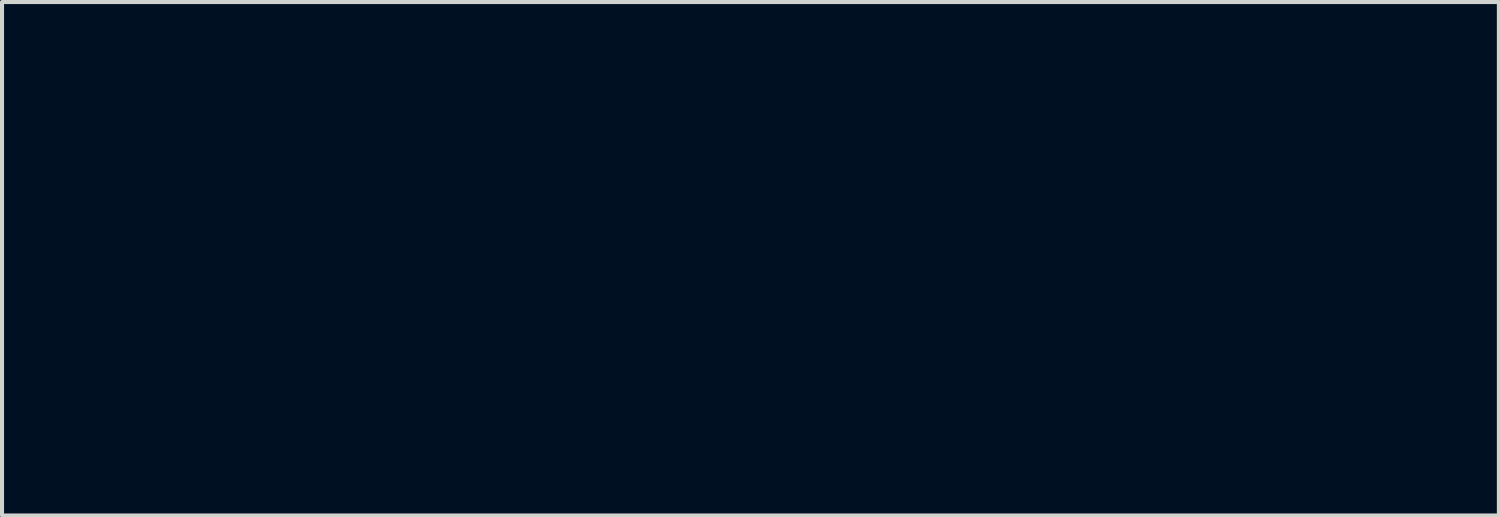
<source format=kicad_pcb>
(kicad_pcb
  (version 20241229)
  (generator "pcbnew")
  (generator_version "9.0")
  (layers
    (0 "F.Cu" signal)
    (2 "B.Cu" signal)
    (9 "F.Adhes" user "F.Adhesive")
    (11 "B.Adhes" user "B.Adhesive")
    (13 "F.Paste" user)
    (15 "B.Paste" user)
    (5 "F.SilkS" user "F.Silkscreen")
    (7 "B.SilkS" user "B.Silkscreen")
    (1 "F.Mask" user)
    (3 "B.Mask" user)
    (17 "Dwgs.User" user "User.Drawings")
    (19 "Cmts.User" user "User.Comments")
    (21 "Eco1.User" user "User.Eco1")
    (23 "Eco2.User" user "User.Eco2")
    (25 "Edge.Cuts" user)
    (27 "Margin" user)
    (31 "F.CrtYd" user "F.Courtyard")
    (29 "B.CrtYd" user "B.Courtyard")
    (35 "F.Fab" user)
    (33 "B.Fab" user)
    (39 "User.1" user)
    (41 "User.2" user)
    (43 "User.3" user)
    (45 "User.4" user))
  (footprint "bunny_3.35x5.45mm_mask"
    (layer "F.Cu")
    (at 15.465 0.25)
    (property "Reference" "bunny_3.35x5.45mm_mask" (at 0 5 0) (layer "F.Mask") (effects (font (size 1.524 1.524) (thickness 0.3))))
    (attr through_hole)
    (fp_poly (pts (xy -1.475 3.35) (xy -1.425 3.35) (xy -1.425 3.4) (xy -1.475 3.4) (xy -1.475 3.35)) (stroke (width 0.01) (type solid)) (fill yes) (layer "F.Mask"))
    (fp_poly (pts (xy -1.425 3.25) (xy -1.375 3.25) (xy -1.375 3.3) (xy -1.425 3.3) (xy -1.425 3.25)) (stroke (width 0.01) (type solid)) (fill yes) (layer "F.Mask"))
    (fp_poly (pts (xy -1.425 3.3) (xy -1.375 3.3) (xy -1.375 3.35) (xy -1.425 3.35) (xy -1.425 3.3)) (stroke (width 0.01) (type solid)) (fill yes) (layer "F.Mask"))
    (fp_poly (pts (xy -1.425 3.35) (xy -1.375 3.35) (xy -1.375 3.4) (xy -1.425 3.4) (xy -1.425 3.35)) (stroke (width 0.01) (type solid)) (fill yes) (layer "F.Mask"))
    (fp_poly (pts (xy -1.425 3.4) (xy -1.375 3.4) (xy -1.375 3.45) (xy -1.425 3.45) (xy -1.425 3.4)) (stroke (width 0.01) (type solid)) (fill yes) (layer "F.Mask"))
    (fp_poly (pts (xy -1.425 3.45) (xy -1.375 3.45) (xy -1.375 3.5) (xy -1.425 3.5) (xy -1.425 3.45)) (stroke (width 0.01) (type solid)) (fill yes) (layer "F.Mask"))
    (fp_poly (pts (xy -1.375 3.25) (xy -1.325 3.25) (xy -1.325 3.3) (xy -1.375 3.3) (xy -1.375 3.25)) (stroke (width 0.01) (type solid)) (fill yes) (layer "F.Mask"))
    (fp_poly (pts (xy -1.375 3.3) (xy -1.325 3.3) (xy -1.325 3.35) (xy -1.375 3.35) (xy -1.375 3.3)) (stroke (width 0.01) (type solid)) (fill yes) (layer "F.Mask"))
    (fp_poly (pts (xy -1.375 3.35) (xy -1.325 3.35) (xy -1.325 3.4) (xy -1.375 3.4) (xy -1.375 3.35)) (stroke (width 0.01) (type solid)) (fill yes) (layer "F.Mask"))
    (fp_poly (pts (xy -1.375 3.4) (xy -1.325 3.4) (xy -1.325 3.45) (xy -1.375 3.45) (xy -1.375 3.4)) (stroke (width 0.01) (type solid)) (fill yes) (layer "F.Mask"))
    (fp_poly (pts (xy -1.375 3.45) (xy -1.325 3.45) (xy -1.325 3.5) (xy -1.375 3.5) (xy -1.375 3.45)) (stroke (width 0.01) (type solid)) (fill yes) (layer "F.Mask"))
    (fp_poly (pts (xy -1.325 2.15) (xy -1.275 2.15) (xy -1.275 2.2) (xy -1.325 2.2) (xy -1.325 2.15)) (stroke (width 0.01) (type solid)) (fill yes) (layer "F.Mask"))
    (fp_poly (pts (xy -1.325 2.2) (xy -1.275 2.2) (xy -1.275 2.25) (xy -1.325 2.25) (xy -1.325 2.2)) (stroke (width 0.01) (type solid)) (fill yes) (layer "F.Mask"))
    (fp_poly (pts (xy -1.325 3.2) (xy -1.275 3.2) (xy -1.275 3.25) (xy -1.325 3.25) (xy -1.325 3.2)) (stroke (width 0.01) (type solid)) (fill yes) (layer "F.Mask"))
    (fp_poly (pts (xy -1.325 3.25) (xy -1.275 3.25) (xy -1.275 3.3) (xy -1.325 3.3) (xy -1.325 3.25)) (stroke (width 0.01) (type solid)) (fill yes) (layer "F.Mask"))
    (fp_poly (pts (xy -1.325 3.3) (xy -1.275 3.3) (xy -1.275 3.35) (xy -1.325 3.35) (xy -1.325 3.3)) (stroke (width 0.01) (type solid)) (fill yes) (layer "F.Mask"))
    (fp_poly (pts (xy -1.325 3.35) (xy -1.275 3.35) (xy -1.275 3.4) (xy -1.325 3.4) (xy -1.325 3.35)) (stroke (width 0.01) (type solid)) (fill yes) (layer "F.Mask"))
    (fp_poly (pts (xy -1.325 3.4) (xy -1.275 3.4) (xy -1.275 3.45) (xy -1.325 3.45) (xy -1.325 3.4)) (stroke (width 0.01) (type solid)) (fill yes) (layer "F.Mask"))
    (fp_poly (pts (xy -1.325 3.45) (xy -1.275 3.45) (xy -1.275 3.5) (xy -1.325 3.5) (xy -1.325 3.45)) (stroke (width 0.01) (type solid)) (fill yes) (layer "F.Mask"))
    (fp_poly (pts (xy -1.325 3.5) (xy -1.275 3.5) (xy -1.275 3.55) (xy -1.325 3.55) (xy -1.325 3.5)) (stroke (width 0.01) (type solid)) (fill yes) (layer "F.Mask"))
    (fp_poly (pts (xy -1.275 1.95) (xy -1.225 1.95) (xy -1.225 2) (xy -1.275 2) (xy -1.275 1.95)) (stroke (width 0.01) (type solid)) (fill yes) (layer "F.Mask"))
    (fp_poly (pts (xy -1.275 2) (xy -1.225 2) (xy -1.225 2.05) (xy -1.275 2.05) (xy -1.275 2)) (stroke (width 0.01) (type solid)) (fill yes) (layer "F.Mask"))
    (fp_poly (pts (xy -1.275 2.05) (xy -1.225 2.05) (xy -1.225 2.1) (xy -1.275 2.1) (xy -1.275 2.05)) (stroke (width 0.01) (type solid)) (fill yes) (layer "F.Mask"))
    (fp_poly (pts (xy -1.275 2.1) (xy -1.225 2.1) (xy -1.225 2.15) (xy -1.275 2.15) (xy -1.275 2.1)) (stroke (width 0.01) (type solid)) (fill yes) (layer "F.Mask"))
    (fp_poly (pts (xy -1.275 2.15) (xy -1.225 2.15) (xy -1.225 2.2) (xy -1.275 2.2) (xy -1.275 2.15)) (stroke (width 0.01) (type solid)) (fill yes) (layer "F.Mask"))
    (fp_poly (pts (xy -1.275 2.2) (xy -1.225 2.2) (xy -1.225 2.25) (xy -1.275 2.25) (xy -1.275 2.2)) (stroke (width 0.01) (type solid)) (fill yes) (layer "F.Mask"))
    (fp_poly (pts (xy -1.275 2.25) (xy -1.225 2.25) (xy -1.225 2.3) (xy -1.275 2.3) (xy -1.275 2.25)) (stroke (width 0.01) (type solid)) (fill yes) (layer "F.Mask"))
    (fp_poly (pts (xy -1.275 2.3) (xy -1.225 2.3) (xy -1.225 2.35) (xy -1.275 2.35) (xy -1.275 2.3)) (stroke (width 0.01) (type solid)) (fill yes) (layer "F.Mask"))
    (fp_poly (pts (xy -1.275 2.35) (xy -1.225 2.35) (xy -1.225 2.4) (xy -1.275 2.4) (xy -1.275 2.35)) (stroke (width 0.01) (type solid)) (fill yes) (layer "F.Mask"))
    (fp_poly (pts (xy -1.275 3.2) (xy -1.225 3.2) (xy -1.225 3.25) (xy -1.275 3.25) (xy -1.275 3.2)) (stroke (width 0.01) (type solid)) (fill yes) (layer "F.Mask"))
    (fp_poly (pts (xy -1.275 3.25) (xy -1.225 3.25) (xy -1.225 3.3) (xy -1.275 3.3) (xy -1.275 3.25)) (stroke (width 0.01) (type solid)) (fill yes) (layer "F.Mask"))
    (fp_poly (pts (xy -1.275 3.35) (xy -1.225 3.35) (xy -1.225 3.4) (xy -1.275 3.4) (xy -1.275 3.35)) (stroke (width 0.01) (type solid)) (fill yes) (layer "F.Mask"))
    (fp_poly (pts (xy -1.275 3.4) (xy -1.225 3.4) (xy -1.225 3.45) (xy -1.275 3.45) (xy -1.275 3.4)) (stroke (width 0.01) (type solid)) (fill yes) (layer "F.Mask"))
    (fp_poly (pts (xy -1.275 3.45) (xy -1.225 3.45) (xy -1.225 3.5) (xy -1.275 3.5) (xy -1.275 3.45)) (stroke (width 0.01) (type solid)) (fill yes) (layer "F.Mask"))
    (fp_poly (pts (xy -1.225 1.9) (xy -1.175 1.9) (xy -1.175 1.95) (xy -1.225 1.95) (xy -1.225 1.9)) (stroke (width 0.01) (type solid)) (fill yes) (layer "F.Mask"))
    (fp_poly (pts (xy -1.225 1.95) (xy -1.175 1.95) (xy -1.175 2) (xy -1.225 2) (xy -1.225 1.95)) (stroke (width 0.01) (type solid)) (fill yes) (layer "F.Mask"))
    (fp_poly (pts (xy -1.225 2.1) (xy -1.175 2.1) (xy -1.175 2.15) (xy -1.225 2.15) (xy -1.225 2.1)) (stroke (width 0.01) (type solid)) (fill yes) (layer "F.Mask"))
    (fp_poly (pts (xy -1.225 2.25) (xy -1.175 2.25) (xy -1.175 2.3) (xy -1.225 2.3) (xy -1.225 2.25)) (stroke (width 0.01) (type solid)) (fill yes) (layer "F.Mask"))
    (fp_poly (pts (xy -1.225 2.3) (xy -1.175 2.3) (xy -1.175 2.35) (xy -1.225 2.35) (xy -1.225 2.3)) (stroke (width 0.01) (type solid)) (fill yes) (layer "F.Mask"))
    (fp_poly (pts (xy -1.225 2.35) (xy -1.175 2.35) (xy -1.175 2.4) (xy -1.225 2.4) (xy -1.225 2.35)) (stroke (width 0.01) (type solid)) (fill yes) (layer "F.Mask"))
    (fp_poly (pts (xy -1.225 2.4) (xy -1.175 2.4) (xy -1.175 2.45) (xy -1.225 2.45) (xy -1.225 2.4)) (stroke (width 0.01) (type solid)) (fill yes) (layer "F.Mask"))
    (fp_poly (pts (xy -1.225 3.2) (xy -1.175 3.2) (xy -1.175 3.25) (xy -1.225 3.25) (xy -1.225 3.2)) (stroke (width 0.01) (type solid)) (fill yes) (layer "F.Mask"))
    (fp_poly (pts (xy -1.225 3.25) (xy -1.175 3.25) (xy -1.175 3.3) (xy -1.225 3.3) (xy -1.225 3.25)) (stroke (width 0.01) (type solid)) (fill yes) (layer "F.Mask"))
    (fp_poly (pts (xy -1.225 3.35) (xy -1.175 3.35) (xy -1.175 3.4) (xy -1.225 3.4) (xy -1.225 3.35)) (stroke (width 0.01) (type solid)) (fill yes) (layer "F.Mask"))
    (fp_poly (pts (xy -1.225 3.4) (xy -1.175 3.4) (xy -1.175 3.45) (xy -1.225 3.45) (xy -1.225 3.4)) (stroke (width 0.01) (type solid)) (fill yes) (layer "F.Mask"))
    (fp_poly (pts (xy -1.225 3.45) (xy -1.175 3.45) (xy -1.175 3.5) (xy -1.225 3.5) (xy -1.225 3.45)) (stroke (width 0.01) (type solid)) (fill yes) (layer "F.Mask"))
    (fp_poly (pts (xy -1.175 1.85) (xy -1.125 1.85) (xy -1.125 1.9) (xy -1.175 1.9) (xy -1.175 1.85)) (stroke (width 0.01) (type solid)) (fill yes) (layer "F.Mask"))
    (fp_poly (pts (xy -1.175 2.1) (xy -1.125 2.1) (xy -1.125 2.15) (xy -1.175 2.15) (xy -1.175 2.1)) (stroke (width 0.01) (type solid)) (fill yes) (layer "F.Mask"))
    (fp_poly (pts (xy -1.175 2.3) (xy -1.125 2.3) (xy -1.125 2.35) (xy -1.175 2.35) (xy -1.175 2.3)) (stroke (width 0.01) (type solid)) (fill yes) (layer "F.Mask"))
    (fp_poly (pts (xy -1.175 2.4) (xy -1.125 2.4) (xy -1.125 2.45) (xy -1.175 2.45) (xy -1.175 2.4)) (stroke (width 0.01) (type solid)) (fill yes) (layer "F.Mask"))
    (fp_poly (pts (xy -1.175 2.45) (xy -1.125 2.45) (xy -1.125 2.5) (xy -1.175 2.5) (xy -1.175 2.45)) (stroke (width 0.01) (type solid)) (fill yes) (layer "F.Mask"))
    (fp_poly (pts (xy -1.175 3.2) (xy -1.125 3.2) (xy -1.125 3.25) (xy -1.175 3.25) (xy -1.175 3.2)) (stroke (width 0.01) (type solid)) (fill yes) (layer "F.Mask"))
    (fp_poly (pts (xy -1.175 3.25) (xy -1.125 3.25) (xy -1.125 3.3) (xy -1.175 3.3) (xy -1.175 3.25)) (stroke (width 0.01) (type solid)) (fill yes) (layer "F.Mask"))
    (fp_poly (pts (xy -1.175 3.4) (xy -1.125 3.4) (xy -1.125 3.45) (xy -1.175 3.45) (xy -1.175 3.4)) (stroke (width 0.01) (type solid)) (fill yes) (layer "F.Mask"))
    (fp_poly (pts (xy -1.175 3.6) (xy -1.125 3.6) (xy -1.125 3.65) (xy -1.175 3.65) (xy -1.175 3.6)) (stroke (width 0.01) (type solid)) (fill yes) (layer "F.Mask"))
    (fp_poly (pts (xy -1.175 3.65) (xy -1.125 3.65) (xy -1.125 3.7) (xy -1.175 3.7) (xy -1.175 3.65)) (stroke (width 0.01) (type solid)) (fill yes) (layer "F.Mask"))
    (fp_poly (pts (xy -1.175 3.7) (xy -1.125 3.7) (xy -1.125 3.75) (xy -1.175 3.75) (xy -1.175 3.7)) (stroke (width 0.01) (type solid)) (fill yes) (layer "F.Mask"))
    (fp_poly (pts (xy -1.175 3.75) (xy -1.125 3.75) (xy -1.125 3.8) (xy -1.175 3.8) (xy -1.175 3.75)) (stroke (width 0.01) (type solid)) (fill yes) (layer "F.Mask"))
    (fp_poly (pts (xy -1.175 3.8) (xy -1.125 3.8) (xy -1.125 3.85) (xy -1.175 3.85) (xy -1.175 3.8)) (stroke (width 0.01) (type solid)) (fill yes) (layer "F.Mask"))
    (fp_poly (pts (xy -1.175 3.85) (xy -1.125 3.85) (xy -1.125 3.9) (xy -1.175 3.9) (xy -1.175 3.85)) (stroke (width 0.01) (type solid)) (fill yes) (layer "F.Mask"))
    (fp_poly (pts (xy -1.175 3.9) (xy -1.125 3.9) (xy -1.125 3.95) (xy -1.175 3.95) (xy -1.175 3.9)) (stroke (width 0.01) (type solid)) (fill yes) (layer "F.Mask"))
    (fp_poly (pts (xy -1.125 1.8) (xy -1.075 1.8) (xy -1.075 1.85) (xy -1.125 1.85) (xy -1.125 1.8)) (stroke (width 0.01) (type solid)) (fill yes) (layer "F.Mask"))
    (fp_poly (pts (xy -1.125 1.85) (xy -1.075 1.85) (xy -1.075 1.9) (xy -1.125 1.9) (xy -1.125 1.85)) (stroke (width 0.01) (type solid)) (fill yes) (layer "F.Mask"))
    (fp_poly (pts (xy -1.125 2.3) (xy -1.075 2.3) (xy -1.075 2.35) (xy -1.125 2.35) (xy -1.125 2.3)) (stroke (width 0.01) (type solid)) (fill yes) (layer "F.Mask"))
    (fp_poly (pts (xy -1.125 2.45) (xy -1.075 2.45) (xy -1.075 2.5) (xy -1.125 2.5) (xy -1.125 2.45)) (stroke (width 0.01) (type solid)) (fill yes) (layer "F.Mask"))
    (fp_poly (pts (xy -1.125 3.2) (xy -1.075 3.2) (xy -1.075 3.25) (xy -1.125 3.25) (xy -1.125 3.2)) (stroke (width 0.01) (type solid)) (fill yes) (layer "F.Mask"))
    (fp_poly (pts (xy -1.125 3.25) (xy -1.075 3.25) (xy -1.075 3.3) (xy -1.125 3.3) (xy -1.125 3.25)) (stroke (width 0.01) (type solid)) (fill yes) (layer "F.Mask"))
    (fp_poly (pts (xy -1.125 3.4) (xy -1.075 3.4) (xy -1.075 3.45) (xy -1.125 3.45) (xy -1.125 3.4)) (stroke (width 0.01) (type solid)) (fill yes) (layer "F.Mask"))
    (fp_poly (pts (xy -1.125 3.45) (xy -1.075 3.45) (xy -1.075 3.5) (xy -1.125 3.5) (xy -1.125 3.45)) (stroke (width 0.01) (type solid)) (fill yes) (layer "F.Mask"))
    (fp_poly (pts (xy -1.125 3.6) (xy -1.075 3.6) (xy -1.075 3.65) (xy -1.125 3.65) (xy -1.125 3.6)) (stroke (width 0.01) (type solid)) (fill yes) (layer "F.Mask"))
    (fp_poly (pts (xy -1.125 3.65) (xy -1.075 3.65) (xy -1.075 3.7) (xy -1.125 3.7) (xy -1.125 3.65)) (stroke (width 0.01) (type solid)) (fill yes) (layer "F.Mask"))
    (fp_poly (pts (xy -1.125 3.7) (xy -1.075 3.7) (xy -1.075 3.75) (xy -1.125 3.75) (xy -1.125 3.7)) (stroke (width 0.01) (type solid)) (fill yes) (layer "F.Mask"))
    (fp_poly (pts (xy -1.125 3.75) (xy -1.075 3.75) (xy -1.075 3.8) (xy -1.125 3.8) (xy -1.125 3.75)) (stroke (width 0.01) (type solid)) (fill yes) (layer "F.Mask"))
    (fp_poly (pts (xy -1.125 3.8) (xy -1.075 3.8) (xy -1.075 3.85) (xy -1.125 3.85) (xy -1.125 3.8)) (stroke (width 0.01) (type solid)) (fill yes) (layer "F.Mask"))
    (fp_poly (pts (xy -1.125 3.9) (xy -1.075 3.9) (xy -1.075 3.95) (xy -1.125 3.95) (xy -1.125 3.9)) (stroke (width 0.01) (type solid)) (fill yes) (layer "F.Mask"))
    (fp_poly (pts (xy -1.125 3.95) (xy -1.075 3.95) (xy -1.075 4) (xy -1.125 4) (xy -1.125 3.95)) (stroke (width 0.01) (type solid)) (fill yes) (layer "F.Mask"))
    (fp_poly (pts (xy -1.075 0.6) (xy -1.025 0.6) (xy -1.025 0.65) (xy -1.075 0.65) (xy -1.075 0.6)) (stroke (width 0.01) (type solid)) (fill yes) (layer "F.Mask"))
    (fp_poly (pts (xy -1.075 0.65) (xy -1.025 0.65) (xy -1.025 0.7) (xy -1.075 0.7) (xy -1.075 0.65)) (stroke (width 0.01) (type solid)) (fill yes) (layer "F.Mask"))
    (fp_poly (pts (xy -1.075 0.7) (xy -1.025 0.7) (xy -1.025 0.75) (xy -1.075 0.75) (xy -1.075 0.7)) (stroke (width 0.01) (type solid)) (fill yes) (layer "F.Mask"))
    (fp_poly (pts (xy -1.075 0.75) (xy -1.025 0.75) (xy -1.025 0.8) (xy -1.075 0.8) (xy -1.075 0.75)) (stroke (width 0.01) (type solid)) (fill yes) (layer "F.Mask"))
    (fp_poly (pts (xy -1.075 0.8) (xy -1.025 0.8) (xy -1.025 0.85) (xy -1.075 0.85) (xy -1.075 0.8)) (stroke (width 0.01) (type solid)) (fill yes) (layer "F.Mask"))
    (fp_poly (pts (xy -1.075 0.85) (xy -1.025 0.85) (xy -1.025 0.9) (xy -1.075 0.9) (xy -1.075 0.85)) (stroke (width 0.01) (type solid)) (fill yes) (layer "F.Mask"))
    (fp_poly (pts (xy -1.075 0.9) (xy -1.025 0.9) (xy -1.025 0.95) (xy -1.075 0.95) (xy -1.075 0.9)) (stroke (width 0.01) (type solid)) (fill yes) (layer "F.Mask"))
    (fp_poly (pts (xy -1.075 0.95) (xy -1.025 0.95) (xy -1.025 1) (xy -1.075 1) (xy -1.075 0.95)) (stroke (width 0.01) (type solid)) (fill yes) (layer "F.Mask"))
    (fp_poly (pts (xy -1.075 1) (xy -1.025 1) (xy -1.025 1.05) (xy -1.075 1.05) (xy -1.075 1)) (stroke (width 0.01) (type solid)) (fill yes) (layer "F.Mask"))
    (fp_poly (pts (xy -1.075 1.75) (xy -1.025 1.75) (xy -1.025 1.8) (xy -1.075 1.8) (xy -1.075 1.75)) (stroke (width 0.01) (type solid)) (fill yes) (layer "F.Mask"))
    (fp_poly (pts (xy -1.075 1.8) (xy -1.025 1.8) (xy -1.025 1.85) (xy -1.075 1.85) (xy -1.075 1.8)) (stroke (width 0.01) (type solid)) (fill yes) (layer "F.Mask"))
    (fp_poly (pts (xy -1.075 2.3) (xy -1.025 2.3) (xy -1.025 2.35) (xy -1.075 2.35) (xy -1.075 2.3)) (stroke (width 0.01) (type solid)) (fill yes) (layer "F.Mask"))
    (fp_poly (pts (xy -1.075 2.45) (xy -1.025 2.45) (xy -1.025 2.5) (xy -1.075 2.5) (xy -1.075 2.45)) (stroke (width 0.01) (type solid)) (fill yes) (layer "F.Mask"))
    (fp_poly (pts (xy -1.075 2.5) (xy -1.025 2.5) (xy -1.025 2.55) (xy -1.075 2.55) (xy -1.075 2.5)) (stroke (width 0.01) (type solid)) (fill yes) (layer "F.Mask"))
    (fp_poly (pts (xy -1.075 3.2) (xy -1.025 3.2) (xy -1.025 3.25) (xy -1.075 3.25) (xy -1.075 3.2)) (stroke (width 0.01) (type solid)) (fill yes) (layer "F.Mask"))
    (fp_poly (pts (xy -1.075 3.25) (xy -1.025 3.25) (xy -1.025 3.3) (xy -1.075 3.3) (xy -1.075 3.25)) (stroke (width 0.01) (type solid)) (fill yes) (layer "F.Mask"))
    (fp_poly (pts (xy -1.075 3.4) (xy -1.025 3.4) (xy -1.025 3.45) (xy -1.075 3.45) (xy -1.075 3.4)) (stroke (width 0.01) (type solid)) (fill yes) (layer "F.Mask"))
    (fp_poly (pts (xy -1.075 3.45) (xy -1.025 3.45) (xy -1.025 3.5) (xy -1.075 3.5) (xy -1.075 3.45)) (stroke (width 0.01) (type solid)) (fill yes) (layer "F.Mask"))
    (fp_poly (pts (xy -1.075 3.6) (xy -1.025 3.6) (xy -1.025 3.65) (xy -1.075 3.65) (xy -1.075 3.6)) (stroke (width 0.01) (type solid)) (fill yes) (layer "F.Mask"))
    (fp_poly (pts (xy -1.075 3.65) (xy -1.025 3.65) (xy -1.025 3.7) (xy -1.075 3.7) (xy -1.075 3.65)) (stroke (width 0.01) (type solid)) (fill yes) (layer "F.Mask"))
    (fp_poly (pts (xy -1.075 3.75) (xy -1.025 3.75) (xy -1.025 3.8) (xy -1.075 3.8) (xy -1.075 3.75)) (stroke (width 0.01) (type solid)) (fill yes) (layer "F.Mask"))
    (fp_poly (pts (xy -1.075 3.8) (xy -1.025 3.8) (xy -1.025 3.85) (xy -1.075 3.85) (xy -1.075 3.8)) (stroke (width 0.01) (type solid)) (fill yes) (layer "F.Mask"))
    (fp_poly (pts (xy -1.075 3.9) (xy -1.025 3.9) (xy -1.025 3.95) (xy -1.075 3.95) (xy -1.075 3.9)) (stroke (width 0.01) (type solid)) (fill yes) (layer "F.Mask"))
    (fp_poly (pts (xy -1.075 3.95) (xy -1.025 3.95) (xy -1.025 4) (xy -1.075 4) (xy -1.075 3.95)) (stroke (width 0.01) (type solid)) (fill yes) (layer "F.Mask"))
    (fp_poly (pts (xy -1.025 0.4) (xy -0.975 0.4) (xy -0.975 0.45) (xy -1.025 0.45) (xy -1.025 0.4)) (stroke (width 0.01) (type solid)) (fill yes) (layer "F.Mask"))
    (fp_poly (pts (xy -1.025 0.45) (xy -0.975 0.45) (xy -0.975 0.5) (xy -1.025 0.5) (xy -1.025 0.45)) (stroke (width 0.01) (type solid)) (fill yes) (layer "F.Mask"))
    (fp_poly (pts (xy -1.025 0.5) (xy -0.975 0.5) (xy -0.975 0.55) (xy -1.025 0.55) (xy -1.025 0.5)) (stroke (width 0.01) (type solid)) (fill yes) (layer "F.Mask"))
    (fp_poly (pts (xy -1.025 0.55) (xy -0.975 0.55) (xy -0.975 0.6) (xy -1.025 0.6) (xy -1.025 0.55)) (stroke (width 0.01) (type solid)) (fill yes) (layer "F.Mask"))
    (fp_poly (pts (xy -1.025 0.6) (xy -0.975 0.6) (xy -0.975 0.65) (xy -1.025 0.65) (xy -1.025 0.6)) (stroke (width 0.01) (type solid)) (fill yes) (layer "F.Mask"))
    (fp_poly (pts (xy -1.025 0.65) (xy -0.975 0.65) (xy -0.975 0.7) (xy -1.025 0.7) (xy -1.025 0.65)) (stroke (width 0.01) (type solid)) (fill yes) (layer "F.Mask"))
    (fp_poly (pts (xy -1.025 0.7) (xy -0.975 0.7) (xy -0.975 0.75) (xy -1.025 0.75) (xy -1.025 0.7)) (stroke (width 0.01) (type solid)) (fill yes) (layer "F.Mask"))
    (fp_poly (pts (xy -1.025 0.75) (xy -0.975 0.75) (xy -0.975 0.8) (xy -1.025 0.8) (xy -1.025 0.75)) (stroke (width 0.01) (type solid)) (fill yes) (layer "F.Mask"))
    (fp_poly (pts (xy -1.025 0.95) (xy -0.975 0.95) (xy -0.975 1) (xy -1.025 1) (xy -1.025 0.95)) (stroke (width 0.01) (type solid)) (fill yes) (layer "F.Mask"))
    (fp_poly (pts (xy -1.025 1) (xy -0.975 1) (xy -0.975 1.05) (xy -1.025 1.05) (xy -1.025 1)) (stroke (width 0.01) (type solid)) (fill yes) (layer "F.Mask"))
    (fp_poly (pts (xy -1.025 1.05) (xy -0.975 1.05) (xy -0.975 1.1) (xy -1.025 1.1) (xy -1.025 1.05)) (stroke (width 0.01) (type solid)) (fill yes) (layer "F.Mask"))
    (fp_poly (pts (xy -1.025 1.1) (xy -0.975 1.1) (xy -0.975 1.15) (xy -1.025 1.15) (xy -1.025 1.1)) (stroke (width 0.01) (type solid)) (fill yes) (layer "F.Mask"))
    (fp_poly (pts (xy -1.025 1.15) (xy -0.975 1.15) (xy -0.975 1.2) (xy -1.025 1.2) (xy -1.025 1.15)) (stroke (width 0.01) (type solid)) (fill yes) (layer "F.Mask"))
    (fp_poly (pts (xy -1.025 1.75) (xy -0.975 1.75) (xy -0.975 1.8) (xy -1.025 1.8) (xy -1.025 1.75)) (stroke (width 0.01) (type solid)) (fill yes) (layer "F.Mask"))
    (fp_poly (pts (xy -1.025 1.8) (xy -0.975 1.8) (xy -0.975 1.85) (xy -1.025 1.85) (xy -1.025 1.8)) (stroke (width 0.01) (type solid)) (fill yes) (layer "F.Mask"))
    (fp_poly (pts (xy -1.025 2) (xy -0.975 2) (xy -0.975 2.05) (xy -1.025 2.05) (xy -1.025 2)) (stroke (width 0.01) (type solid)) (fill yes) (layer "F.Mask"))
    (fp_poly (pts (xy -1.025 2.05) (xy -0.975 2.05) (xy -0.975 2.1) (xy -1.025 2.1) (xy -1.025 2.05)) (stroke (width 0.01) (type solid)) (fill yes) (layer "F.Mask"))
    (fp_poly (pts (xy -1.025 2.45) (xy -0.975 2.45) (xy -0.975 2.5) (xy -1.025 2.5) (xy -1.025 2.45)) (stroke (width 0.01) (type solid)) (fill yes) (layer "F.Mask"))
    (fp_poly (pts (xy -1.025 2.5) (xy -0.975 2.5) (xy -0.975 2.55) (xy -1.025 2.55) (xy -1.025 2.5)) (stroke (width 0.01) (type solid)) (fill yes) (layer "F.Mask"))
    (fp_poly (pts (xy -1.025 3.2) (xy -0.975 3.2) (xy -0.975 3.25) (xy -1.025 3.25) (xy -1.025 3.2)) (stroke (width 0.01) (type solid)) (fill yes) (layer "F.Mask"))
    (fp_poly (pts (xy -1.025 3.4) (xy -0.975 3.4) (xy -0.975 3.45) (xy -1.025 3.45) (xy -1.025 3.4)) (stroke (width 0.01) (type solid)) (fill yes) (layer "F.Mask"))
    (fp_poly (pts (xy -1.025 3.45) (xy -0.975 3.45) (xy -0.975 3.5) (xy -1.025 3.5) (xy -1.025 3.45)) (stroke (width 0.01) (type solid)) (fill yes) (layer "F.Mask"))
    (fp_poly (pts (xy -1.025 3.65) (xy -0.975 3.65) (xy -0.975 3.7) (xy -1.025 3.7) (xy -1.025 3.65)) (stroke (width 0.01) (type solid)) (fill yes) (layer "F.Mask"))
    (fp_poly (pts (xy -1.025 3.9) (xy -0.975 3.9) (xy -0.975 3.95) (xy -1.025 3.95) (xy -1.025 3.9)) (stroke (width 0.01) (type solid)) (fill yes) (layer "F.Mask"))
    (fp_poly (pts (xy -1.025 3.95) (xy -0.975 3.95) (xy -0.975 4) (xy -1.025 4) (xy -1.025 3.95)) (stroke (width 0.01) (type solid)) (fill yes) (layer "F.Mask"))
    (fp_poly (pts (xy -0.975 0.3) (xy -0.925 0.3) (xy -0.925 0.35) (xy -0.975 0.35) (xy -0.975 0.3)) (stroke (width 0.01) (type solid)) (fill yes) (layer "F.Mask"))
    (fp_poly (pts (xy -0.975 0.35) (xy -0.925 0.35) (xy -0.925 0.4) (xy -0.975 0.4) (xy -0.975 0.35)) (stroke (width 0.01) (type solid)) (fill yes) (layer "F.Mask"))
    (fp_poly (pts (xy -0.975 0.4) (xy -0.925 0.4) (xy -0.925 0.45) (xy -0.975 0.45) (xy -0.975 0.4)) (stroke (width 0.01) (type solid)) (fill yes) (layer "F.Mask"))
    (fp_poly (pts (xy -0.975 0.45) (xy -0.925 0.45) (xy -0.925 0.5) (xy -0.975 0.5) (xy -0.975 0.45)) (stroke (width 0.01) (type solid)) (fill yes) (layer "F.Mask"))
    (fp_poly (pts (xy -0.975 1.1) (xy -0.925 1.1) (xy -0.925 1.15) (xy -0.975 1.15) (xy -0.975 1.1)) (stroke (width 0.01) (type solid)) (fill yes) (layer "F.Mask"))
    (fp_poly (pts (xy -0.975 1.15) (xy -0.925 1.15) (xy -0.925 1.2) (xy -0.975 1.2) (xy -0.975 1.15)) (stroke (width 0.01) (type solid)) (fill yes) (layer "F.Mask"))
    (fp_poly (pts (xy -0.975 1.2) (xy -0.925 1.2) (xy -0.925 1.25) (xy -0.975 1.25) (xy -0.975 1.2)) (stroke (width 0.01) (type solid)) (fill yes) (layer "F.Mask"))
    (fp_poly (pts (xy -0.975 1.25) (xy -0.925 1.25) (xy -0.925 1.3) (xy -0.975 1.3) (xy -0.975 1.25)) (stroke (width 0.01) (type solid)) (fill yes) (layer "F.Mask"))
    (fp_poly (pts (xy -0.975 1.3) (xy -0.925 1.3) (xy -0.925 1.35) (xy -0.975 1.35) (xy -0.975 1.3)) (stroke (width 0.01) (type solid)) (fill yes) (layer "F.Mask"))
    (fp_poly (pts (xy -0.975 1.75) (xy -0.925 1.75) (xy -0.925 1.8) (xy -0.975 1.8) (xy -0.975 1.75)) (stroke (width 0.01) (type solid)) (fill yes) (layer "F.Mask"))
    (fp_poly (pts (xy -0.975 1.9) (xy -0.925 1.9) (xy -0.925 1.95) (xy -0.975 1.95) (xy -0.975 1.9)) (stroke (width 0.01) (type solid)) (fill yes) (layer "F.Mask"))
    (fp_poly (pts (xy -0.975 1.95) (xy -0.925 1.95) (xy -0.925 2) (xy -0.975 2) (xy -0.975 1.95)) (stroke (width 0.01) (type solid)) (fill yes) (layer "F.Mask"))
    (fp_poly (pts (xy -0.975 2) (xy -0.925 2) (xy -0.925 2.05) (xy -0.975 2.05) (xy -0.975 2)) (stroke (width 0.01) (type solid)) (fill yes) (layer "F.Mask"))
    (fp_poly (pts (xy -0.975 2.05) (xy -0.925 2.05) (xy -0.925 2.1) (xy -0.975 2.1) (xy -0.975 2.05)) (stroke (width 0.01) (type solid)) (fill yes) (layer "F.Mask"))
    (fp_poly (pts (xy -0.975 2.1) (xy -0.925 2.1) (xy -0.925 2.15) (xy -0.975 2.15) (xy -0.975 2.1)) (stroke (width 0.01) (type solid)) (fill yes) (layer "F.Mask"))
    (fp_poly (pts (xy -0.975 2.15) (xy -0.925 2.15) (xy -0.925 2.2) (xy -0.975 2.2) (xy -0.975 2.15)) (stroke (width 0.01) (type solid)) (fill yes) (layer "F.Mask"))
    (fp_poly (pts (xy -0.975 2.45) (xy -0.925 2.45) (xy -0.925 2.5) (xy -0.975 2.5) (xy -0.975 2.45)) (stroke (width 0.01) (type solid)) (fill yes) (layer "F.Mask"))
    (fp_poly (pts (xy -0.975 2.5) (xy -0.925 2.5) (xy -0.925 2.55) (xy -0.975 2.55) (xy -0.975 2.5)) (stroke (width 0.01) (type solid)) (fill yes) (layer "F.Mask"))
    (fp_poly (pts (xy -0.975 3.15) (xy -0.925 3.15) (xy -0.925 3.2) (xy -0.975 3.2) (xy -0.975 3.15)) (stroke (width 0.01) (type solid)) (fill yes) (layer "F.Mask"))
    (fp_poly (pts (xy -0.975 3.2) (xy -0.925 3.2) (xy -0.925 3.25) (xy -0.975 3.25) (xy -0.975 3.2)) (stroke (width 0.01) (type solid)) (fill yes) (layer "F.Mask"))
    (fp_poly (pts (xy -0.975 3.4) (xy -0.925 3.4) (xy -0.925 3.45) (xy -0.975 3.45) (xy -0.975 3.4)) (stroke (width 0.01) (type solid)) (fill yes) (layer "F.Mask"))
    (fp_poly (pts (xy -0.975 3.45) (xy -0.925 3.45) (xy -0.925 3.5) (xy -0.975 3.5) (xy -0.975 3.45)) (stroke (width 0.01) (type solid)) (fill yes) (layer "F.Mask"))
    (fp_poly (pts (xy -0.975 3.65) (xy -0.925 3.65) (xy -0.925 3.7) (xy -0.975 3.7) (xy -0.975 3.65)) (stroke (width 0.01) (type solid)) (fill yes) (layer "F.Mask"))
    (fp_poly (pts (xy -0.975 3.7) (xy -0.925 3.7) (xy -0.925 3.75) (xy -0.975 3.75) (xy -0.975 3.7)) (stroke (width 0.01) (type solid)) (fill yes) (layer "F.Mask"))
    (fp_poly (pts (xy -0.975 3.9) (xy -0.925 3.9) (xy -0.925 3.95) (xy -0.975 3.95) (xy -0.975 3.9)) (stroke (width 0.01) (type solid)) (fill yes) (layer "F.Mask"))
    (fp_poly (pts (xy -0.975 3.95) (xy -0.925 3.95) (xy -0.925 4) (xy -0.975 4) (xy -0.975 3.95)) (stroke (width 0.01) (type solid)) (fill yes) (layer "F.Mask"))
    (fp_poly (pts (xy -0.925 0.25) (xy -0.875 0.25) (xy -0.875 0.3) (xy -0.925 0.3) (xy -0.925 0.25)) (stroke (width 0.01) (type solid)) (fill yes) (layer "F.Mask"))
    (fp_poly (pts (xy -0.925 0.3) (xy -0.875 0.3) (xy -0.875 0.35) (xy -0.925 0.35) (xy -0.925 0.3)) (stroke (width 0.01) (type solid)) (fill yes) (layer "F.Mask"))
    (fp_poly (pts (xy -0.925 0.35) (xy -0.875 0.35) (xy -0.875 0.4) (xy -0.925 0.4) (xy -0.925 0.35)) (stroke (width 0.01) (type solid)) (fill yes) (layer "F.Mask"))
    (fp_poly (pts (xy -0.925 1.3) (xy -0.875 1.3) (xy -0.875 1.35) (xy -0.925 1.35) (xy -0.925 1.3)) (stroke (width 0.01) (type solid)) (fill yes) (layer "F.Mask"))
    (fp_poly (pts (xy -0.925 1.35) (xy -0.875 1.35) (xy -0.875 1.4) (xy -0.925 1.4) (xy -0.925 1.35)) (stroke (width 0.01) (type solid)) (fill yes) (layer "F.Mask"))
    (fp_poly (pts (xy -0.925 1.4) (xy -0.875 1.4) (xy -0.875 1.45) (xy -0.925 1.45) (xy -0.925 1.4)) (stroke (width 0.01) (type solid)) (fill yes) (layer "F.Mask"))
    (fp_poly (pts (xy -0.925 1.45) (xy -0.875 1.45) (xy -0.875 1.5) (xy -0.925 1.5) (xy -0.925 1.45)) (stroke (width 0.01) (type solid)) (fill yes) (layer "F.Mask"))
    (fp_poly (pts (xy -0.925 1.5) (xy -0.875 1.5) (xy -0.875 1.55) (xy -0.925 1.55) (xy -0.925 1.5)) (stroke (width 0.01) (type solid)) (fill yes) (layer "F.Mask"))
    (fp_poly (pts (xy -0.925 1.7) (xy -0.875 1.7) (xy -0.875 1.75) (xy -0.925 1.75) (xy -0.925 1.7)) (stroke (width 0.01) (type solid)) (fill yes) (layer "F.Mask"))
    (fp_poly (pts (xy -0.925 1.75) (xy -0.875 1.75) (xy -0.875 1.8) (xy -0.925 1.8) (xy -0.925 1.75)) (stroke (width 0.01) (type solid)) (fill yes) (layer "F.Mask"))
    (fp_poly (pts (xy -0.925 1.9) (xy -0.875 1.9) (xy -0.875 1.95) (xy -0.925 1.95) (xy -0.925 1.9)) (stroke (width 0.01) (type solid)) (fill yes) (layer "F.Mask"))
    (fp_poly (pts (xy -0.925 1.95) (xy -0.875 1.95) (xy -0.875 2) (xy -0.925 2) (xy -0.925 1.95)) (stroke (width 0.01) (type solid)) (fill yes) (layer "F.Mask"))
    (fp_poly (pts (xy -0.925 2.15) (xy -0.875 2.15) (xy -0.875 2.2) (xy -0.925 2.2) (xy -0.925 2.15)) (stroke (width 0.01) (type solid)) (fill yes) (layer "F.Mask"))
    (fp_poly (pts (xy -0.925 2.5) (xy -0.875 2.5) (xy -0.875 2.55) (xy -0.925 2.55) (xy -0.925 2.5)) (stroke (width 0.01) (type solid)) (fill yes) (layer "F.Mask"))
    (fp_poly (pts (xy -0.925 3.15) (xy -0.875 3.15) (xy -0.875 3.2) (xy -0.925 3.2) (xy -0.925 3.15)) (stroke (width 0.01) (type solid)) (fill yes) (layer "F.Mask"))
    (fp_poly (pts (xy -0.925 3.4) (xy -0.875 3.4) (xy -0.875 3.45) (xy -0.925 3.45) (xy -0.925 3.4)) (stroke (width 0.01) (type solid)) (fill yes) (layer "F.Mask"))
    (fp_poly (pts (xy -0.925 3.45) (xy -0.875 3.45) (xy -0.875 3.5) (xy -0.925 3.5) (xy -0.925 3.45)) (stroke (width 0.01) (type solid)) (fill yes) (layer "F.Mask"))
    (fp_poly (pts (xy -0.925 3.65) (xy -0.875 3.65) (xy -0.875 3.7) (xy -0.925 3.7) (xy -0.925 3.65)) (stroke (width 0.01) (type solid)) (fill yes) (layer "F.Mask"))
    (fp_poly (pts (xy -0.925 3.7) (xy -0.875 3.7) (xy -0.875 3.75) (xy -0.925 3.75) (xy -0.925 3.7)) (stroke (width 0.01) (type solid)) (fill yes) (layer "F.Mask"))
    (fp_poly (pts (xy -0.925 3.9) (xy -0.875 3.9) (xy -0.875 3.95) (xy -0.925 3.95) (xy -0.925 3.9)) (stroke (width 0.01) (type solid)) (fill yes) (layer "F.Mask"))
    (fp_poly (pts (xy -0.925 3.95) (xy -0.875 3.95) (xy -0.875 4) (xy -0.925 4) (xy -0.925 3.95)) (stroke (width 0.01) (type solid)) (fill yes) (layer "F.Mask"))
    (fp_poly (pts (xy -0.875 0.15) (xy -0.825 0.15) (xy -0.825 0.2) (xy -0.875 0.2) (xy -0.875 0.15)) (stroke (width 0.01) (type solid)) (fill yes) (layer "F.Mask"))
    (fp_poly (pts (xy -0.875 0.2) (xy -0.825 0.2) (xy -0.825 0.25) (xy -0.875 0.25) (xy -0.875 0.2)) (stroke (width 0.01) (type solid)) (fill yes) (layer "F.Mask"))
    (fp_poly (pts (xy -0.875 0.25) (xy -0.825 0.25) (xy -0.825 0.3) (xy -0.875 0.3) (xy -0.875 0.25)) (stroke (width 0.01) (type solid)) (fill yes) (layer "F.Mask"))
    (fp_poly (pts (xy -0.875 0.9) (xy -0.825 0.9) (xy -0.825 0.95) (xy -0.875 0.95) (xy -0.875 0.9)) (stroke (width 0.01) (type solid)) (fill yes) (layer "F.Mask"))
    (fp_poly (pts (xy -0.875 0.95) (xy -0.825 0.95) (xy -0.825 1) (xy -0.875 1) (xy -0.875 0.95)) (stroke (width 0.01) (type solid)) (fill yes) (layer "F.Mask"))
    (fp_poly (pts (xy -0.875 1) (xy -0.825 1) (xy -0.825 1.05) (xy -0.875 1.05) (xy -0.875 1)) (stroke (width 0.01) (type solid)) (fill yes) (layer "F.Mask"))
    (fp_poly (pts (xy -0.875 1.05) (xy -0.825 1.05) (xy -0.825 1.1) (xy -0.875 1.1) (xy -0.875 1.05)) (stroke (width 0.01) (type solid)) (fill yes) (layer "F.Mask"))
    (fp_poly (pts (xy -0.875 1.1) (xy -0.825 1.1) (xy -0.825 1.15) (xy -0.875 1.15) (xy -0.875 1.1)) (stroke (width 0.01) (type solid)) (fill yes) (layer "F.Mask"))
    (fp_poly (pts (xy -0.875 1.15) (xy -0.825 1.15) (xy -0.825 1.2) (xy -0.875 1.2) (xy -0.875 1.15)) (stroke (width 0.01) (type solid)) (fill yes) (layer "F.Mask"))
    (fp_poly (pts (xy -0.875 1.2) (xy -0.825 1.2) (xy -0.825 1.25) (xy -0.875 1.25) (xy -0.875 1.2)) (stroke (width 0.01) (type solid)) (fill yes) (layer "F.Mask"))
    (fp_poly (pts (xy -0.875 1.45) (xy -0.825 1.45) (xy -0.825 1.5) (xy -0.875 1.5) (xy -0.875 1.45)) (stroke (width 0.01) (type solid)) (fill yes) (layer "F.Mask"))
    (fp_poly (pts (xy -0.875 1.5) (xy -0.825 1.5) (xy -0.825 1.55) (xy -0.875 1.55) (xy -0.875 1.5)) (stroke (width 0.01) (type solid)) (fill yes) (layer "F.Mask"))
    (fp_poly (pts (xy -0.875 1.55) (xy -0.825 1.55) (xy -0.825 1.6) (xy -0.875 1.6) (xy -0.875 1.55)) (stroke (width 0.01) (type solid)) (fill yes) (layer "F.Mask"))
    (fp_poly (pts (xy -0.875 1.6) (xy -0.825 1.6) (xy -0.825 1.65) (xy -0.875 1.65) (xy -0.875 1.6)) (stroke (width 0.01) (type solid)) (fill yes) (layer "F.Mask"))
    (fp_poly (pts (xy -0.875 1.65) (xy -0.825 1.65) (xy -0.825 1.7) (xy -0.875 1.7) (xy -0.875 1.65)) (stroke (width 0.01) (type solid)) (fill yes) (layer "F.Mask"))
    (fp_poly (pts (xy -0.875 1.7) (xy -0.825 1.7) (xy -0.825 1.75) (xy -0.875 1.75) (xy -0.875 1.7)) (stroke (width 0.01) (type solid)) (fill yes) (layer "F.Mask"))
    (fp_poly (pts (xy -0.875 1.75) (xy -0.825 1.75) (xy -0.825 1.8) (xy -0.875 1.8) (xy -0.875 1.75)) (stroke (width 0.01) (type solid)) (fill yes) (layer "F.Mask"))
    (fp_poly (pts (xy -0.875 1.85) (xy -0.825 1.85) (xy -0.825 1.9) (xy -0.875 1.9) (xy -0.875 1.85)) (stroke (width 0.01) (type solid)) (fill yes) (layer "F.Mask"))
    (fp_poly (pts (xy -0.875 1.9) (xy -0.825 1.9) (xy -0.825 1.95) (xy -0.875 1.95) (xy -0.875 1.9)) (stroke (width 0.01) (type solid)) (fill yes) (layer "F.Mask"))
    (fp_poly (pts (xy -0.875 2) (xy -0.825 2) (xy -0.825 2.05) (xy -0.875 2.05) (xy -0.875 2)) (stroke (width 0.01) (type solid)) (fill yes) (layer "F.Mask"))
    (fp_poly (pts (xy -0.875 2.05) (xy -0.825 2.05) (xy -0.825 2.1) (xy -0.875 2.1) (xy -0.875 2.05)) (stroke (width 0.01) (type solid)) (fill yes) (layer "F.Mask"))
    (fp_poly (pts (xy -0.875 2.15) (xy -0.825 2.15) (xy -0.825 2.2) (xy -0.875 2.2) (xy -0.875 2.15)) (stroke (width 0.01) (type solid)) (fill yes) (layer "F.Mask"))
    (fp_poly (pts (xy -0.875 2.5) (xy -0.825 2.5) (xy -0.825 2.55) (xy -0.875 2.55) (xy -0.875 2.5)) (stroke (width 0.01) (type solid)) (fill yes) (layer "F.Mask"))
    (fp_poly (pts (xy -0.875 2.55) (xy -0.825 2.55) (xy -0.825 2.6) (xy -0.875 2.6) (xy -0.875 2.55)) (stroke (width 0.01) (type solid)) (fill yes) (layer "F.Mask"))
    (fp_poly (pts (xy -0.875 3.1) (xy -0.825 3.1) (xy -0.825 3.15) (xy -0.875 3.15) (xy -0.875 3.1)) (stroke (width 0.01) (type solid)) (fill yes) (layer "F.Mask"))
    (fp_poly (pts (xy -0.875 3.15) (xy -0.825 3.15) (xy -0.825 3.2) (xy -0.875 3.2) (xy -0.875 3.15)) (stroke (width 0.01) (type solid)) (fill yes) (layer "F.Mask"))
    (fp_poly (pts (xy -0.875 3.35) (xy -0.825 3.35) (xy -0.825 3.4) (xy -0.875 3.4) (xy -0.875 3.35)) (stroke (width 0.01) (type solid)) (fill yes) (layer "F.Mask"))
    (fp_poly (pts (xy -0.875 3.4) (xy -0.825 3.4) (xy -0.825 3.45) (xy -0.875 3.45) (xy -0.875 3.4)) (stroke (width 0.01) (type solid)) (fill yes) (layer "F.Mask"))
    (fp_poly (pts (xy -0.875 3.45) (xy -0.825 3.45) (xy -0.825 3.5) (xy -0.875 3.5) (xy -0.875 3.45)) (stroke (width 0.01) (type solid)) (fill yes) (layer "F.Mask"))
    (fp_poly (pts (xy -0.875 3.6) (xy -0.825 3.6) (xy -0.825 3.65) (xy -0.875 3.65) (xy -0.875 3.6)) (stroke (width 0.01) (type solid)) (fill yes) (layer "F.Mask"))
    (fp_poly (pts (xy -0.875 3.65) (xy -0.825 3.65) (xy -0.825 3.7) (xy -0.875 3.7) (xy -0.875 3.65)) (stroke (width 0.01) (type solid)) (fill yes) (layer "F.Mask"))
    (fp_poly (pts (xy -0.875 3.8) (xy -0.825 3.8) (xy -0.825 3.85) (xy -0.875 3.85) (xy -0.875 3.8)) (stroke (width 0.01) (type solid)) (fill yes) (layer "F.Mask"))
    (fp_poly (pts (xy -0.875 3.85) (xy -0.825 3.85) (xy -0.825 3.9) (xy -0.875 3.9) (xy -0.875 3.85)) (stroke (width 0.01) (type solid)) (fill yes) (layer "F.Mask"))
    (fp_poly (pts (xy -0.875 3.9) (xy -0.825 3.9) (xy -0.825 3.95) (xy -0.875 3.95) (xy -0.875 3.9)) (stroke (width 0.01) (type solid)) (fill yes) (layer "F.Mask"))
    (fp_poly (pts (xy -0.825 0.1) (xy -0.775 0.1) (xy -0.775 0.15) (xy -0.825 0.15) (xy -0.825 0.1)) (stroke (width 0.01) (type solid)) (fill yes) (layer "F.Mask"))
    (fp_poly (pts (xy -0.825 0.15) (xy -0.775 0.15) (xy -0.775 0.2) (xy -0.825 0.2) (xy -0.825 0.15)) (stroke (width 0.01) (type solid)) (fill yes) (layer "F.Mask"))
    (fp_poly (pts (xy -0.825 0.2) (xy -0.775 0.2) (xy -0.775 0.25) (xy -0.825 0.25) (xy -0.825 0.2)) (stroke (width 0.01) (type solid)) (fill yes) (layer "F.Mask"))
    (fp_poly (pts (xy -0.825 0.7) (xy -0.775 0.7) (xy -0.775 0.75) (xy -0.825 0.75) (xy -0.825 0.7)) (stroke (width 0.01) (type solid)) (fill yes) (layer "F.Mask"))
    (fp_poly (pts (xy -0.825 0.75) (xy -0.775 0.75) (xy -0.775 0.8) (xy -0.825 0.8) (xy -0.825 0.75)) (stroke (width 0.01) (type solid)) (fill yes) (layer "F.Mask"))
    (fp_poly (pts (xy -0.825 0.8) (xy -0.775 0.8) (xy -0.775 0.85) (xy -0.825 0.85) (xy -0.825 0.8)) (stroke (width 0.01) (type solid)) (fill yes) (layer "F.Mask"))
    (fp_poly (pts (xy -0.825 0.85) (xy -0.775 0.85) (xy -0.775 0.9) (xy -0.825 0.9) (xy -0.825 0.85)) (stroke (width 0.01) (type solid)) (fill yes) (layer "F.Mask"))
    (fp_poly (pts (xy -0.825 0.9) (xy -0.775 0.9) (xy -0.775 0.95) (xy -0.825 0.95) (xy -0.825 0.9)) (stroke (width 0.01) (type solid)) (fill yes) (layer "F.Mask"))
    (fp_poly (pts (xy -0.825 0.95) (xy -0.775 0.95) (xy -0.775 1) (xy -0.825 1) (xy -0.825 0.95)) (stroke (width 0.01) (type solid)) (fill yes) (layer "F.Mask"))
    (fp_poly (pts (xy -0.825 1) (xy -0.775 1) (xy -0.775 1.05) (xy -0.825 1.05) (xy -0.825 1)) (stroke (width 0.01) (type solid)) (fill yes) (layer "F.Mask"))
    (fp_poly (pts (xy -0.825 1.05) (xy -0.775 1.05) (xy -0.775 1.1) (xy -0.825 1.1) (xy -0.825 1.05)) (stroke (width 0.01) (type solid)) (fill yes) (layer "F.Mask"))
    (fp_poly (pts (xy -0.825 1.1) (xy -0.775 1.1) (xy -0.775 1.15) (xy -0.825 1.15) (xy -0.825 1.1)) (stroke (width 0.01) (type solid)) (fill yes) (layer "F.Mask"))
    (fp_poly (pts (xy -0.825 1.15) (xy -0.775 1.15) (xy -0.775 1.2) (xy -0.825 1.2) (xy -0.825 1.15)) (stroke (width 0.01) (type solid)) (fill yes) (layer "F.Mask"))
    (fp_poly (pts (xy -0.825 1.2) (xy -0.775 1.2) (xy -0.775 1.25) (xy -0.825 1.25) (xy -0.825 1.2)) (stroke (width 0.01) (type solid)) (fill yes) (layer "F.Mask"))
    (fp_poly (pts (xy -0.825 1.25) (xy -0.775 1.25) (xy -0.775 1.3) (xy -0.825 1.3) (xy -0.825 1.25)) (stroke (width 0.01) (type solid)) (fill yes) (layer "F.Mask"))
    (fp_poly (pts (xy -0.825 1.3) (xy -0.775 1.3) (xy -0.775 1.35) (xy -0.825 1.35) (xy -0.825 1.3)) (stroke (width 0.01) (type solid)) (fill yes) (layer "F.Mask"))
    (fp_poly (pts (xy -0.825 1.35) (xy -0.775 1.35) (xy -0.775 1.4) (xy -0.825 1.4) (xy -0.825 1.35)) (stroke (width 0.01) (type solid)) (fill yes) (layer "F.Mask"))
    (fp_poly (pts (xy -0.825 1.4) (xy -0.775 1.4) (xy -0.775 1.45) (xy -0.825 1.45) (xy -0.825 1.4)) (stroke (width 0.01) (type solid)) (fill yes) (layer "F.Mask"))
    (fp_poly (pts (xy -0.825 1.7) (xy -0.775 1.7) (xy -0.775 1.75) (xy -0.825 1.75) (xy -0.825 1.7)) (stroke (width 0.01) (type solid)) (fill yes) (layer "F.Mask"))
    (fp_poly (pts (xy -0.825 1.75) (xy -0.775 1.75) (xy -0.775 1.8) (xy -0.825 1.8) (xy -0.825 1.75)) (stroke (width 0.01) (type solid)) (fill yes) (layer "F.Mask"))
    (fp_poly (pts (xy -0.825 1.9) (xy -0.775 1.9) (xy -0.775 1.95) (xy -0.825 1.95) (xy -0.825 1.9)) (stroke (width 0.01) (type solid)) (fill yes) (layer "F.Mask"))
    (fp_poly (pts (xy -0.825 2.1) (xy -0.775 2.1) (xy -0.775 2.15) (xy -0.825 2.15) (xy -0.825 2.1)) (stroke (width 0.01) (type solid)) (fill yes) (layer "F.Mask"))
    (fp_poly (pts (xy -0.825 2.15) (xy -0.775 2.15) (xy -0.775 2.2) (xy -0.825 2.2) (xy -0.825 2.15)) (stroke (width 0.01) (type solid)) (fill yes) (layer "F.Mask"))
    (fp_poly (pts (xy -0.825 2.5) (xy -0.775 2.5) (xy -0.775 2.55) (xy -0.825 2.55) (xy -0.825 2.5)) (stroke (width 0.01) (type solid)) (fill yes) (layer "F.Mask"))
    (fp_poly (pts (xy -0.825 2.55) (xy -0.775 2.55) (xy -0.775 2.6) (xy -0.825 2.6) (xy -0.825 2.55)) (stroke (width 0.01) (type solid)) (fill yes) (layer "F.Mask"))
    (fp_poly (pts (xy -0.825 2.6) (xy -0.775 2.6) (xy -0.775 2.65) (xy -0.825 2.65) (xy -0.825 2.6)) (stroke (width 0.01) (type solid)) (fill yes) (layer "F.Mask"))
    (fp_poly (pts (xy -0.825 3.1) (xy -0.775 3.1) (xy -0.775 3.15) (xy -0.825 3.15) (xy -0.825 3.1)) (stroke (width 0.01) (type solid)) (fill yes) (layer "F.Mask"))
    (fp_poly (pts (xy -0.825 3.35) (xy -0.775 3.35) (xy -0.775 3.4) (xy -0.825 3.4) (xy -0.825 3.35)) (stroke (width 0.01) (type solid)) (fill yes) (layer "F.Mask"))
    (fp_poly (pts (xy -0.825 3.4) (xy -0.775 3.4) (xy -0.775 3.45) (xy -0.825 3.45) (xy -0.825 3.4)) (stroke (width 0.01) (type solid)) (fill yes) (layer "F.Mask"))
    (fp_poly (pts (xy -0.825 3.55) (xy -0.775 3.55) (xy -0.775 3.6) (xy -0.825 3.6) (xy -0.825 3.55)) (stroke (width 0.01) (type solid)) (fill yes) (layer "F.Mask"))
    (fp_poly (pts (xy -0.825 3.6) (xy -0.775 3.6) (xy -0.775 3.65) (xy -0.825 3.65) (xy -0.825 3.6)) (stroke (width 0.01) (type solid)) (fill yes) (layer "F.Mask"))
    (fp_poly (pts (xy -0.825 3.65) (xy -0.775 3.65) (xy -0.775 3.7) (xy -0.825 3.7) (xy -0.825 3.65)) (stroke (width 0.01) (type solid)) (fill yes) (layer "F.Mask"))
    (fp_poly (pts (xy -0.825 3.8) (xy -0.775 3.8) (xy -0.775 3.85) (xy -0.825 3.85) (xy -0.825 3.8)) (stroke (width 0.01) (type solid)) (fill yes) (layer "F.Mask"))
    (fp_poly (pts (xy -0.825 3.85) (xy -0.775 3.85) (xy -0.775 3.9) (xy -0.825 3.9) (xy -0.825 3.85)) (stroke (width 0.01) (type solid)) (fill yes) (layer "F.Mask"))
    (fp_poly (pts (xy -0.775 0.05) (xy -0.725 0.05) (xy -0.725 0.1) (xy -0.775 0.1) (xy -0.775 0.05)) (stroke (width 0.01) (type solid)) (fill yes) (layer "F.Mask"))
    (fp_poly (pts (xy -0.775 0.1) (xy -0.725 0.1) (xy -0.725 0.15) (xy -0.775 0.15) (xy -0.775 0.1)) (stroke (width 0.01) (type solid)) (fill yes) (layer "F.Mask"))
    (fp_poly (pts (xy -0.775 0.6) (xy -0.725 0.6) (xy -0.725 0.65) (xy -0.775 0.65) (xy -0.775 0.6)) (stroke (width 0.01) (type solid)) (fill yes) (layer "F.Mask"))
    (fp_poly (pts (xy -0.775 0.65) (xy -0.725 0.65) (xy -0.725 0.7) (xy -0.775 0.7) (xy -0.775 0.65)) (stroke (width 0.01) (type solid)) (fill yes) (layer "F.Mask"))
    (fp_poly (pts (xy -0.775 0.7) (xy -0.725 0.7) (xy -0.725 0.75) (xy -0.775 0.75) (xy -0.775 0.7)) (stroke (width 0.01) (type solid)) (fill yes) (layer "F.Mask"))
    (fp_poly (pts (xy -0.775 0.75) (xy -0.725 0.75) (xy -0.725 0.8) (xy -0.775 0.8) (xy -0.775 0.75)) (stroke (width 0.01) (type solid)) (fill yes) (layer "F.Mask"))
    (fp_poly (pts (xy -0.775 1.4) (xy -0.725 1.4) (xy -0.725 1.45) (xy -0.775 1.45) (xy -0.775 1.4)) (stroke (width 0.01) (type solid)) (fill yes) (layer "F.Mask"))
    (fp_poly (pts (xy -0.775 1.45) (xy -0.725 1.45) (xy -0.725 1.5) (xy -0.775 1.5) (xy -0.775 1.45)) (stroke (width 0.01) (type solid)) (fill yes) (layer "F.Mask"))
    (fp_poly (pts (xy -0.775 1.5) (xy -0.725 1.5) (xy -0.725 1.55) (xy -0.775 1.55) (xy -0.775 1.5)) (stroke (width 0.01) (type solid)) (fill yes) (layer "F.Mask"))
    (fp_poly (pts (xy -0.775 1.55) (xy -0.725 1.55) (xy -0.725 1.6) (xy -0.775 1.6) (xy -0.775 1.55)) (stroke (width 0.01) (type solid)) (fill yes) (layer "F.Mask"))
    (fp_poly (pts (xy -0.775 1.6) (xy -0.725 1.6) (xy -0.725 1.65) (xy -0.775 1.65) (xy -0.775 1.6)) (stroke (width 0.01) (type solid)) (fill yes) (layer "F.Mask"))
    (fp_poly (pts (xy -0.775 1.65) (xy -0.725 1.65) (xy -0.725 1.7) (xy -0.775 1.7) (xy -0.775 1.65)) (stroke (width 0.01) (type solid)) (fill yes) (layer "F.Mask"))
    (fp_poly (pts (xy -0.775 1.7) (xy -0.725 1.7) (xy -0.725 1.75) (xy -0.775 1.75) (xy -0.775 1.7)) (stroke (width 0.01) (type solid)) (fill yes) (layer "F.Mask"))
    (fp_poly (pts (xy -0.775 1.75) (xy -0.725 1.75) (xy -0.725 1.8) (xy -0.775 1.8) (xy -0.775 1.75)) (stroke (width 0.01) (type solid)) (fill yes) (layer "F.Mask"))
    (fp_poly (pts (xy -0.775 1.9) (xy -0.725 1.9) (xy -0.725 1.95) (xy -0.775 1.95) (xy -0.775 1.9)) (stroke (width 0.01) (type solid)) (fill yes) (layer "F.Mask"))
    (fp_poly (pts (xy -0.775 1.95) (xy -0.725 1.95) (xy -0.725 2) (xy -0.775 2) (xy -0.775 1.95)) (stroke (width 0.01) (type solid)) (fill yes) (layer "F.Mask"))
    (fp_poly (pts (xy -0.775 2.05) (xy -0.725 2.05) (xy -0.725 2.1) (xy -0.775 2.1) (xy -0.775 2.05)) (stroke (width 0.01) (type solid)) (fill yes) (layer "F.Mask"))
    (fp_poly (pts (xy -0.775 2.1) (xy -0.725 2.1) (xy -0.725 2.15) (xy -0.775 2.15) (xy -0.775 2.1)) (stroke (width 0.01) (type solid)) (fill yes) (layer "F.Mask"))
    (fp_poly (pts (xy -0.775 2.5) (xy -0.725 2.5) (xy -0.725 2.55) (xy -0.775 2.55) (xy -0.775 2.5)) (stroke (width 0.01) (type solid)) (fill yes) (layer "F.Mask"))
    (fp_poly (pts (xy -0.775 2.55) (xy -0.725 2.55) (xy -0.725 2.6) (xy -0.775 2.6) (xy -0.775 2.55)) (stroke (width 0.01) (type solid)) (fill yes) (layer "F.Mask"))
    (fp_poly (pts (xy -0.775 2.6) (xy -0.725 2.6) (xy -0.725 2.65) (xy -0.775 2.65) (xy -0.775 2.6)) (stroke (width 0.01) (type solid)) (fill yes) (layer "F.Mask"))
    (fp_poly (pts (xy -0.775 2.65) (xy -0.725 2.65) (xy -0.725 2.7) (xy -0.775 2.7) (xy -0.775 2.65)) (stroke (width 0.01) (type solid)) (fill yes) (layer "F.Mask"))
    (fp_poly (pts (xy -0.775 2.7) (xy -0.725 2.7) (xy -0.725 2.75) (xy -0.775 2.75) (xy -0.775 2.7)) (stroke (width 0.01) (type solid)) (fill yes) (layer "F.Mask"))
    (fp_poly (pts (xy -0.775 2.75) (xy -0.725 2.75) (xy -0.725 2.8) (xy -0.775 2.8) (xy -0.775 2.75)) (stroke (width 0.01) (type solid)) (fill yes) (layer "F.Mask"))
    (fp_poly (pts (xy -0.775 2.95) (xy -0.725 2.95) (xy -0.725 3) (xy -0.775 3) (xy -0.775 2.95)) (stroke (width 0.01) (type solid)) (fill yes) (layer "F.Mask"))
    (fp_poly (pts (xy -0.775 3) (xy -0.725 3) (xy -0.725 3.05) (xy -0.775 3.05) (xy -0.775 3)) (stroke (width 0.01) (type solid)) (fill yes) (layer "F.Mask"))
    (fp_poly (pts (xy -0.775 3.05) (xy -0.725 3.05) (xy -0.725 3.1) (xy -0.775 3.1) (xy -0.775 3.05)) (stroke (width 0.01) (type solid)) (fill yes) (layer "F.Mask"))
    (fp_poly (pts (xy -0.775 3.1) (xy -0.725 3.1) (xy -0.725 3.15) (xy -0.775 3.15) (xy -0.775 3.1)) (stroke (width 0.01) (type solid)) (fill yes) (layer "F.Mask"))
    (fp_poly (pts (xy -0.775 3.3) (xy -0.725 3.3) (xy -0.725 3.35) (xy -0.775 3.35) (xy -0.775 3.3)) (stroke (width 0.01) (type solid)) (fill yes) (layer "F.Mask"))
    (fp_poly (pts (xy -0.775 3.35) (xy -0.725 3.35) (xy -0.725 3.4) (xy -0.775 3.4) (xy -0.775 3.35)) (stroke (width 0.01) (type solid)) (fill yes) (layer "F.Mask"))
    (fp_poly (pts (xy -0.775 3.4) (xy -0.725 3.4) (xy -0.725 3.45) (xy -0.775 3.45) (xy -0.775 3.4)) (stroke (width 0.01) (type solid)) (fill yes) (layer "F.Mask"))
    (fp_poly (pts (xy -0.775 3.5) (xy -0.725 3.5) (xy -0.725 3.55) (xy -0.775 3.55) (xy -0.775 3.5)) (stroke (width 0.01) (type solid)) (fill yes) (layer "F.Mask"))
    (fp_poly (pts (xy -0.775 3.55) (xy -0.725 3.55) (xy -0.725 3.6) (xy -0.775 3.6) (xy -0.775 3.55)) (stroke (width 0.01) (type solid)) (fill yes) (layer "F.Mask"))
    (fp_poly (pts (xy -0.775 3.6) (xy -0.725 3.6) (xy -0.725 3.65) (xy -0.775 3.65) (xy -0.775 3.6)) (stroke (width 0.01) (type solid)) (fill yes) (layer "F.Mask"))
    (fp_poly (pts (xy -0.775 3.75) (xy -0.725 3.75) (xy -0.725 3.8) (xy -0.775 3.8) (xy -0.775 3.75)) (stroke (width 0.01) (type solid)) (fill yes) (layer "F.Mask"))
    (fp_poly (pts (xy -0.775 3.8) (xy -0.725 3.8) (xy -0.725 3.85) (xy -0.775 3.85) (xy -0.775 3.8)) (stroke (width 0.01) (type solid)) (fill yes) (layer "F.Mask"))
    (fp_poly (pts (xy -0.725 0.05) (xy -0.675 0.05) (xy -0.675 0.1) (xy -0.725 0.1) (xy -0.725 0.05)) (stroke (width 0.01) (type solid)) (fill yes) (layer "F.Mask"))
    (fp_poly (pts (xy -0.725 0.1) (xy -0.675 0.1) (xy -0.675 0.15) (xy -0.725 0.15) (xy -0.725 0.1)) (stroke (width 0.01) (type solid)) (fill yes) (layer "F.Mask"))
    (fp_poly (pts (xy -0.725 0.5) (xy -0.675 0.5) (xy -0.675 0.55) (xy -0.725 0.55) (xy -0.725 0.5)) (stroke (width 0.01) (type solid)) (fill yes) (layer "F.Mask"))
    (fp_poly (pts (xy -0.725 0.55) (xy -0.675 0.55) (xy -0.675 0.6) (xy -0.725 0.6) (xy -0.725 0.55)) (stroke (width 0.01) (type solid)) (fill yes) (layer "F.Mask"))
    (fp_poly (pts (xy -0.725 0.6) (xy -0.675 0.6) (xy -0.675 0.65) (xy -0.725 0.65) (xy -0.725 0.6)) (stroke (width 0.01) (type solid)) (fill yes) (layer "F.Mask"))
    (fp_poly (pts (xy -0.725 0.65) (xy -0.675 0.65) (xy -0.675 0.7) (xy -0.725 0.7) (xy -0.725 0.65)) (stroke (width 0.01) (type solid)) (fill yes) (layer "F.Mask"))
    (fp_poly (pts (xy -0.725 1.55) (xy -0.675 1.55) (xy -0.675 1.6) (xy -0.725 1.6) (xy -0.725 1.55)) (stroke (width 0.01) (type solid)) (fill yes) (layer "F.Mask"))
    (fp_poly (pts (xy -0.725 1.6) (xy -0.675 1.6) (xy -0.675 1.65) (xy -0.725 1.65) (xy -0.725 1.6)) (stroke (width 0.01) (type solid)) (fill yes) (layer "F.Mask"))
    (fp_poly (pts (xy -0.725 1.65) (xy -0.675 1.65) (xy -0.675 1.7) (xy -0.725 1.7) (xy -0.725 1.65)) (stroke (width 0.01) (type solid)) (fill yes) (layer "F.Mask"))
    (fp_poly (pts (xy -0.725 1.7) (xy -0.675 1.7) (xy -0.675 1.75) (xy -0.725 1.75) (xy -0.725 1.7)) (stroke (width 0.01) (type solid)) (fill yes) (layer "F.Mask"))
    (fp_poly (pts (xy -0.725 1.95) (xy -0.675 1.95) (xy -0.675 2) (xy -0.725 2) (xy -0.725 1.95)) (stroke (width 0.01) (type solid)) (fill yes) (layer "F.Mask"))
    (fp_poly (pts (xy -0.725 2) (xy -0.675 2) (xy -0.675 2.05) (xy -0.725 2.05) (xy -0.725 2)) (stroke (width 0.01) (type solid)) (fill yes) (layer "F.Mask"))
    (fp_poly (pts (xy -0.725 2.05) (xy -0.675 2.05) (xy -0.675 2.1) (xy -0.725 2.1) (xy -0.725 2.05)) (stroke (width 0.01) (type solid)) (fill yes) (layer "F.Mask"))
    (fp_poly (pts (xy -0.725 2.6) (xy -0.675 2.6) (xy -0.675 2.65) (xy -0.725 2.65) (xy -0.725 2.6)) (stroke (width 0.01) (type solid)) (fill yes) (layer "F.Mask"))
    (fp_poly (pts (xy -0.725 2.65) (xy -0.675 2.65) (xy -0.675 2.7) (xy -0.725 2.7) (xy -0.725 2.65)) (stroke (width 0.01) (type solid)) (fill yes) (layer "F.Mask"))
    (fp_poly (pts (xy -0.725 2.7) (xy -0.675 2.7) (xy -0.675 2.75) (xy -0.725 2.75) (xy -0.725 2.7)) (stroke (width 0.01) (type solid)) (fill yes) (layer "F.Mask"))
    (fp_poly (pts (xy -0.725 2.75) (xy -0.675 2.75) (xy -0.675 2.8) (xy -0.725 2.8) (xy -0.725 2.75)) (stroke (width 0.01) (type solid)) (fill yes) (layer "F.Mask"))
    (fp_poly (pts (xy -0.725 2.8) (xy -0.675 2.8) (xy -0.675 2.85) (xy -0.725 2.85) (xy -0.725 2.8)) (stroke (width 0.01) (type solid)) (fill yes) (layer "F.Mask"))
    (fp_poly (pts (xy -0.725 2.85) (xy -0.675 2.85) (xy -0.675 2.9) (xy -0.725 2.9) (xy -0.725 2.85)) (stroke (width 0.01) (type solid)) (fill yes) (layer "F.Mask"))
    (fp_poly (pts (xy -0.725 2.9) (xy -0.675 2.9) (xy -0.675 2.95) (xy -0.725 2.95) (xy -0.725 2.9)) (stroke (width 0.01) (type solid)) (fill yes) (layer "F.Mask"))
    (fp_poly (pts (xy -0.725 2.95) (xy -0.675 2.95) (xy -0.675 3) (xy -0.725 3) (xy -0.725 2.95)) (stroke (width 0.01) (type solid)) (fill yes) (layer "F.Mask"))
    (fp_poly (pts (xy -0.725 3) (xy -0.675 3) (xy -0.675 3.05) (xy -0.725 3.05) (xy -0.725 3)) (stroke (width 0.01) (type solid)) (fill yes) (layer "F.Mask"))
    (fp_poly (pts (xy -0.725 3.05) (xy -0.675 3.05) (xy -0.675 3.1) (xy -0.725 3.1) (xy -0.725 3.05)) (stroke (width 0.01) (type solid)) (fill yes) (layer "F.Mask"))
    (fp_poly (pts (xy -0.725 3.1) (xy -0.675 3.1) (xy -0.675 3.15) (xy -0.725 3.15) (xy -0.725 3.1)) (stroke (width 0.01) (type solid)) (fill yes) (layer "F.Mask"))
    (fp_poly (pts (xy -0.725 3.25) (xy -0.675 3.25) (xy -0.675 3.3) (xy -0.725 3.3) (xy -0.725 3.25)) (stroke (width 0.01) (type solid)) (fill yes) (layer "F.Mask"))
    (fp_poly (pts (xy -0.725 3.3) (xy -0.675 3.3) (xy -0.675 3.35) (xy -0.725 3.35) (xy -0.725 3.3)) (stroke (width 0.01) (type solid)) (fill yes) (layer "F.Mask"))
    (fp_poly (pts (xy -0.725 3.35) (xy -0.675 3.35) (xy -0.675 3.4) (xy -0.725 3.4) (xy -0.725 3.35)) (stroke (width 0.01) (type solid)) (fill yes) (layer "F.Mask"))
    (fp_poly (pts (xy -0.725 3.4) (xy -0.675 3.4) (xy -0.675 3.45) (xy -0.725 3.45) (xy -0.725 3.4)) (stroke (width 0.01) (type solid)) (fill yes) (layer "F.Mask"))
    (fp_poly (pts (xy -0.725 3.45) (xy -0.675 3.45) (xy -0.675 3.5) (xy -0.725 3.5) (xy -0.725 3.45)) (stroke (width 0.01) (type solid)) (fill yes) (layer "F.Mask"))
    (fp_poly (pts (xy -0.725 3.5) (xy -0.675 3.5) (xy -0.675 3.55) (xy -0.725 3.55) (xy -0.725 3.5)) (stroke (width 0.01) (type solid)) (fill yes) (layer "F.Mask"))
    (fp_poly (pts (xy -0.725 3.55) (xy -0.675 3.55) (xy -0.675 3.6) (xy -0.725 3.6) (xy -0.725 3.55)) (stroke (width 0.01) (type solid)) (fill yes) (layer "F.Mask"))
    (fp_poly (pts (xy -0.725 3.7) (xy -0.675 3.7) (xy -0.675 3.75) (xy -0.725 3.75) (xy -0.725 3.7)) (stroke (width 0.01) (type solid)) (fill yes) (layer "F.Mask"))
    (fp_poly (pts (xy -0.725 3.75) (xy -0.675 3.75) (xy -0.675 3.8) (xy -0.725 3.8) (xy -0.725 3.75)) (stroke (width 0.01) (type solid)) (fill yes) (layer "F.Mask"))
    (fp_poly (pts (xy -0.725 3.8) (xy -0.675 3.8) (xy -0.675 3.85) (xy -0.725 3.85) (xy -0.725 3.8)) (stroke (width 0.01) (type solid)) (fill yes) (layer "F.Mask"))
    (fp_poly (pts (xy -0.675 0.1) (xy -0.625 0.1) (xy -0.625 0.15) (xy -0.675 0.15) (xy -0.675 0.1)) (stroke (width 0.01) (type solid)) (fill yes) (layer "F.Mask"))
    (fp_poly (pts (xy -0.675 0.15) (xy -0.625 0.15) (xy -0.625 0.2) (xy -0.675 0.2) (xy -0.675 0.15)) (stroke (width 0.01) (type solid)) (fill yes) (layer "F.Mask"))
    (fp_poly (pts (xy -0.675 0.2) (xy -0.625 0.2) (xy -0.625 0.25) (xy -0.675 0.25) (xy -0.675 0.2)) (stroke (width 0.01) (type solid)) (fill yes) (layer "F.Mask"))
    (fp_poly (pts (xy -0.675 0.45) (xy -0.625 0.45) (xy -0.625 0.5) (xy -0.675 0.5) (xy -0.675 0.45)) (stroke (width 0.01) (type solid)) (fill yes) (layer "F.Mask"))
    (fp_poly (pts (xy -0.675 0.5) (xy -0.625 0.5) (xy -0.625 0.55) (xy -0.675 0.55) (xy -0.675 0.5)) (stroke (width 0.01) (type solid)) (fill yes) (layer "F.Mask"))
    (fp_poly (pts (xy -0.675 0.55) (xy -0.625 0.55) (xy -0.625 0.6) (xy -0.675 0.6) (xy -0.675 0.55)) (stroke (width 0.01) (type solid)) (fill yes) (layer "F.Mask"))
    (fp_poly (pts (xy -0.675 0.95) (xy -0.625 0.95) (xy -0.625 1) (xy -0.675 1) (xy -0.675 0.95)) (stroke (width 0.01) (type solid)) (fill yes) (layer "F.Mask"))
    (fp_poly (pts (xy -0.675 1) (xy -0.625 1) (xy -0.625 1.05) (xy -0.675 1.05) (xy -0.675 1)) (stroke (width 0.01) (type solid)) (fill yes) (layer "F.Mask"))
    (fp_poly (pts (xy -0.675 1.05) (xy -0.625 1.05) (xy -0.625 1.1) (xy -0.675 1.1) (xy -0.675 1.05)) (stroke (width 0.01) (type solid)) (fill yes) (layer "F.Mask"))
    (fp_poly (pts (xy -0.675 1.1) (xy -0.625 1.1) (xy -0.625 1.15) (xy -0.675 1.15) (xy -0.675 1.1)) (stroke (width 0.01) (type solid)) (fill yes) (layer "F.Mask"))
    (fp_poly (pts (xy -0.675 1.15) (xy -0.625 1.15) (xy -0.625 1.2) (xy -0.675 1.2) (xy -0.675 1.15)) (stroke (width 0.01) (type solid)) (fill yes) (layer "F.Mask"))
    (fp_poly (pts (xy -0.675 1.2) (xy -0.625 1.2) (xy -0.625 1.25) (xy -0.675 1.25) (xy -0.675 1.2)) (stroke (width 0.01) (type solid)) (fill yes) (layer "F.Mask"))
    (fp_poly (pts (xy -0.675 1.25) (xy -0.625 1.25) (xy -0.625 1.3) (xy -0.675 1.3) (xy -0.675 1.25)) (stroke (width 0.01) (type solid)) (fill yes) (layer "F.Mask"))
    (fp_poly (pts (xy -0.675 1.3) (xy -0.625 1.3) (xy -0.625 1.35) (xy -0.675 1.35) (xy -0.675 1.3)) (stroke (width 0.01) (type solid)) (fill yes) (layer "F.Mask"))
    (fp_poly (pts (xy -0.675 2.75) (xy -0.625 2.75) (xy -0.625 2.8) (xy -0.675 2.8) (xy -0.675 2.75)) (stroke (width 0.01) (type solid)) (fill yes) (layer "F.Mask"))
    (fp_poly (pts (xy -0.675 2.8) (xy -0.625 2.8) (xy -0.625 2.85) (xy -0.675 2.85) (xy -0.675 2.8)) (stroke (width 0.01) (type solid)) (fill yes) (layer "F.Mask"))
    (fp_poly (pts (xy -0.675 2.85) (xy -0.625 2.85) (xy -0.625 2.9) (xy -0.675 2.9) (xy -0.675 2.85)) (stroke (width 0.01) (type solid)) (fill yes) (layer "F.Mask"))
    (fp_poly (pts (xy -0.675 2.9) (xy -0.625 2.9) (xy -0.625 2.95) (xy -0.675 2.95) (xy -0.675 2.9)) (stroke (width 0.01) (type solid)) (fill yes) (layer "F.Mask"))
    (fp_poly (pts (xy -0.675 2.95) (xy -0.625 2.95) (xy -0.625 3) (xy -0.675 3) (xy -0.675 2.95)) (stroke (width 0.01) (type solid)) (fill yes) (layer "F.Mask"))
    (fp_poly (pts (xy -0.675 3) (xy -0.625 3) (xy -0.625 3.05) (xy -0.675 3.05) (xy -0.675 3)) (stroke (width 0.01) (type solid)) (fill yes) (layer "F.Mask"))
    (fp_poly (pts (xy -0.675 3.05) (xy -0.625 3.05) (xy -0.625 3.1) (xy -0.675 3.1) (xy -0.675 3.05)) (stroke (width 0.01) (type solid)) (fill yes) (layer "F.Mask"))
    (fp_poly (pts (xy -0.675 3.1) (xy -0.625 3.1) (xy -0.625 3.15) (xy -0.675 3.15) (xy -0.675 3.1)) (stroke (width 0.01) (type solid)) (fill yes) (layer "F.Mask"))
    (fp_poly (pts (xy -0.675 3.15) (xy -0.625 3.15) (xy -0.625 3.2) (xy -0.675 3.2) (xy -0.675 3.15)) (stroke (width 0.01) (type solid)) (fill yes) (layer "F.Mask"))
    (fp_poly (pts (xy -0.675 3.2) (xy -0.625 3.2) (xy -0.625 3.25) (xy -0.675 3.25) (xy -0.675 3.2)) (stroke (width 0.01) (type solid)) (fill yes) (layer "F.Mask"))
    (fp_poly (pts (xy -0.675 3.25) (xy -0.625 3.25) (xy -0.625 3.3) (xy -0.675 3.3) (xy -0.675 3.25)) (stroke (width 0.01) (type solid)) (fill yes) (layer "F.Mask"))
    (fp_poly (pts (xy -0.675 3.3) (xy -0.625 3.3) (xy -0.625 3.35) (xy -0.675 3.35) (xy -0.675 3.3)) (stroke (width 0.01) (type solid)) (fill yes) (layer "F.Mask"))
    (fp_poly (pts (xy -0.675 3.35) (xy -0.625 3.35) (xy -0.625 3.4) (xy -0.675 3.4) (xy -0.675 3.35)) (stroke (width 0.01) (type solid)) (fill yes) (layer "F.Mask"))
    (fp_poly (pts (xy -0.675 3.4) (xy -0.625 3.4) (xy -0.625 3.45) (xy -0.675 3.45) (xy -0.675 3.4)) (stroke (width 0.01) (type solid)) (fill yes) (layer "F.Mask"))
    (fp_poly (pts (xy -0.675 3.45) (xy -0.625 3.45) (xy -0.625 3.5) (xy -0.675 3.5) (xy -0.675 3.45)) (stroke (width 0.01) (type solid)) (fill yes) (layer "F.Mask"))
    (fp_poly (pts (xy -0.675 3.65) (xy -0.625 3.65) (xy -0.625 3.7) (xy -0.675 3.7) (xy -0.675 3.65)) (stroke (width 0.01) (type solid)) (fill yes) (layer "F.Mask"))
    (fp_poly (pts (xy -0.675 3.7) (xy -0.625 3.7) (xy -0.625 3.75) (xy -0.675 3.75) (xy -0.675 3.7)) (stroke (width 0.01) (type solid)) (fill yes) (layer "F.Mask"))
    (fp_poly (pts (xy -0.675 3.75) (xy -0.625 3.75) (xy -0.625 3.8) (xy -0.675 3.8) (xy -0.675 3.75)) (stroke (width 0.01) (type solid)) (fill yes) (layer "F.Mask"))
    (fp_poly (pts (xy -0.625 0.2) (xy -0.575 0.2) (xy -0.575 0.25) (xy -0.625 0.25) (xy -0.625 0.2)) (stroke (width 0.01) (type solid)) (fill yes) (layer "F.Mask"))
    (fp_poly (pts (xy -0.625 0.25) (xy -0.575 0.25) (xy -0.575 0.3) (xy -0.625 0.3) (xy -0.625 0.25)) (stroke (width 0.01) (type solid)) (fill yes) (layer "F.Mask"))
    (fp_poly (pts (xy -0.625 0.3) (xy -0.575 0.3) (xy -0.575 0.35) (xy -0.625 0.35) (xy -0.625 0.3)) (stroke (width 0.01) (type solid)) (fill yes) (layer "F.Mask"))
    (fp_poly (pts (xy -0.625 0.35) (xy -0.575 0.35) (xy -0.575 0.4) (xy -0.625 0.4) (xy -0.625 0.35)) (stroke (width 0.01) (type solid)) (fill yes) (layer "F.Mask"))
    (fp_poly (pts (xy -0.625 0.4) (xy -0.575 0.4) (xy -0.575 0.45) (xy -0.625 0.45) (xy -0.625 0.4)) (stroke (width 0.01) (type solid)) (fill yes) (layer "F.Mask"))
    (fp_poly (pts (xy -0.625 0.45) (xy -0.575 0.45) (xy -0.575 0.5) (xy -0.625 0.5) (xy -0.625 0.45)) (stroke (width 0.01) (type solid)) (fill yes) (layer "F.Mask"))
    (fp_poly (pts (xy -0.625 0.75) (xy -0.575 0.75) (xy -0.575 0.8) (xy -0.625 0.8) (xy -0.625 0.75)) (stroke (width 0.01) (type solid)) (fill yes) (layer "F.Mask"))
    (fp_poly (pts (xy -0.625 0.8) (xy -0.575 0.8) (xy -0.575 0.85) (xy -0.625 0.85) (xy -0.625 0.8)) (stroke (width 0.01) (type solid)) (fill yes) (layer "F.Mask"))
    (fp_poly (pts (xy -0.625 0.85) (xy -0.575 0.85) (xy -0.575 0.9) (xy -0.625 0.9) (xy -0.625 0.85)) (stroke (width 0.01) (type solid)) (fill yes) (layer "F.Mask"))
    (fp_poly (pts (xy -0.625 0.9) (xy -0.575 0.9) (xy -0.575 0.95) (xy -0.625 0.95) (xy -0.625 0.9)) (stroke (width 0.01) (type solid)) (fill yes) (layer "F.Mask"))
    (fp_poly (pts (xy -0.625 0.95) (xy -0.575 0.95) (xy -0.575 1) (xy -0.625 1) (xy -0.625 0.95)) (stroke (width 0.01) (type solid)) (fill yes) (layer "F.Mask"))
    (fp_poly (pts (xy -0.625 1) (xy -0.575 1) (xy -0.575 1.05) (xy -0.625 1.05) (xy -0.625 1)) (stroke (width 0.01) (type solid)) (fill yes) (layer "F.Mask"))
    (fp_poly (pts (xy -0.625 1.05) (xy -0.575 1.05) (xy -0.575 1.1) (xy -0.625 1.1) (xy -0.625 1.05)) (stroke (width 0.01) (type solid)) (fill yes) (layer "F.Mask"))
    (fp_poly (pts (xy -0.625 1.1) (xy -0.575 1.1) (xy -0.575 1.15) (xy -0.625 1.15) (xy -0.625 1.1)) (stroke (width 0.01) (type solid)) (fill yes) (layer "F.Mask"))
    (fp_poly (pts (xy -0.625 1.15) (xy -0.575 1.15) (xy -0.575 1.2) (xy -0.625 1.2) (xy -0.625 1.15)) (stroke (width 0.01) (type solid)) (fill yes) (layer "F.Mask"))
    (fp_poly (pts (xy -0.625 1.2) (xy -0.575 1.2) (xy -0.575 1.25) (xy -0.625 1.25) (xy -0.625 1.2)) (stroke (width 0.01) (type solid)) (fill yes) (layer "F.Mask"))
    (fp_poly (pts (xy -0.625 1.25) (xy -0.575 1.25) (xy -0.575 1.3) (xy -0.625 1.3) (xy -0.625 1.25)) (stroke (width 0.01) (type solid)) (fill yes) (layer "F.Mask"))
    (fp_poly (pts (xy -0.625 1.3) (xy -0.575 1.3) (xy -0.575 1.35) (xy -0.625 1.35) (xy -0.625 1.3)) (stroke (width 0.01) (type solid)) (fill yes) (layer "F.Mask"))
    (fp_poly (pts (xy -0.625 1.35) (xy -0.575 1.35) (xy -0.575 1.4) (xy -0.625 1.4) (xy -0.625 1.35)) (stroke (width 0.01) (type solid)) (fill yes) (layer "F.Mask"))
    (fp_poly (pts (xy -0.625 1.4) (xy -0.575 1.4) (xy -0.575 1.45) (xy -0.625 1.45) (xy -0.625 1.4)) (stroke (width 0.01) (type solid)) (fill yes) (layer "F.Mask"))
    (fp_poly (pts (xy -0.625 2.75) (xy -0.575 2.75) (xy -0.575 2.8) (xy -0.625 2.8) (xy -0.625 2.75)) (stroke (width 0.01) (type solid)) (fill yes) (layer "F.Mask"))
    (fp_poly (pts (xy -0.625 2.8) (xy -0.575 2.8) (xy -0.575 2.85) (xy -0.625 2.85) (xy -0.625 2.8)) (stroke (width 0.01) (type solid)) (fill yes) (layer "F.Mask"))
    (fp_poly (pts (xy -0.625 2.85) (xy -0.575 2.85) (xy -0.575 2.9) (xy -0.625 2.9) (xy -0.625 2.85)) (stroke (width 0.01) (type solid)) (fill yes) (layer "F.Mask"))
    (fp_poly (pts (xy -0.625 2.9) (xy -0.575 2.9) (xy -0.575 2.95) (xy -0.625 2.95) (xy -0.625 2.9)) (stroke (width 0.01) (type solid)) (fill yes) (layer "F.Mask"))
    (fp_poly (pts (xy -0.625 2.95) (xy -0.575 2.95) (xy -0.575 3) (xy -0.625 3) (xy -0.625 2.95)) (stroke (width 0.01) (type solid)) (fill yes) (layer "F.Mask"))
    (fp_poly (pts (xy -0.625 3) (xy -0.575 3) (xy -0.575 3.05) (xy -0.625 3.05) (xy -0.625 3)) (stroke (width 0.01) (type solid)) (fill yes) (layer "F.Mask"))
    (fp_poly (pts (xy -0.625 3.05) (xy -0.575 3.05) (xy -0.575 3.1) (xy -0.625 3.1) (xy -0.625 3.05)) (stroke (width 0.01) (type solid)) (fill yes) (layer "F.Mask"))
    (fp_poly (pts (xy -0.625 3.1) (xy -0.575 3.1) (xy -0.575 3.15) (xy -0.625 3.15) (xy -0.625 3.1)) (stroke (width 0.01) (type solid)) (fill yes) (layer "F.Mask"))
    (fp_poly (pts (xy -0.625 3.15) (xy -0.575 3.15) (xy -0.575 3.2) (xy -0.625 3.2) (xy -0.625 3.15)) (stroke (width 0.01) (type solid)) (fill yes) (layer "F.Mask"))
    (fp_poly (pts (xy -0.625 3.2) (xy -0.575 3.2) (xy -0.575 3.25) (xy -0.625 3.25) (xy -0.625 3.2)) (stroke (width 0.01) (type solid)) (fill yes) (layer "F.Mask"))
    (fp_poly (pts (xy -0.625 3.25) (xy -0.575 3.25) (xy -0.575 3.3) (xy -0.625 3.3) (xy -0.625 3.25)) (stroke (width 0.01) (type solid)) (fill yes) (layer "F.Mask"))
    (fp_poly (pts (xy -0.625 3.3) (xy -0.575 3.3) (xy -0.575 3.35) (xy -0.625 3.35) (xy -0.625 3.3)) (stroke (width 0.01) (type solid)) (fill yes) (layer "F.Mask"))
    (fp_poly (pts (xy -0.625 3.35) (xy -0.575 3.35) (xy -0.575 3.4) (xy -0.625 3.4) (xy -0.625 3.35)) (stroke (width 0.01) (type solid)) (fill yes) (layer "F.Mask"))
    (fp_poly (pts (xy -0.625 3.4) (xy -0.575 3.4) (xy -0.575 3.45) (xy -0.625 3.45) (xy -0.625 3.4)) (stroke (width 0.01) (type solid)) (fill yes) (layer "F.Mask"))
    (fp_poly (pts (xy -0.625 3.65) (xy -0.575 3.65) (xy -0.575 3.7) (xy -0.625 3.7) (xy -0.625 3.65)) (stroke (width 0.01) (type solid)) (fill yes) (layer "F.Mask"))
    (fp_poly (pts (xy -0.625 3.7) (xy -0.575 3.7) (xy -0.575 3.75) (xy -0.625 3.75) (xy -0.625 3.7)) (stroke (width 0.01) (type solid)) (fill yes) (layer "F.Mask"))
    (fp_poly (pts (xy -0.575 0.3) (xy -0.525 0.3) (xy -0.525 0.35) (xy -0.575 0.35) (xy -0.575 0.3)) (stroke (width 0.01) (type solid)) (fill yes) (layer "F.Mask"))
    (fp_poly (pts (xy -0.575 0.35) (xy -0.525 0.35) (xy -0.525 0.4) (xy -0.575 0.4) (xy -0.575 0.35)) (stroke (width 0.01) (type solid)) (fill yes) (layer "F.Mask"))
    (fp_poly (pts (xy -0.575 0.4) (xy -0.525 0.4) (xy -0.525 0.45) (xy -0.575 0.45) (xy -0.575 0.4)) (stroke (width 0.01) (type solid)) (fill yes) (layer "F.Mask"))
    (fp_poly (pts (xy -0.575 0.7) (xy -0.525 0.7) (xy -0.525 0.75) (xy -0.575 0.75) (xy -0.575 0.7)) (stroke (width 0.01) (type solid)) (fill yes) (layer "F.Mask"))
    (fp_poly (pts (xy -0.575 0.75) (xy -0.525 0.75) (xy -0.525 0.8) (xy -0.575 0.8) (xy -0.575 0.75)) (stroke (width 0.01) (type solid)) (fill yes) (layer "F.Mask"))
    (fp_poly (pts (xy -0.575 0.8) (xy -0.525 0.8) (xy -0.525 0.85) (xy -0.575 0.85) (xy -0.575 0.8)) (stroke (width 0.01) (type solid)) (fill yes) (layer "F.Mask"))
    (fp_poly (pts (xy -0.575 0.85) (xy -0.525 0.85) (xy -0.525 0.9) (xy -0.575 0.9) (xy -0.575 0.85)) (stroke (width 0.01) (type solid)) (fill yes) (layer "F.Mask"))
    (fp_poly (pts (xy -0.575 0.9) (xy -0.525 0.9) (xy -0.525 0.95) (xy -0.575 0.95) (xy -0.575 0.9)) (stroke (width 0.01) (type solid)) (fill yes) (layer "F.Mask"))
    (fp_poly (pts (xy -0.575 0.95) (xy -0.525 0.95) (xy -0.525 1) (xy -0.575 1) (xy -0.575 0.95)) (stroke (width 0.01) (type solid)) (fill yes) (layer "F.Mask"))
    (fp_poly (pts (xy -0.575 1) (xy -0.525 1) (xy -0.525 1.05) (xy -0.575 1.05) (xy -0.575 1)) (stroke (width 0.01) (type solid)) (fill yes) (layer "F.Mask"))
    (fp_poly (pts (xy -0.575 1.05) (xy -0.525 1.05) (xy -0.525 1.1) (xy -0.575 1.1) (xy -0.575 1.05)) (stroke (width 0.01) (type solid)) (fill yes) (layer "F.Mask"))
    (fp_poly (pts (xy -0.575 1.1) (xy -0.525 1.1) (xy -0.525 1.15) (xy -0.575 1.15) (xy -0.575 1.1)) (stroke (width 0.01) (type solid)) (fill yes) (layer "F.Mask"))
    (fp_poly (pts (xy -0.575 1.15) (xy -0.525 1.15) (xy -0.525 1.2) (xy -0.575 1.2) (xy -0.575 1.15)) (stroke (width 0.01) (type solid)) (fill yes) (layer "F.Mask"))
    (fp_poly (pts (xy -0.575 1.2) (xy -0.525 1.2) (xy -0.525 1.25) (xy -0.575 1.25) (xy -0.575 1.2)) (stroke (width 0.01) (type solid)) (fill yes) (layer "F.Mask"))
    (fp_poly (pts (xy -0.575 1.25) (xy -0.525 1.25) (xy -0.525 1.3) (xy -0.575 1.3) (xy -0.575 1.25)) (stroke (width 0.01) (type solid)) (fill yes) (layer "F.Mask"))
    (fp_poly (pts (xy -0.575 1.3) (xy -0.525 1.3) (xy -0.525 1.35) (xy -0.575 1.35) (xy -0.575 1.3)) (stroke (width 0.01) (type solid)) (fill yes) (layer "F.Mask"))
    (fp_poly (pts (xy -0.575 1.35) (xy -0.525 1.35) (xy -0.525 1.4) (xy -0.575 1.4) (xy -0.575 1.35)) (stroke (width 0.01) (type solid)) (fill yes) (layer "F.Mask"))
    (fp_poly (pts (xy -0.575 1.4) (xy -0.525 1.4) (xy -0.525 1.45) (xy -0.575 1.45) (xy -0.575 1.4)) (stroke (width 0.01) (type solid)) (fill yes) (layer "F.Mask"))
    (fp_poly (pts (xy -0.575 1.65) (xy -0.525 1.65) (xy -0.525 1.7) (xy -0.575 1.7) (xy -0.575 1.65)) (stroke (width 0.01) (type solid)) (fill yes) (layer "F.Mask"))
    (fp_poly (pts (xy -0.575 1.7) (xy -0.525 1.7) (xy -0.525 1.75) (xy -0.575 1.75) (xy -0.575 1.7)) (stroke (width 0.01) (type solid)) (fill yes) (layer "F.Mask"))
    (fp_poly (pts (xy -0.575 1.75) (xy -0.525 1.75) (xy -0.525 1.8) (xy -0.575 1.8) (xy -0.575 1.75)) (stroke (width 0.01) (type solid)) (fill yes) (layer "F.Mask"))
    (fp_poly (pts (xy -0.575 1.8) (xy -0.525 1.8) (xy -0.525 1.85) (xy -0.575 1.85) (xy -0.575 1.8)) (stroke (width 0.01) (type solid)) (fill yes) (layer "F.Mask"))
    (fp_poly (pts (xy -0.575 1.85) (xy -0.525 1.85) (xy -0.525 1.9) (xy -0.575 1.9) (xy -0.575 1.85)) (stroke (width 0.01) (type solid)) (fill yes) (layer "F.Mask"))
    (fp_poly (pts (xy -0.575 2.7) (xy -0.525 2.7) (xy -0.525 2.75) (xy -0.575 2.75) (xy -0.575 2.7)) (stroke (width 0.01) (type solid)) (fill yes) (layer "F.Mask"))
    (fp_poly (pts (xy -0.575 2.75) (xy -0.525 2.75) (xy -0.525 2.8) (xy -0.575 2.8) (xy -0.575 2.75)) (stroke (width 0.01) (type solid)) (fill yes) (layer "F.Mask"))
    (fp_poly (pts (xy -0.575 2.95) (xy -0.525 2.95) (xy -0.525 3) (xy -0.575 3) (xy -0.575 2.95)) (stroke (width 0.01) (type solid)) (fill yes) (layer "F.Mask"))
    (fp_poly (pts (xy -0.575 3) (xy -0.525 3) (xy -0.525 3.05) (xy -0.575 3.05) (xy -0.575 3)) (stroke (width 0.01) (type solid)) (fill yes) (layer "F.Mask"))
    (fp_poly (pts (xy -0.575 3.05) (xy -0.525 3.05) (xy -0.525 3.1) (xy -0.575 3.1) (xy -0.575 3.05)) (stroke (width 0.01) (type solid)) (fill yes) (layer "F.Mask"))
    (fp_poly (pts (xy -0.575 3.1) (xy -0.525 3.1) (xy -0.525 3.15) (xy -0.575 3.15) (xy -0.575 3.1)) (stroke (width 0.01) (type solid)) (fill yes) (layer "F.Mask"))
    (fp_poly (pts (xy -0.575 3.15) (xy -0.525 3.15) (xy -0.525 3.2) (xy -0.575 3.2) (xy -0.575 3.15)) (stroke (width 0.01) (type solid)) (fill yes) (layer "F.Mask"))
    (fp_poly (pts (xy -0.575 3.2) (xy -0.525 3.2) (xy -0.525 3.25) (xy -0.575 3.25) (xy -0.575 3.2)) (stroke (width 0.01) (type solid)) (fill yes) (layer "F.Mask"))
    (fp_poly (pts (xy -0.575 3.25) (xy -0.525 3.25) (xy -0.525 3.3) (xy -0.575 3.3) (xy -0.575 3.25)) (stroke (width 0.01) (type solid)) (fill yes) (layer "F.Mask"))
    (fp_poly (pts (xy -0.575 3.3) (xy -0.525 3.3) (xy -0.525 3.35) (xy -0.575 3.35) (xy -0.575 3.3)) (stroke (width 0.01) (type solid)) (fill yes) (layer "F.Mask"))
    (fp_poly (pts (xy -0.575 3.6) (xy -0.525 3.6) (xy -0.525 3.65) (xy -0.575 3.65) (xy -0.575 3.6)) (stroke (width 0.01) (type solid)) (fill yes) (layer "F.Mask"))
    (fp_poly (pts (xy -0.575 3.65) (xy -0.525 3.65) (xy -0.525 3.7) (xy -0.575 3.7) (xy -0.575 3.65)) (stroke (width 0.01) (type solid)) (fill yes) (layer "F.Mask"))
    (fp_poly (pts (xy -0.525 0.25) (xy -0.475 0.25) (xy -0.475 0.3) (xy -0.525 0.3) (xy -0.525 0.25)) (stroke (width 0.01) (type solid)) (fill yes) (layer "F.Mask"))
    (fp_poly (pts (xy -0.525 0.3) (xy -0.475 0.3) (xy -0.475 0.35) (xy -0.525 0.35) (xy -0.525 0.3)) (stroke (width 0.01) (type solid)) (fill yes) (layer "F.Mask"))
    (fp_poly (pts (xy -0.525 0.35) (xy -0.475 0.35) (xy -0.475 0.4) (xy -0.525 0.4) (xy -0.525 0.35)) (stroke (width 0.01) (type solid)) (fill yes) (layer "F.Mask"))
    (fp_poly (pts (xy -0.525 0.9) (xy -0.475 0.9) (xy -0.475 0.95) (xy -0.525 0.95) (xy -0.525 0.9)) (stroke (width 0.01) (type solid)) (fill yes) (layer "F.Mask"))
    (fp_poly (pts (xy -0.525 0.95) (xy -0.475 0.95) (xy -0.475 1) (xy -0.525 1) (xy -0.525 0.95)) (stroke (width 0.01) (type solid)) (fill yes) (layer "F.Mask"))
    (fp_poly (pts (xy -0.525 1) (xy -0.475 1) (xy -0.475 1.05) (xy -0.525 1.05) (xy -0.525 1)) (stroke (width 0.01) (type solid)) (fill yes) (layer "F.Mask"))
    (fp_poly (pts (xy -0.525 1.05) (xy -0.475 1.05) (xy -0.475 1.1) (xy -0.525 1.1) (xy -0.525 1.05)) (stroke (width 0.01) (type solid)) (fill yes) (layer "F.Mask"))
    (fp_poly (pts (xy -0.525 1.1) (xy -0.475 1.1) (xy -0.475 1.15) (xy -0.525 1.15) (xy -0.525 1.1)) (stroke (width 0.01) (type solid)) (fill yes) (layer "F.Mask"))
    (fp_poly (pts (xy -0.525 1.15) (xy -0.475 1.15) (xy -0.475 1.2) (xy -0.525 1.2) (xy -0.525 1.15)) (stroke (width 0.01) (type solid)) (fill yes) (layer "F.Mask"))
    (fp_poly (pts (xy -0.525 1.2) (xy -0.475 1.2) (xy -0.475 1.25) (xy -0.525 1.25) (xy -0.525 1.2)) (stroke (width 0.01) (type solid)) (fill yes) (layer "F.Mask"))
    (fp_poly (pts (xy -0.525 1.25) (xy -0.475 1.25) (xy -0.475 1.3) (xy -0.525 1.3) (xy -0.525 1.25)) (stroke (width 0.01) (type solid)) (fill yes) (layer "F.Mask"))
    (fp_poly (pts (xy -0.525 1.3) (xy -0.475 1.3) (xy -0.475 1.35) (xy -0.525 1.35) (xy -0.525 1.3)) (stroke (width 0.01) (type solid)) (fill yes) (layer "F.Mask"))
    (fp_poly (pts (xy -0.525 1.35) (xy -0.475 1.35) (xy -0.475 1.4) (xy -0.525 1.4) (xy -0.525 1.35)) (stroke (width 0.01) (type solid)) (fill yes) (layer "F.Mask"))
    (fp_poly (pts (xy -0.525 1.6) (xy -0.475 1.6) (xy -0.475 1.65) (xy -0.525 1.65) (xy -0.525 1.6)) (stroke (width 0.01) (type solid)) (fill yes) (layer "F.Mask"))
    (fp_poly (pts (xy -0.525 1.65) (xy -0.475 1.65) (xy -0.475 1.7) (xy -0.525 1.7) (xy -0.525 1.65)) (stroke (width 0.01) (type solid)) (fill yes) (layer "F.Mask"))
    (fp_poly (pts (xy -0.525 1.8) (xy -0.475 1.8) (xy -0.475 1.85) (xy -0.525 1.85) (xy -0.525 1.8)) (stroke (width 0.01) (type solid)) (fill yes) (layer "F.Mask"))
    (fp_poly (pts (xy -0.525 1.85) (xy -0.475 1.85) (xy -0.475 1.9) (xy -0.525 1.9) (xy -0.525 1.85)) (stroke (width 0.01) (type solid)) (fill yes) (layer "F.Mask"))
    (fp_poly (pts (xy -0.525 1.9) (xy -0.475 1.9) (xy -0.475 1.95) (xy -0.525 1.95) (xy -0.525 1.9)) (stroke (width 0.01) (type solid)) (fill yes) (layer "F.Mask"))
    (fp_poly (pts (xy -0.525 1.95) (xy -0.475 1.95) (xy -0.475 2) (xy -0.525 2) (xy -0.525 1.95)) (stroke (width 0.01) (type solid)) (fill yes) (layer "F.Mask"))
    (fp_poly (pts (xy -0.525 2) (xy -0.475 2) (xy -0.475 2.05) (xy -0.525 2.05) (xy -0.525 2)) (stroke (width 0.01) (type solid)) (fill yes) (layer "F.Mask"))
    (fp_poly (pts (xy -0.525 3.55) (xy -0.475 3.55) (xy -0.475 3.6) (xy -0.525 3.6) (xy -0.525 3.55)) (stroke (width 0.01) (type solid)) (fill yes) (layer "F.Mask"))
    (fp_poly (pts (xy -0.525 3.6) (xy -0.475 3.6) (xy -0.475 3.65) (xy -0.525 3.65) (xy -0.525 3.6)) (stroke (width 0.01) (type solid)) (fill yes) (layer "F.Mask"))
    (fp_poly (pts (xy -0.525 3.65) (xy -0.475 3.65) (xy -0.475 3.7) (xy -0.525 3.7) (xy -0.525 3.65)) (stroke (width 0.01) (type solid)) (fill yes) (layer "F.Mask"))
    (fp_poly (pts (xy -0.475 0.2) (xy -0.425 0.2) (xy -0.425 0.25) (xy -0.475 0.25) (xy -0.475 0.2)) (stroke (width 0.01) (type solid)) (fill yes) (layer "F.Mask"))
    (fp_poly (pts (xy -0.475 0.25) (xy -0.425 0.25) (xy -0.425 0.3) (xy -0.475 0.3) (xy -0.475 0.25)) (stroke (width 0.01) (type solid)) (fill yes) (layer "F.Mask"))
    (fp_poly (pts (xy -0.475 1) (xy -0.425 1) (xy -0.425 1.05) (xy -0.475 1.05) (xy -0.475 1)) (stroke (width 0.01) (type solid)) (fill yes) (layer "F.Mask"))
    (fp_poly (pts (xy -0.475 1.05) (xy -0.425 1.05) (xy -0.425 1.1) (xy -0.475 1.1) (xy -0.475 1.05)) (stroke (width 0.01) (type solid)) (fill yes) (layer "F.Mask"))
    (fp_poly (pts (xy -0.475 1.1) (xy -0.425 1.1) (xy -0.425 1.15) (xy -0.475 1.15) (xy -0.475 1.1)) (stroke (width 0.01) (type solid)) (fill yes) (layer "F.Mask"))
    (fp_poly (pts (xy -0.475 1.15) (xy -0.425 1.15) (xy -0.425 1.2) (xy -0.475 1.2) (xy -0.475 1.15)) (stroke (width 0.01) (type solid)) (fill yes) (layer "F.Mask"))
    (fp_poly (pts (xy -0.475 1.2) (xy -0.425 1.2) (xy -0.425 1.25) (xy -0.475 1.25) (xy -0.475 1.2)) (stroke (width 0.01) (type solid)) (fill yes) (layer "F.Mask"))
    (fp_poly (pts (xy -0.475 1.25) (xy -0.425 1.25) (xy -0.425 1.3) (xy -0.475 1.3) (xy -0.475 1.25)) (stroke (width 0.01) (type solid)) (fill yes) (layer "F.Mask"))
    (fp_poly (pts (xy -0.475 1.3) (xy -0.425 1.3) (xy -0.425 1.35) (xy -0.475 1.35) (xy -0.475 1.3)) (stroke (width 0.01) (type solid)) (fill yes) (layer "F.Mask"))
    (fp_poly (pts (xy -0.475 1.55) (xy -0.425 1.55) (xy -0.425 1.6) (xy -0.475 1.6) (xy -0.475 1.55)) (stroke (width 0.01) (type solid)) (fill yes) (layer "F.Mask"))
    (fp_poly (pts (xy -0.475 1.6) (xy -0.425 1.6) (xy -0.425 1.65) (xy -0.475 1.65) (xy -0.475 1.6)) (stroke (width 0.01) (type solid)) (fill yes) (layer "F.Mask"))
    (fp_poly (pts (xy -0.475 1.9) (xy -0.425 1.9) (xy -0.425 1.95) (xy -0.475 1.95) (xy -0.475 1.9)) (stroke (width 0.01) (type solid)) (fill yes) (layer "F.Mask"))
    (fp_poly (pts (xy -0.475 1.95) (xy -0.425 1.95) (xy -0.425 2) (xy -0.475 2) (xy -0.475 1.95)) (stroke (width 0.01) (type solid)) (fill yes) (layer "F.Mask"))
    (fp_poly (pts (xy -0.475 2) (xy -0.425 2) (xy -0.425 2.05) (xy -0.475 2.05) (xy -0.475 2)) (stroke (width 0.01) (type solid)) (fill yes) (layer "F.Mask"))
    (fp_poly (pts (xy -0.475 2.05) (xy -0.425 2.05) (xy -0.425 2.1) (xy -0.475 2.1) (xy -0.475 2.05)) (stroke (width 0.01) (type solid)) (fill yes) (layer "F.Mask"))
    (fp_poly (pts (xy -0.475 2.1) (xy -0.425 2.1) (xy -0.425 2.15) (xy -0.475 2.15) (xy -0.475 2.1)) (stroke (width 0.01) (type solid)) (fill yes) (layer "F.Mask"))
    (fp_poly (pts (xy -0.475 2.15) (xy -0.425 2.15) (xy -0.425 2.2) (xy -0.475 2.2) (xy -0.475 2.15)) (stroke (width 0.01) (type solid)) (fill yes) (layer "F.Mask"))
    (fp_poly (pts (xy -0.475 3.45) (xy -0.425 3.45) (xy -0.425 3.5) (xy -0.475 3.5) (xy -0.475 3.45)) (stroke (width 0.01) (type solid)) (fill yes) (layer "F.Mask"))
    (fp_poly (pts (xy -0.475 3.5) (xy -0.425 3.5) (xy -0.425 3.55) (xy -0.475 3.55) (xy -0.475 3.5)) (stroke (width 0.01) (type solid)) (fill yes) (layer "F.Mask"))
    (fp_poly (pts (xy -0.475 3.55) (xy -0.425 3.55) (xy -0.425 3.6) (xy -0.475 3.6) (xy -0.475 3.55)) (stroke (width 0.01) (type solid)) (fill yes) (layer "F.Mask"))
    (fp_poly (pts (xy -0.475 3.6) (xy -0.425 3.6) (xy -0.425 3.65) (xy -0.475 3.65) (xy -0.475 3.6)) (stroke (width 0.01) (type solid)) (fill yes) (layer "F.Mask"))
    (fp_poly (pts (xy -0.425 0.15) (xy -0.375 0.15) (xy -0.375 0.2) (xy -0.425 0.2) (xy -0.425 0.15)) (stroke (width 0.01) (type solid)) (fill yes) (layer "F.Mask"))
    (fp_poly (pts (xy -0.425 0.2) (xy -0.375 0.2) (xy -0.375 0.25) (xy -0.425 0.25) (xy -0.425 0.2)) (stroke (width 0.01) (type solid)) (fill yes) (layer "F.Mask"))
    (fp_poly (pts (xy -0.425 1) (xy -0.375 1) (xy -0.375 1.05) (xy -0.425 1.05) (xy -0.425 1)) (stroke (width 0.01) (type solid)) (fill yes) (layer "F.Mask"))
    (fp_poly (pts (xy -0.425 1.05) (xy -0.375 1.05) (xy -0.375 1.1) (xy -0.425 1.1) (xy -0.425 1.05)) (stroke (width 0.01) (type solid)) (fill yes) (layer "F.Mask"))
    (fp_poly (pts (xy -0.425 1.1) (xy -0.375 1.1) (xy -0.375 1.15) (xy -0.425 1.15) (xy -0.425 1.1)) (stroke (width 0.01) (type solid)) (fill yes) (layer "F.Mask"))
    (fp_poly (pts (xy -0.425 1.15) (xy -0.375 1.15) (xy -0.375 1.2) (xy -0.425 1.2) (xy -0.425 1.15)) (stroke (width 0.01) (type solid)) (fill yes) (layer "F.Mask"))
    (fp_poly (pts (xy -0.425 1.2) (xy -0.375 1.2) (xy -0.375 1.25) (xy -0.425 1.25) (xy -0.425 1.2)) (stroke (width 0.01) (type solid)) (fill yes) (layer "F.Mask"))
    (fp_poly (pts (xy -0.425 1.25) (xy -0.375 1.25) (xy -0.375 1.3) (xy -0.425 1.3) (xy -0.425 1.25)) (stroke (width 0.01) (type solid)) (fill yes) (layer "F.Mask"))
    (fp_poly (pts (xy -0.425 1.5) (xy -0.375 1.5) (xy -0.375 1.55) (xy -0.425 1.55) (xy -0.425 1.5)) (stroke (width 0.01) (type solid)) (fill yes) (layer "F.Mask"))
    (fp_poly (pts (xy -0.425 1.55) (xy -0.375 1.55) (xy -0.375 1.6) (xy -0.425 1.6) (xy -0.425 1.55)) (stroke (width 0.01) (type solid)) (fill yes) (layer "F.Mask"))
    (fp_poly (pts (xy -0.425 2.1) (xy -0.375 2.1) (xy -0.375 2.15) (xy -0.425 2.15) (xy -0.425 2.1)) (stroke (width 0.01) (type solid)) (fill yes) (layer "F.Mask"))
    (fp_poly (pts (xy -0.425 2.15) (xy -0.375 2.15) (xy -0.375 2.2) (xy -0.425 2.2) (xy -0.425 2.15)) (stroke (width 0.01) (type solid)) (fill yes) (layer "F.Mask"))
    (fp_poly (pts (xy -0.425 2.2) (xy -0.375 2.2) (xy -0.375 2.25) (xy -0.425 2.25) (xy -0.425 2.2)) (stroke (width 0.01) (type solid)) (fill yes) (layer "F.Mask"))
    (fp_poly (pts (xy -0.425 2.25) (xy -0.375 2.25) (xy -0.375 2.3) (xy -0.425 2.3) (xy -0.425 2.25)) (stroke (width 0.01) (type solid)) (fill yes) (layer "F.Mask"))
    (fp_poly (pts (xy -0.425 3.4) (xy -0.375 3.4) (xy -0.375 3.45) (xy -0.425 3.45) (xy -0.425 3.4)) (stroke (width 0.01) (type solid)) (fill yes) (layer "F.Mask"))
    (fp_poly (pts (xy -0.425 3.45) (xy -0.375 3.45) (xy -0.375 3.5) (xy -0.425 3.5) (xy -0.425 3.45)) (stroke (width 0.01) (type solid)) (fill yes) (layer "F.Mask"))
    (fp_poly (pts (xy -0.425 3.5) (xy -0.375 3.5) (xy -0.375 3.55) (xy -0.425 3.55) (xy -0.425 3.5)) (stroke (width 0.01) (type solid)) (fill yes) (layer "F.Mask"))
    (fp_poly (pts (xy -0.425 3.55) (xy -0.375 3.55) (xy -0.375 3.6) (xy -0.425 3.6) (xy -0.425 3.55)) (stroke (width 0.01) (type solid)) (fill yes) (layer "F.Mask"))
    (fp_poly (pts (xy -0.375 0.15) (xy -0.325 0.15) (xy -0.325 0.2) (xy -0.375 0.2) (xy -0.375 0.15)) (stroke (width 0.01) (type solid)) (fill yes) (layer "F.Mask"))
    (fp_poly (pts (xy -0.375 0.85) (xy -0.325 0.85) (xy -0.325 0.9) (xy -0.375 0.9) (xy -0.375 0.85)) (stroke (width 0.01) (type solid)) (fill yes) (layer "F.Mask"))
    (fp_poly (pts (xy -0.375 0.9) (xy -0.325 0.9) (xy -0.325 0.95) (xy -0.375 0.95) (xy -0.375 0.9)) (stroke (width 0.01) (type solid)) (fill yes) (layer "F.Mask"))
    (fp_poly (pts (xy -0.375 0.95) (xy -0.325 0.95) (xy -0.325 1) (xy -0.375 1) (xy -0.375 0.95)) (stroke (width 0.01) (type solid)) (fill yes) (layer "F.Mask"))
    (fp_poly (pts (xy -0.375 1) (xy -0.325 1) (xy -0.325 1.05) (xy -0.375 1.05) (xy -0.375 1)) (stroke (width 0.01) (type solid)) (fill yes) (layer "F.Mask"))
    (fp_poly (pts (xy -0.375 1.05) (xy -0.325 1.05) (xy -0.325 1.1) (xy -0.375 1.1) (xy -0.375 1.05)) (stroke (width 0.01) (type solid)) (fill yes) (layer "F.Mask"))
    (fp_poly (pts (xy -0.375 1.1) (xy -0.325 1.1) (xy -0.325 1.15) (xy -0.375 1.15) (xy -0.375 1.1)) (stroke (width 0.01) (type solid)) (fill yes) (layer "F.Mask"))
    (fp_poly (pts (xy -0.375 1.15) (xy -0.325 1.15) (xy -0.325 1.2) (xy -0.375 1.2) (xy -0.375 1.15)) (stroke (width 0.01) (type solid)) (fill yes) (layer "F.Mask"))
    (fp_poly (pts (xy -0.375 1.2) (xy -0.325 1.2) (xy -0.325 1.25) (xy -0.375 1.25) (xy -0.375 1.2)) (stroke (width 0.01) (type solid)) (fill yes) (layer "F.Mask"))
    (fp_poly (pts (xy -0.375 1.45) (xy -0.325 1.45) (xy -0.325 1.5) (xy -0.375 1.5) (xy -0.375 1.45)) (stroke (width 0.01) (type solid)) (fill yes) (layer "F.Mask"))
    (fp_poly (pts (xy -0.375 1.5) (xy -0.325 1.5) (xy -0.325 1.55) (xy -0.375 1.55) (xy -0.375 1.5)) (stroke (width 0.01) (type solid)) (fill yes) (layer "F.Mask"))
    (fp_poly (pts (xy -0.375 2.2) (xy -0.325 2.2) (xy -0.325 2.25) (xy -0.375 2.25) (xy -0.375 2.2)) (stroke (width 0.01) (type solid)) (fill yes) (layer "F.Mask"))
    (fp_poly (pts (xy -0.375 2.25) (xy -0.325 2.25) (xy -0.325 2.3) (xy -0.375 2.3) (xy -0.375 2.25)) (stroke (width 0.01) (type solid)) (fill yes) (layer "F.Mask"))
    (fp_poly (pts (xy -0.375 3.4) (xy -0.325 3.4) (xy -0.325 3.45) (xy -0.375 3.45) (xy -0.375 3.4)) (stroke (width 0.01) (type solid)) (fill yes) (layer "F.Mask"))
    (fp_poly (pts (xy -0.375 3.45) (xy -0.325 3.45) (xy -0.325 3.5) (xy -0.375 3.5) (xy -0.375 3.45)) (stroke (width 0.01) (type solid)) (fill yes) (layer "F.Mask"))
    (fp_poly (pts (xy -0.325 0.1) (xy -0.275 0.1) (xy -0.275 0.15) (xy -0.325 0.15) (xy -0.325 0.1)) (stroke (width 0.01) (type solid)) (fill yes) (layer "F.Mask"))
    (fp_poly (pts (xy -0.325 0.15) (xy -0.275 0.15) (xy -0.275 0.2) (xy -0.325 0.2) (xy -0.325 0.15)) (stroke (width 0.01) (type solid)) (fill yes) (layer "F.Mask"))
    (fp_poly (pts (xy -0.325 0.75) (xy -0.275 0.75) (xy -0.275 0.8) (xy -0.325 0.8) (xy -0.325 0.75)) (stroke (width 0.01) (type solid)) (fill yes) (layer "F.Mask"))
    (fp_poly (pts (xy -0.325 0.8) (xy -0.275 0.8) (xy -0.275 0.85) (xy -0.325 0.85) (xy -0.325 0.8)) (stroke (width 0.01) (type solid)) (fill yes) (layer "F.Mask"))
    (fp_poly (pts (xy -0.325 0.85) (xy -0.275 0.85) (xy -0.275 0.9) (xy -0.325 0.9) (xy -0.325 0.85)) (stroke (width 0.01) (type solid)) (fill yes) (layer "F.Mask"))
    (fp_poly (pts (xy -0.325 0.9) (xy -0.275 0.9) (xy -0.275 0.95) (xy -0.325 0.95) (xy -0.325 0.9)) (stroke (width 0.01) (type solid)) (fill yes) (layer "F.Mask"))
    (fp_poly (pts (xy -0.325 0.95) (xy -0.275 0.95) (xy -0.275 1) (xy -0.325 1) (xy -0.325 0.95)) (stroke (width 0.01) (type solid)) (fill yes) (layer "F.Mask"))
    (fp_poly (pts (xy -0.325 1) (xy -0.275 1) (xy -0.275 1.05) (xy -0.325 1.05) (xy -0.325 1)) (stroke (width 0.01) (type solid)) (fill yes) (layer "F.Mask"))
    (fp_poly (pts (xy -0.325 1.05) (xy -0.275 1.05) (xy -0.275 1.1) (xy -0.325 1.1) (xy -0.325 1.05)) (stroke (width 0.01) (type solid)) (fill yes) (layer "F.Mask"))
    (fp_poly (pts (xy -0.325 1.1) (xy -0.275 1.1) (xy -0.275 1.15) (xy -0.325 1.15) (xy -0.325 1.1)) (stroke (width 0.01) (type solid)) (fill yes) (layer "F.Mask"))
    (fp_poly (pts (xy -0.325 1.35) (xy -0.275 1.35) (xy -0.275 1.4) (xy -0.325 1.4) (xy -0.325 1.35)) (stroke (width 0.01) (type solid)) (fill yes) (layer "F.Mask"))
    (fp_poly (pts (xy -0.325 1.4) (xy -0.275 1.4) (xy -0.275 1.45) (xy -0.325 1.45) (xy -0.325 1.4)) (stroke (width 0.01) (type solid)) (fill yes) (layer "F.Mask"))
    (fp_poly (pts (xy -0.325 2.2) (xy -0.275 2.2) (xy -0.275 2.25) (xy -0.325 2.25) (xy -0.325 2.2)) (stroke (width 0.01) (type solid)) (fill yes) (layer "F.Mask"))
    (fp_poly (pts (xy -0.325 2.25) (xy -0.275 2.25) (xy -0.275 2.3) (xy -0.325 2.3) (xy -0.325 2.25)) (stroke (width 0.01) (type solid)) (fill yes) (layer "F.Mask"))
    (fp_poly (pts (xy -0.325 3.2) (xy -0.275 3.2) (xy -0.275 3.25) (xy -0.325 3.25) (xy -0.325 3.2)) (stroke (width 0.01) (type solid)) (fill yes) (layer "F.Mask"))
    (fp_poly (pts (xy -0.325 3.25) (xy -0.275 3.25) (xy -0.275 3.3) (xy -0.325 3.3) (xy -0.325 3.25)) (stroke (width 0.01) (type solid)) (fill yes) (layer "F.Mask"))
    (fp_poly (pts (xy -0.325 3.3) (xy -0.275 3.3) (xy -0.275 3.35) (xy -0.325 3.35) (xy -0.325 3.3)) (stroke (width 0.01) (type solid)) (fill yes) (layer "F.Mask"))
    (fp_poly (pts (xy -0.325 3.35) (xy -0.275 3.35) (xy -0.275 3.4) (xy -0.325 3.4) (xy -0.325 3.35)) (stroke (width 0.01) (type solid)) (fill yes) (layer "F.Mask"))
    (fp_poly (pts (xy -0.325 3.4) (xy -0.275 3.4) (xy -0.275 3.45) (xy -0.325 3.45) (xy -0.325 3.4)) (stroke (width 0.01) (type solid)) (fill yes) (layer "F.Mask"))
    (fp_poly (pts (xy -0.325 3.45) (xy -0.275 3.45) (xy -0.275 3.5) (xy -0.325 3.5) (xy -0.325 3.45)) (stroke (width 0.01) (type solid)) (fill yes) (layer "F.Mask"))
    (fp_poly (pts (xy -0.275 0.1) (xy -0.225 0.1) (xy -0.225 0.15) (xy -0.275 0.15) (xy -0.275 0.1)) (stroke (width 0.01) (type solid)) (fill yes) (layer "F.Mask"))
    (fp_poly (pts (xy -0.275 0.15) (xy -0.225 0.15) (xy -0.225 0.2) (xy -0.275 0.2) (xy -0.275 0.15)) (stroke (width 0.01) (type solid)) (fill yes) (layer "F.Mask"))
    (fp_poly (pts (xy -0.275 0.2) (xy -0.225 0.2) (xy -0.225 0.25) (xy -0.275 0.25) (xy -0.275 0.2)) (stroke (width 0.01) (type solid)) (fill yes) (layer "F.Mask"))
    (fp_poly (pts (xy -0.275 0.25) (xy -0.225 0.25) (xy -0.225 0.3) (xy -0.275 0.3) (xy -0.275 0.25)) (stroke (width 0.01) (type solid)) (fill yes) (layer "F.Mask"))
    (fp_poly (pts (xy -0.275 1.3) (xy -0.225 1.3) (xy -0.225 1.35) (xy -0.275 1.35) (xy -0.275 1.3)) (stroke (width 0.01) (type solid)) (fill yes) (layer "F.Mask"))
    (fp_poly (pts (xy -0.275 1.35) (xy -0.225 1.35) (xy -0.225 1.4) (xy -0.275 1.4) (xy -0.275 1.35)) (stroke (width 0.01) (type solid)) (fill yes) (layer "F.Mask"))
    (fp_poly (pts (xy -0.275 2.25) (xy -0.225 2.25) (xy -0.225 2.3) (xy -0.275 2.3) (xy -0.275 2.25)) (stroke (width 0.01) (type solid)) (fill yes) (layer "F.Mask"))
    (fp_poly (pts (xy -0.275 2.3) (xy -0.225 2.3) (xy -0.225 2.35) (xy -0.275 2.35) (xy -0.275 2.3)) (stroke (width 0.01) (type solid)) (fill yes) (layer "F.Mask"))
    (fp_poly (pts (xy -0.275 3.1) (xy -0.225 3.1) (xy -0.225 3.15) (xy -0.275 3.15) (xy -0.275 3.1)) (stroke (width 0.01) (type solid)) (fill yes) (layer "F.Mask"))
    (fp_poly (pts (xy -0.275 3.15) (xy -0.225 3.15) (xy -0.225 3.2) (xy -0.275 3.2) (xy -0.275 3.15)) (stroke (width 0.01) (type solid)) (fill yes) (layer "F.Mask"))
    (fp_poly (pts (xy -0.275 3.2) (xy -0.225 3.2) (xy -0.225 3.25) (xy -0.275 3.25) (xy -0.275 3.2)) (stroke (width 0.01) (type solid)) (fill yes) (layer "F.Mask"))
    (fp_poly (pts (xy -0.275 3.25) (xy -0.225 3.25) (xy -0.225 3.3) (xy -0.275 3.3) (xy -0.275 3.25)) (stroke (width 0.01) (type solid)) (fill yes) (layer "F.Mask"))
    (fp_poly (pts (xy -0.275 3.3) (xy -0.225 3.3) (xy -0.225 3.35) (xy -0.275 3.35) (xy -0.275 3.3)) (stroke (width 0.01) (type solid)) (fill yes) (layer "F.Mask"))
    (fp_poly (pts (xy -0.275 3.35) (xy -0.225 3.35) (xy -0.225 3.4) (xy -0.275 3.4) (xy -0.275 3.35)) (stroke (width 0.01) (type solid)) (fill yes) (layer "F.Mask"))
    (fp_poly (pts (xy -0.275 3.4) (xy -0.225 3.4) (xy -0.225 3.45) (xy -0.275 3.45) (xy -0.275 3.4)) (stroke (width 0.01) (type solid)) (fill yes) (layer "F.Mask"))
    (fp_poly (pts (xy -0.275 3.45) (xy -0.225 3.45) (xy -0.225 3.5) (xy -0.275 3.5) (xy -0.275 3.45)) (stroke (width 0.01) (type solid)) (fill yes) (layer "F.Mask"))
    (fp_poly (pts (xy -0.225 0.2) (xy -0.175 0.2) (xy -0.175 0.25) (xy -0.225 0.25) (xy -0.225 0.2)) (stroke (width 0.01) (type solid)) (fill yes) (layer "F.Mask"))
    (fp_poly (pts (xy -0.225 0.25) (xy -0.175 0.25) (xy -0.175 0.3) (xy -0.225 0.3) (xy -0.225 0.25)) (stroke (width 0.01) (type solid)) (fill yes) (layer "F.Mask"))
    (fp_poly (pts (xy -0.225 0.3) (xy -0.175 0.3) (xy -0.175 0.35) (xy -0.225 0.35) (xy -0.225 0.3)) (stroke (width 0.01) (type solid)) (fill yes) (layer "F.Mask"))
    (fp_poly (pts (xy -0.225 0.35) (xy -0.175 0.35) (xy -0.175 0.4) (xy -0.225 0.4) (xy -0.225 0.35)) (stroke (width 0.01) (type solid)) (fill yes) (layer "F.Mask"))
    (fp_poly (pts (xy -0.225 0.4) (xy -0.175 0.4) (xy -0.175 0.45) (xy -0.225 0.45) (xy -0.225 0.4)) (stroke (width 0.01) (type solid)) (fill yes) (layer "F.Mask"))
    (fp_poly (pts (xy -0.225 1.2) (xy -0.175 1.2) (xy -0.175 1.25) (xy -0.225 1.25) (xy -0.225 1.2)) (stroke (width 0.01) (type solid)) (fill yes) (layer "F.Mask"))
    (fp_poly (pts (xy -0.225 1.25) (xy -0.175 1.25) (xy -0.175 1.3) (xy -0.225 1.3) (xy -0.225 1.25)) (stroke (width 0.01) (type solid)) (fill yes) (layer "F.Mask"))
    (fp_poly (pts (xy -0.225 1.3) (xy -0.175 1.3) (xy -0.175 1.35) (xy -0.225 1.35) (xy -0.225 1.3)) (stroke (width 0.01) (type solid)) (fill yes) (layer "F.Mask"))
    (fp_poly (pts (xy -0.225 2.25) (xy -0.175 2.25) (xy -0.175 2.3) (xy -0.225 2.3) (xy -0.225 2.25)) (stroke (width 0.01) (type solid)) (fill yes) (layer "F.Mask"))
    (fp_poly (pts (xy -0.225 2.3) (xy -0.175 2.3) (xy -0.175 2.35) (xy -0.225 2.35) (xy -0.225 2.3)) (stroke (width 0.01) (type solid)) (fill yes) (layer "F.Mask"))
    (fp_poly (pts (xy -0.225 2.95) (xy -0.175 2.95) (xy -0.175 3) (xy -0.225 3) (xy -0.225 2.95)) (stroke (width 0.01) (type solid)) (fill yes) (layer "F.Mask"))
    (fp_poly (pts (xy -0.225 3) (xy -0.175 3) (xy -0.175 3.05) (xy -0.225 3.05) (xy -0.225 3)) (stroke (width 0.01) (type solid)) (fill yes) (layer "F.Mask"))
    (fp_poly (pts (xy -0.225 3.05) (xy -0.175 3.05) (xy -0.175 3.1) (xy -0.225 3.1) (xy -0.225 3.05)) (stroke (width 0.01) (type solid)) (fill yes) (layer "F.Mask"))
    (fp_poly (pts (xy -0.225 3.1) (xy -0.175 3.1) (xy -0.175 3.15) (xy -0.225 3.15) (xy -0.225 3.1)) (stroke (width 0.01) (type solid)) (fill yes) (layer "F.Mask"))
    (fp_poly (pts (xy -0.225 3.15) (xy -0.175 3.15) (xy -0.175 3.2) (xy -0.225 3.2) (xy -0.225 3.15)) (stroke (width 0.01) (type solid)) (fill yes) (layer "F.Mask"))
    (fp_poly (pts (xy -0.225 3.35) (xy -0.175 3.35) (xy -0.175 3.4) (xy -0.225 3.4) (xy -0.225 3.35)) (stroke (width 0.01) (type solid)) (fill yes) (layer "F.Mask"))
    (fp_poly (pts (xy -0.225 3.4) (xy -0.175 3.4) (xy -0.175 3.45) (xy -0.225 3.45) (xy -0.225 3.4)) (stroke (width 0.01) (type solid)) (fill yes) (layer "F.Mask"))
    (fp_poly (pts (xy -0.225 3.45) (xy -0.175 3.45) (xy -0.175 3.5) (xy -0.225 3.5) (xy -0.225 3.45)) (stroke (width 0.01) (type solid)) (fill yes) (layer "F.Mask"))
    (fp_poly (pts (xy -0.175 0.3) (xy -0.125 0.3) (xy -0.125 0.35) (xy -0.175 0.35) (xy -0.175 0.3)) (stroke (width 0.01) (type solid)) (fill yes) (layer "F.Mask"))
    (fp_poly (pts (xy -0.175 0.35) (xy -0.125 0.35) (xy -0.125 0.4) (xy -0.175 0.4) (xy -0.175 0.35)) (stroke (width 0.01) (type solid)) (fill yes) (layer "F.Mask"))
    (fp_poly (pts (xy -0.175 0.4) (xy -0.125 0.4) (xy -0.125 0.45) (xy -0.175 0.45) (xy -0.175 0.4)) (stroke (width 0.01) (type solid)) (fill yes) (layer "F.Mask"))
    (fp_poly (pts (xy -0.175 0.45) (xy -0.125 0.45) (xy -0.125 0.5) (xy -0.175 0.5) (xy -0.175 0.45)) (stroke (width 0.01) (type solid)) (fill yes) (layer "F.Mask"))
    (fp_poly (pts (xy -0.175 0.5) (xy -0.125 0.5) (xy -0.125 0.55) (xy -0.175 0.55) (xy -0.175 0.5)) (stroke (width 0.01) (type solid)) (fill yes) (layer "F.Mask"))
    (fp_poly (pts (xy -0.175 0.55) (xy -0.125 0.55) (xy -0.125 0.6) (xy -0.175 0.6) (xy -0.175 0.55)) (stroke (width 0.01) (type solid)) (fill yes) (layer "F.Mask"))
    (fp_poly (pts (xy -0.175 0.6) (xy -0.125 0.6) (xy -0.125 0.65) (xy -0.175 0.65) (xy -0.175 0.6)) (stroke (width 0.01) (type solid)) (fill yes) (layer "F.Mask"))
    (fp_poly (pts (xy -0.175 1.05) (xy -0.125 1.05) (xy -0.125 1.1) (xy -0.175 1.1) (xy -0.175 1.05)) (stroke (width 0.01) (type solid)) (fill yes) (layer "F.Mask"))
    (fp_poly (pts (xy -0.175 1.1) (xy -0.125 1.1) (xy -0.125 1.15) (xy -0.175 1.15) (xy -0.175 1.1)) (stroke (width 0.01) (type solid)) (fill yes) (layer "F.Mask"))
    (fp_poly (pts (xy -0.175 1.15) (xy -0.125 1.15) (xy -0.125 1.2) (xy -0.175 1.2) (xy -0.175 1.15)) (stroke (width 0.01) (type solid)) (fill yes) (layer "F.Mask"))
    (fp_poly (pts (xy -0.175 1.2) (xy -0.125 1.2) (xy -0.125 1.25) (xy -0.175 1.25) (xy -0.175 1.2)) (stroke (width 0.01) (type solid)) (fill yes) (layer "F.Mask"))
    (fp_poly (pts (xy -0.175 2.25) (xy -0.125 2.25) (xy -0.125 2.3) (xy -0.175 2.3) (xy -0.175 2.25)) (stroke (width 0.01) (type solid)) (fill yes) (layer "F.Mask"))
    (fp_poly (pts (xy -0.175 2.3) (xy -0.125 2.3) (xy -0.125 2.35) (xy -0.175 2.35) (xy -0.175 2.3)) (stroke (width 0.01) (type solid)) (fill yes) (layer "F.Mask"))
    (fp_poly (pts (xy -0.175 2.35) (xy -0.125 2.35) (xy -0.125 2.4) (xy -0.175 2.4) (xy -0.175 2.35)) (stroke (width 0.01) (type solid)) (fill yes) (layer "F.Mask"))
    (fp_poly (pts (xy -0.175 3.45) (xy -0.125 3.45) (xy -0.125 3.5) (xy -0.175 3.5) (xy -0.175 3.45)) (stroke (width 0.01) (type solid)) (fill yes) (layer "F.Mask"))
    (fp_poly (pts (xy -0.125 0.45) (xy -0.075 0.45) (xy -0.075 0.5) (xy -0.125 0.5) (xy -0.125 0.45)) (stroke (width 0.01) (type solid)) (fill yes) (layer "F.Mask"))
    (fp_poly (pts (xy -0.125 0.5) (xy -0.075 0.5) (xy -0.075 0.55) (xy -0.125 0.55) (xy -0.125 0.5)) (stroke (width 0.01) (type solid)) (fill yes) (layer "F.Mask"))
    (fp_poly (pts (xy -0.125 0.55) (xy -0.075 0.55) (xy -0.075 0.6) (xy -0.125 0.6) (xy -0.125 0.55)) (stroke (width 0.01) (type solid)) (fill yes) (layer "F.Mask"))
    (fp_poly (pts (xy -0.125 0.6) (xy -0.075 0.6) (xy -0.075 0.65) (xy -0.125 0.65) (xy -0.125 0.6)) (stroke (width 0.01) (type solid)) (fill yes) (layer "F.Mask"))
    (fp_poly (pts (xy -0.125 0.65) (xy -0.075 0.65) (xy -0.075 0.7) (xy -0.125 0.7) (xy -0.125 0.65)) (stroke (width 0.01) (type solid)) (fill yes) (layer "F.Mask"))
    (fp_poly (pts (xy -0.125 0.7) (xy -0.075 0.7) (xy -0.075 0.75) (xy -0.125 0.75) (xy -0.125 0.7)) (stroke (width 0.01) (type solid)) (fill yes) (layer "F.Mask"))
    (fp_poly (pts (xy -0.125 0.75) (xy -0.075 0.75) (xy -0.075 0.8) (xy -0.125 0.8) (xy -0.125 0.75)) (stroke (width 0.01) (type solid)) (fill yes) (layer "F.Mask"))
    (fp_poly (pts (xy -0.125 0.8) (xy -0.075 0.8) (xy -0.075 0.85) (xy -0.125 0.85) (xy -0.125 0.8)) (stroke (width 0.01) (type solid)) (fill yes) (layer "F.Mask"))
    (fp_poly (pts (xy -0.125 0.85) (xy -0.075 0.85) (xy -0.075 0.9) (xy -0.125 0.9) (xy -0.125 0.85)) (stroke (width 0.01) (type solid)) (fill yes) (layer "F.Mask"))
    (fp_poly (pts (xy -0.125 0.9) (xy -0.075 0.9) (xy -0.075 0.95) (xy -0.125 0.95) (xy -0.125 0.9)) (stroke (width 0.01) (type solid)) (fill yes) (layer "F.Mask"))
    (fp_poly (pts (xy -0.125 0.95) (xy -0.075 0.95) (xy -0.075 1) (xy -0.125 1) (xy -0.125 0.95)) (stroke (width 0.01) (type solid)) (fill yes) (layer "F.Mask"))
    (fp_poly (pts (xy -0.125 1) (xy -0.075 1) (xy -0.075 1.05) (xy -0.125 1.05) (xy -0.125 1)) (stroke (width 0.01) (type solid)) (fill yes) (layer "F.Mask"))
    (fp_poly (pts (xy -0.125 1.05) (xy -0.075 1.05) (xy -0.075 1.1) (xy -0.125 1.1) (xy -0.125 1.05)) (stroke (width 0.01) (type solid)) (fill yes) (layer "F.Mask"))
    (fp_poly (pts (xy -0.125 1.1) (xy -0.075 1.1) (xy -0.075 1.15) (xy -0.125 1.15) (xy -0.125 1.1)) (stroke (width 0.01) (type solid)) (fill yes) (layer "F.Mask"))
    (fp_poly (pts (xy -0.125 2.3) (xy -0.075 2.3) (xy -0.075 2.35) (xy -0.125 2.35) (xy -0.125 2.3)) (stroke (width 0.01) (type solid)) (fill yes) (layer "F.Mask"))
    (fp_poly (pts (xy -0.125 2.35) (xy -0.075 2.35) (xy -0.075 2.4) (xy -0.125 2.4) (xy -0.125 2.35)) (stroke (width 0.01) (type solid)) (fill yes) (layer "F.Mask"))
    (fp_poly (pts (xy -0.125 3.45) (xy -0.075 3.45) (xy -0.075 3.5) (xy -0.125 3.5) (xy -0.125 3.45)) (stroke (width 0.01) (type solid)) (fill yes) (layer "F.Mask"))
    (fp_poly (pts (xy -0.125 3.5) (xy -0.075 3.5) (xy -0.075 3.55) (xy -0.125 3.55) (xy -0.125 3.5)) (stroke (width 0.01) (type solid)) (fill yes) (layer "F.Mask"))
    (fp_poly (pts (xy -0.125 5.05) (xy -0.075 5.05) (xy -0.075 5.1) (xy -0.125 5.1) (xy -0.125 5.05)) (stroke (width 0.01) (type solid)) (fill yes) (layer "F.Mask"))
    (fp_poly (pts (xy -0.125 5.25) (xy -0.075 5.25) (xy -0.075 5.3) (xy -0.125 5.3) (xy -0.125 5.25)) (stroke (width 0.01) (type solid)) (fill yes) (layer "F.Mask"))
    (fp_poly (pts (xy -0.075 2.3) (xy -0.025 2.3) (xy -0.025 2.35) (xy -0.075 2.35) (xy -0.075 2.3)) (stroke (width 0.01) (type solid)) (fill yes) (layer "F.Mask"))
    (fp_poly (pts (xy -0.075 2.35) (xy -0.025 2.35) (xy -0.025 2.4) (xy -0.075 2.4) (xy -0.075 2.35)) (stroke (width 0.01) (type solid)) (fill yes) (layer "F.Mask"))
    (fp_poly (pts (xy -0.075 2.4) (xy -0.025 2.4) (xy -0.025 2.45) (xy -0.075 2.45) (xy -0.075 2.4)) (stroke (width 0.01) (type solid)) (fill yes) (layer "F.Mask"))
    (fp_poly (pts (xy -0.075 3.5) (xy -0.025 3.5) (xy -0.025 3.55) (xy -0.075 3.55) (xy -0.075 3.5)) (stroke (width 0.01) (type solid)) (fill yes) (layer "F.Mask"))
    (fp_poly (pts (xy -0.075 5) (xy -0.025 5) (xy -0.025 5.05) (xy -0.075 5.05) (xy -0.075 5)) (stroke (width 0.01) (type solid)) (fill yes) (layer "F.Mask"))
    (fp_poly (pts (xy -0.075 5.05) (xy -0.025 5.05) (xy -0.025 5.1) (xy -0.075 5.1) (xy -0.075 5.05)) (stroke (width 0.01) (type solid)) (fill yes) (layer "F.Mask"))
    (fp_poly (pts (xy -0.075 5.1) (xy -0.025 5.1) (xy -0.025 5.15) (xy -0.075 5.15) (xy -0.075 5.1)) (stroke (width 0.01) (type solid)) (fill yes) (layer "F.Mask"))
    (fp_poly (pts (xy -0.075 5.15) (xy -0.025 5.15) (xy -0.025 5.2) (xy -0.075 5.2) (xy -0.075 5.15)) (stroke (width 0.01) (type solid)) (fill yes) (layer "F.Mask"))
    (fp_poly (pts (xy -0.075 5.2) (xy -0.025 5.2) (xy -0.025 5.25) (xy -0.075 5.25) (xy -0.075 5.2)) (stroke (width 0.01) (type solid)) (fill yes) (layer "F.Mask"))
    (fp_poly (pts (xy -0.075 5.25) (xy -0.025 5.25) (xy -0.025 5.3) (xy -0.075 5.3) (xy -0.075 5.25)) (stroke (width 0.01) (type solid)) (fill yes) (layer "F.Mask"))
    (fp_poly (pts (xy -0.075 5.3) (xy -0.025 5.3) (xy -0.025 5.35) (xy -0.075 5.35) (xy -0.075 5.3)) (stroke (width 0.01) (type solid)) (fill yes) (layer "F.Mask"))
    (fp_poly (pts (xy -0.025 2.35) (xy 0.025 2.35) (xy 0.025 2.4) (xy -0.025 2.4) (xy -0.025 2.35)) (stroke (width 0.01) (type solid)) (fill yes) (layer "F.Mask"))
    (fp_poly (pts (xy -0.025 2.4) (xy 0.025 2.4) (xy 0.025 2.45) (xy -0.025 2.45) (xy -0.025 2.4)) (stroke (width 0.01) (type solid)) (fill yes) (layer "F.Mask"))
    (fp_poly (pts (xy -0.025 3.5) (xy 0.025 3.5) (xy 0.025 3.55) (xy -0.025 3.55) (xy -0.025 3.5)) (stroke (width 0.01) (type solid)) (fill yes) (layer "F.Mask"))
    (fp_poly (pts (xy -0.025 5) (xy 0.025 5) (xy 0.025 5.05) (xy -0.025 5.05) (xy -0.025 5)) (stroke (width 0.01) (type solid)) (fill yes) (layer "F.Mask"))
    (fp_poly (pts (xy -0.025 5.1) (xy 0.025 5.1) (xy 0.025 5.15) (xy -0.025 5.15) (xy -0.025 5.1)) (stroke (width 0.01) (type solid)) (fill yes) (layer "F.Mask"))
    (fp_poly (pts (xy -0.025 5.15) (xy 0.025 5.15) (xy 0.025 5.2) (xy -0.025 5.2) (xy -0.025 5.15)) (stroke (width 0.01) (type solid)) (fill yes) (layer "F.Mask"))
    (fp_poly (pts (xy -0.025 5.2) (xy 0.025 5.2) (xy 0.025 5.25) (xy -0.025 5.25) (xy -0.025 5.2)) (stroke (width 0.01) (type solid)) (fill yes) (layer "F.Mask"))
    (fp_poly (pts (xy -0.025 5.25) (xy 0.025 5.25) (xy 0.025 5.3) (xy -0.025 5.3) (xy -0.025 5.25)) (stroke (width 0.01) (type solid)) (fill yes) (layer "F.Mask"))
    (fp_poly (pts (xy -0.025 5.3) (xy 0.025 5.3) (xy 0.025 5.35) (xy -0.025 5.35) (xy -0.025 5.3)) (stroke (width 0.01) (type solid)) (fill yes) (layer "F.Mask"))
    (fp_poly (pts (xy 0.025 2.4) (xy 0.075 2.4) (xy 0.075 2.45) (xy 0.025 2.45) (xy 0.025 2.4)) (stroke (width 0.01) (type solid)) (fill yes) (layer "F.Mask"))
    (fp_poly (pts (xy 0.025 2.45) (xy 0.075 2.45) (xy 0.075 2.5) (xy 0.025 2.5) (xy 0.025 2.45)) (stroke (width 0.01) (type solid)) (fill yes) (layer "F.Mask"))
    (fp_poly (pts (xy 0.025 3.5) (xy 0.075 3.5) (xy 0.075 3.55) (xy 0.025 3.55) (xy 0.025 3.5)) (stroke (width 0.01) (type solid)) (fill yes) (layer "F.Mask"))
    (fp_poly (pts (xy 0.025 3.55) (xy 0.075 3.55) (xy 0.075 3.6) (xy 0.025 3.6) (xy 0.025 3.55)) (stroke (width 0.01) (type solid)) (fill yes) (layer "F.Mask"))
    (fp_poly (pts (xy 0.025 5) (xy 0.075 5) (xy 0.075 5.05) (xy 0.025 5.05) (xy 0.025 5)) (stroke (width 0.01) (type solid)) (fill yes) (layer "F.Mask"))
    (fp_poly (pts (xy 0.025 5.1) (xy 0.075 5.1) (xy 0.075 5.15) (xy 0.025 5.15) (xy 0.025 5.1)) (stroke (width 0.01) (type solid)) (fill yes) (layer "F.Mask"))
    (fp_poly (pts (xy 0.025 5.15) (xy 0.075 5.15) (xy 0.075 5.2) (xy 0.025 5.2) (xy 0.025 5.15)) (stroke (width 0.01) (type solid)) (fill yes) (layer "F.Mask"))
    (fp_poly (pts (xy 0.025 5.25) (xy 0.075 5.25) (xy 0.075 5.3) (xy 0.025 5.3) (xy 0.025 5.25)) (stroke (width 0.01) (type solid)) (fill yes) (layer "F.Mask"))
    (fp_poly (pts (xy 0.025 5.3) (xy 0.075 5.3) (xy 0.075 5.35) (xy 0.025 5.35) (xy 0.025 5.3)) (stroke (width 0.01) (type solid)) (fill yes) (layer "F.Mask"))
    (fp_poly (pts (xy 0.075 2.45) (xy 0.125 2.45) (xy 0.125 2.5) (xy 0.075 2.5) (xy 0.075 2.45)) (stroke (width 0.01) (type solid)) (fill yes) (layer "F.Mask"))
    (fp_poly (pts (xy 0.075 2.5) (xy 0.125 2.5) (xy 0.125 2.55) (xy 0.075 2.55) (xy 0.075 2.5)) (stroke (width 0.01) (type solid)) (fill yes) (layer "F.Mask"))
    (fp_poly (pts (xy 0.075 3.55) (xy 0.125 3.55) (xy 0.125 3.6) (xy 0.075 3.6) (xy 0.075 3.55)) (stroke (width 0.01) (type solid)) (fill yes) (layer "F.Mask"))
    (fp_poly (pts (xy 0.075 3.6) (xy 0.125 3.6) (xy 0.125 3.65) (xy 0.075 3.65) (xy 0.075 3.6)) (stroke (width 0.01) (type solid)) (fill yes) (layer "F.Mask"))
    (fp_poly (pts (xy 0.075 3.65) (xy 0.125 3.65) (xy 0.125 3.7) (xy 0.075 3.7) (xy 0.075 3.65)) (stroke (width 0.01) (type solid)) (fill yes) (layer "F.Mask"))
    (fp_poly (pts (xy 0.075 3.7) (xy 0.125 3.7) (xy 0.125 3.75) (xy 0.075 3.75) (xy 0.075 3.7)) (stroke (width 0.01) (type solid)) (fill yes) (layer "F.Mask"))
    (fp_poly (pts (xy 0.075 3.75) (xy 0.125 3.75) (xy 0.125 3.8) (xy 0.075 3.8) (xy 0.075 3.75)) (stroke (width 0.01) (type solid)) (fill yes) (layer "F.Mask"))
    (fp_poly (pts (xy 0.075 3.8) (xy 0.125 3.8) (xy 0.125 3.85) (xy 0.075 3.85) (xy 0.075 3.8)) (stroke (width 0.01) (type solid)) (fill yes) (layer "F.Mask"))
    (fp_poly (pts (xy 0.075 3.85) (xy 0.125 3.85) (xy 0.125 3.9) (xy 0.075 3.9) (xy 0.075 3.85)) (stroke (width 0.01) (type solid)) (fill yes) (layer "F.Mask"))
    (fp_poly (pts (xy 0.075 3.9) (xy 0.125 3.9) (xy 0.125 3.95) (xy 0.075 3.95) (xy 0.075 3.9)) (stroke (width 0.01) (type solid)) (fill yes) (layer "F.Mask"))
    (fp_poly (pts (xy 0.075 3.95) (xy 0.125 3.95) (xy 0.125 4) (xy 0.075 4) (xy 0.075 3.95)) (stroke (width 0.01) (type solid)) (fill yes) (layer "F.Mask"))
    (fp_poly (pts (xy 0.075 4) (xy 0.125 4) (xy 0.125 4.05) (xy 0.075 4.05) (xy 0.075 4)) (stroke (width 0.01) (type solid)) (fill yes) (layer "F.Mask"))
    (fp_poly (pts (xy 0.075 5) (xy 0.125 5) (xy 0.125 5.05) (xy 0.075 5.05) (xy 0.075 5)) (stroke (width 0.01) (type solid)) (fill yes) (layer "F.Mask"))
    (fp_poly (pts (xy 0.075 5.05) (xy 0.125 5.05) (xy 0.125 5.1) (xy 0.075 5.1) (xy 0.075 5.05)) (stroke (width 0.01) (type solid)) (fill yes) (layer "F.Mask"))
    (fp_poly (pts (xy 0.075 5.1) (xy 0.125 5.1) (xy 0.125 5.15) (xy 0.075 5.15) (xy 0.075 5.1)) (stroke (width 0.01) (type solid)) (fill yes) (layer "F.Mask"))
    (fp_poly (pts (xy 0.075 5.15) (xy 0.125 5.15) (xy 0.125 5.2) (xy 0.075 5.2) (xy 0.075 5.15)) (stroke (width 0.01) (type solid)) (fill yes) (layer "F.Mask"))
    (fp_poly (pts (xy 0.075 5.2) (xy 0.125 5.2) (xy 0.125 5.25) (xy 0.075 5.25) (xy 0.075 5.2)) (stroke (width 0.01) (type solid)) (fill yes) (layer "F.Mask"))
    (fp_poly (pts (xy 0.075 5.25) (xy 0.125 5.25) (xy 0.125 5.3) (xy 0.075 5.3) (xy 0.075 5.25)) (stroke (width 0.01) (type solid)) (fill yes) (layer "F.Mask"))
    (fp_poly (pts (xy 0.075 5.3) (xy 0.125 5.3) (xy 0.125 5.35) (xy 0.075 5.35) (xy 0.075 5.3)) (stroke (width 0.01) (type solid)) (fill yes) (layer "F.Mask"))
    (fp_poly (pts (xy 0.125 2.45) (xy 0.175 2.45) (xy 0.175 2.5) (xy 0.125 2.5) (xy 0.125 2.45)) (stroke (width 0.01) (type solid)) (fill yes) (layer "F.Mask"))
    (fp_poly (pts (xy 0.125 2.5) (xy 0.175 2.5) (xy 0.175 2.55) (xy 0.125 2.55) (xy 0.125 2.5)) (stroke (width 0.01) (type solid)) (fill yes) (layer "F.Mask"))
    (fp_poly (pts (xy 0.125 2.55) (xy 0.175 2.55) (xy 0.175 2.6) (xy 0.125 2.6) (xy 0.125 2.55)) (stroke (width 0.01) (type solid)) (fill yes) (layer "F.Mask"))
    (fp_poly (pts (xy 0.125 3.55) (xy 0.175 3.55) (xy 0.175 3.6) (xy 0.125 3.6) (xy 0.125 3.55)) (stroke (width 0.01) (type solid)) (fill yes) (layer "F.Mask"))
    (fp_poly (pts (xy 0.125 3.6) (xy 0.175 3.6) (xy 0.175 3.65) (xy 0.125 3.65) (xy 0.125 3.6)) (stroke (width 0.01) (type solid)) (fill yes) (layer "F.Mask"))
    (fp_poly (pts (xy 0.125 3.65) (xy 0.175 3.65) (xy 0.175 3.7) (xy 0.125 3.7) (xy 0.125 3.65)) (stroke (width 0.01) (type solid)) (fill yes) (layer "F.Mask"))
    (fp_poly (pts (xy 0.125 3.9) (xy 0.175 3.9) (xy 0.175 3.95) (xy 0.125 3.95) (xy 0.125 3.9)) (stroke (width 0.01) (type solid)) (fill yes) (layer "F.Mask"))
    (fp_poly (pts (xy 0.125 3.95) (xy 0.175 3.95) (xy 0.175 4) (xy 0.125 4) (xy 0.125 3.95)) (stroke (width 0.01) (type solid)) (fill yes) (layer "F.Mask"))
    (fp_poly (pts (xy 0.125 4) (xy 0.175 4) (xy 0.175 4.05) (xy 0.125 4.05) (xy 0.125 4)) (stroke (width 0.01) (type solid)) (fill yes) (layer "F.Mask"))
    (fp_poly (pts (xy 0.125 4.05) (xy 0.175 4.05) (xy 0.175 4.1) (xy 0.125 4.1) (xy 0.125 4.05)) (stroke (width 0.01) (type solid)) (fill yes) (layer "F.Mask"))
    (fp_poly (pts (xy 0.125 4.1) (xy 0.175 4.1) (xy 0.175 4.15) (xy 0.125 4.15) (xy 0.125 4.1)) (stroke (width 0.01) (type solid)) (fill yes) (layer "F.Mask"))
    (fp_poly (pts (xy 0.125 4.95) (xy 0.175 4.95) (xy 0.175 5) (xy 0.125 5) (xy 0.125 4.95)) (stroke (width 0.01) (type solid)) (fill yes) (layer "F.Mask"))
    (fp_poly (pts (xy 0.125 5) (xy 0.175 5) (xy 0.175 5.05) (xy 0.125 5.05) (xy 0.125 5)) (stroke (width 0.01) (type solid)) (fill yes) (layer "F.Mask"))
    (fp_poly (pts (xy 0.125 5.1) (xy 0.175 5.1) (xy 0.175 5.15) (xy 0.125 5.15) (xy 0.125 5.1)) (stroke (width 0.01) (type solid)) (fill yes) (layer "F.Mask"))
    (fp_poly (pts (xy 0.125 5.15) (xy 0.175 5.15) (xy 0.175 5.2) (xy 0.125 5.2) (xy 0.125 5.15)) (stroke (width 0.01) (type solid)) (fill yes) (layer "F.Mask"))
    (fp_poly (pts (xy 0.125 5.2) (xy 0.175 5.2) (xy 0.175 5.25) (xy 0.125 5.25) (xy 0.125 5.2)) (stroke (width 0.01) (type solid)) (fill yes) (layer "F.Mask"))
    (fp_poly (pts (xy 0.125 5.25) (xy 0.175 5.25) (xy 0.175 5.3) (xy 0.125 5.3) (xy 0.125 5.25)) (stroke (width 0.01) (type solid)) (fill yes) (layer "F.Mask"))
    (fp_poly (pts (xy 0.125 5.3) (xy 0.175 5.3) (xy 0.175 5.35) (xy 0.125 5.35) (xy 0.125 5.3)) (stroke (width 0.01) (type solid)) (fill yes) (layer "F.Mask"))
    (fp_poly (pts (xy 0.175 2.5) (xy 0.225 2.5) (xy 0.225 2.55) (xy 0.175 2.55) (xy 0.175 2.5)) (stroke (width 0.01) (type solid)) (fill yes) (layer "F.Mask"))
    (fp_poly (pts (xy 0.175 2.55) (xy 0.225 2.55) (xy 0.225 2.6) (xy 0.175 2.6) (xy 0.175 2.55)) (stroke (width 0.01) (type solid)) (fill yes) (layer "F.Mask"))
    (fp_poly (pts (xy 0.175 2.6) (xy 0.225 2.6) (xy 0.225 2.65) (xy 0.175 2.65) (xy 0.175 2.6)) (stroke (width 0.01) (type solid)) (fill yes) (layer "F.Mask"))
    (fp_poly (pts (xy 0.175 3.55) (xy 0.225 3.55) (xy 0.225 3.6) (xy 0.175 3.6) (xy 0.175 3.55)) (stroke (width 0.01) (type solid)) (fill yes) (layer "F.Mask"))
    (fp_poly (pts (xy 0.175 3.6) (xy 0.225 3.6) (xy 0.225 3.65) (xy 0.175 3.65) (xy 0.175 3.6)) (stroke (width 0.01) (type solid)) (fill yes) (layer "F.Mask"))
    (fp_poly (pts (xy 0.175 3.65) (xy 0.225 3.65) (xy 0.225 3.7) (xy 0.175 3.7) (xy 0.175 3.65)) (stroke (width 0.01) (type solid)) (fill yes) (layer "F.Mask"))
    (fp_poly (pts (xy 0.175 4.05) (xy 0.225 4.05) (xy 0.225 4.1) (xy 0.175 4.1) (xy 0.175 4.05)) (stroke (width 0.01) (type solid)) (fill yes) (layer "F.Mask"))
    (fp_poly (pts (xy 0.175 4.1) (xy 0.225 4.1) (xy 0.225 4.15) (xy 0.175 4.15) (xy 0.175 4.1)) (stroke (width 0.01) (type solid)) (fill yes) (layer "F.Mask"))
    (fp_poly (pts (xy 0.175 4.15) (xy 0.225 4.15) (xy 0.225 4.2) (xy 0.175 4.2) (xy 0.175 4.15)) (stroke (width 0.01) (type solid)) (fill yes) (layer "F.Mask"))
    (fp_poly (pts (xy 0.175 4.2) (xy 0.225 4.2) (xy 0.225 4.25) (xy 0.175 4.25) (xy 0.175 4.2)) (stroke (width 0.01) (type solid)) (fill yes) (layer "F.Mask"))
    (fp_poly (pts (xy 0.175 4.95) (xy 0.225 4.95) (xy 0.225 5) (xy 0.175 5) (xy 0.175 4.95)) (stroke (width 0.01) (type solid)) (fill yes) (layer "F.Mask"))
    (fp_poly (pts (xy 0.175 5.1) (xy 0.225 5.1) (xy 0.225 5.15) (xy 0.175 5.15) (xy 0.175 5.1)) (stroke (width 0.01) (type solid)) (fill yes) (layer "F.Mask"))
    (fp_poly (pts (xy 0.175 5.15) (xy 0.225 5.15) (xy 0.225 5.2) (xy 0.175 5.2) (xy 0.175 5.15)) (stroke (width 0.01) (type solid)) (fill yes) (layer "F.Mask"))
    (fp_poly (pts (xy 0.175 5.2) (xy 0.225 5.2) (xy 0.225 5.25) (xy 0.175 5.25) (xy 0.175 5.2)) (stroke (width 0.01) (type solid)) (fill yes) (layer "F.Mask"))
    (fp_poly (pts (xy 0.175 5.25) (xy 0.225 5.25) (xy 0.225 5.3) (xy 0.175 5.3) (xy 0.175 5.25)) (stroke (width 0.01) (type solid)) (fill yes) (layer "F.Mask"))
    (fp_poly (pts (xy 0.175 5.3) (xy 0.225 5.3) (xy 0.225 5.35) (xy 0.175 5.35) (xy 0.175 5.3)) (stroke (width 0.01) (type solid)) (fill yes) (layer "F.Mask"))
    (fp_poly (pts (xy 0.225 2.55) (xy 0.275 2.55) (xy 0.275 2.6) (xy 0.225 2.6) (xy 0.225 2.55)) (stroke (width 0.01) (type solid)) (fill yes) (layer "F.Mask"))
    (fp_poly (pts (xy 0.225 2.6) (xy 0.275 2.6) (xy 0.275 2.65) (xy 0.225 2.65) (xy 0.225 2.6)) (stroke (width 0.01) (type solid)) (fill yes) (layer "F.Mask"))
    (fp_poly (pts (xy 0.225 2.65) (xy 0.275 2.65) (xy 0.275 2.7) (xy 0.225 2.7) (xy 0.225 2.65)) (stroke (width 0.01) (type solid)) (fill yes) (layer "F.Mask"))
    (fp_poly (pts (xy 0.225 3.55) (xy 0.275 3.55) (xy 0.275 3.6) (xy 0.225 3.6) (xy 0.225 3.55)) (stroke (width 0.01) (type solid)) (fill yes) (layer "F.Mask"))
    (fp_poly (pts (xy 0.225 3.6) (xy 0.275 3.6) (xy 0.275 3.65) (xy 0.225 3.65) (xy 0.225 3.6)) (stroke (width 0.01) (type solid)) (fill yes) (layer "F.Mask"))
    (fp_poly (pts (xy 0.225 3.65) (xy 0.275 3.65) (xy 0.275 3.7) (xy 0.225 3.7) (xy 0.225 3.65)) (stroke (width 0.01) (type solid)) (fill yes) (layer "F.Mask"))
    (fp_poly (pts (xy 0.225 3.7) (xy 0.275 3.7) (xy 0.275 3.75) (xy 0.225 3.75) (xy 0.225 3.7)) (stroke (width 0.01) (type solid)) (fill yes) (layer "F.Mask"))
    (fp_poly (pts (xy 0.225 3.75) (xy 0.275 3.75) (xy 0.275 3.8) (xy 0.225 3.8) (xy 0.225 3.75)) (stroke (width 0.01) (type solid)) (fill yes) (layer "F.Mask"))
    (fp_poly (pts (xy 0.225 3.8) (xy 0.275 3.8) (xy 0.275 3.85) (xy 0.225 3.85) (xy 0.225 3.8)) (stroke (width 0.01) (type solid)) (fill yes) (layer "F.Mask"))
    (fp_poly (pts (xy 0.225 3.85) (xy 0.275 3.85) (xy 0.275 3.9) (xy 0.225 3.9) (xy 0.225 3.85)) (stroke (width 0.01) (type solid)) (fill yes) (layer "F.Mask"))
    (fp_poly (pts (xy 0.225 3.9) (xy 0.275 3.9) (xy 0.275 3.95) (xy 0.225 3.95) (xy 0.225 3.9)) (stroke (width 0.01) (type solid)) (fill yes) (layer "F.Mask"))
    (fp_poly (pts (xy 0.225 4.15) (xy 0.275 4.15) (xy 0.275 4.2) (xy 0.225 4.2) (xy 0.225 4.15)) (stroke (width 0.01) (type solid)) (fill yes) (layer "F.Mask"))
    (fp_poly (pts (xy 0.225 4.2) (xy 0.275 4.2) (xy 0.275 4.25) (xy 0.225 4.25) (xy 0.225 4.2)) (stroke (width 0.01) (type solid)) (fill yes) (layer "F.Mask"))
    (fp_poly (pts (xy 0.225 4.25) (xy 0.275 4.25) (xy 0.275 4.3) (xy 0.225 4.3) (xy 0.225 4.25)) (stroke (width 0.01) (type solid)) (fill yes) (layer "F.Mask"))
    (fp_poly (pts (xy 0.225 4.3) (xy 0.275 4.3) (xy 0.275 4.35) (xy 0.225 4.35) (xy 0.225 4.3)) (stroke (width 0.01) (type solid)) (fill yes) (layer "F.Mask"))
    (fp_poly (pts (xy 0.225 4.9) (xy 0.275 4.9) (xy 0.275 4.95) (xy 0.225 4.95) (xy 0.225 4.9)) (stroke (width 0.01) (type solid)) (fill yes) (layer "F.Mask"))
    (fp_poly (pts (xy 0.225 4.95) (xy 0.275 4.95) (xy 0.275 5) (xy 0.225 5) (xy 0.225 4.95)) (stroke (width 0.01) (type solid)) (fill yes) (layer "F.Mask"))
    (fp_poly (pts (xy 0.225 5.1) (xy 0.275 5.1) (xy 0.275 5.15) (xy 0.225 5.15) (xy 0.225 5.1)) (stroke (width 0.01) (type solid)) (fill yes) (layer "F.Mask"))
    (fp_poly (pts (xy 0.225 5.15) (xy 0.275 5.15) (xy 0.275 5.2) (xy 0.225 5.2) (xy 0.225 5.15)) (stroke (width 0.01) (type solid)) (fill yes) (layer "F.Mask"))
    (fp_poly (pts (xy 0.225 5.2) (xy 0.275 5.2) (xy 0.275 5.25) (xy 0.225 5.25) (xy 0.225 5.2)) (stroke (width 0.01) (type solid)) (fill yes) (layer "F.Mask"))
    (fp_poly (pts (xy 0.225 5.25) (xy 0.275 5.25) (xy 0.275 5.3) (xy 0.225 5.3) (xy 0.225 5.25)) (stroke (width 0.01) (type solid)) (fill yes) (layer "F.Mask"))
    (fp_poly (pts (xy 0.225 5.3) (xy 0.275 5.3) (xy 0.275 5.35) (xy 0.225 5.35) (xy 0.225 5.3)) (stroke (width 0.01) (type solid)) (fill yes) (layer "F.Mask"))
    (fp_poly (pts (xy 0.275 2.6) (xy 0.325 2.6) (xy 0.325 2.65) (xy 0.275 2.65) (xy 0.275 2.6)) (stroke (width 0.01) (type solid)) (fill yes) (layer "F.Mask"))
    (fp_poly (pts (xy 0.275 2.65) (xy 0.325 2.65) (xy 0.325 2.7) (xy 0.275 2.7) (xy 0.275 2.65)) (stroke (width 0.01) (type solid)) (fill yes) (layer "F.Mask"))
    (fp_poly (pts (xy 0.275 2.7) (xy 0.325 2.7) (xy 0.325 2.75) (xy 0.275 2.75) (xy 0.275 2.7)) (stroke (width 0.01) (type solid)) (fill yes) (layer "F.Mask"))
    (fp_poly (pts (xy 0.275 3.6) (xy 0.325 3.6) (xy 0.325 3.65) (xy 0.275 3.65) (xy 0.275 3.6)) (stroke (width 0.01) (type solid)) (fill yes) (layer "F.Mask"))
    (fp_poly (pts (xy 0.275 3.65) (xy 0.325 3.65) (xy 0.325 3.7) (xy 0.275 3.7) (xy 0.275 3.65)) (stroke (width 0.01) (type solid)) (fill yes) (layer "F.Mask"))
    (fp_poly (pts (xy 0.275 3.7) (xy 0.325 3.7) (xy 0.325 3.75) (xy 0.275 3.75) (xy 0.275 3.7)) (stroke (width 0.01) (type solid)) (fill yes) (layer "F.Mask"))
    (fp_poly (pts (xy 0.275 3.75) (xy 0.325 3.75) (xy 0.325 3.8) (xy 0.275 3.8) (xy 0.275 3.75)) (stroke (width 0.01) (type solid)) (fill yes) (layer "F.Mask"))
    (fp_poly (pts (xy 0.275 3.8) (xy 0.325 3.8) (xy 0.325 3.85) (xy 0.275 3.85) (xy 0.275 3.8)) (stroke (width 0.01) (type solid)) (fill yes) (layer "F.Mask"))
    (fp_poly (pts (xy 0.275 3.85) (xy 0.325 3.85) (xy 0.325 3.9) (xy 0.275 3.9) (xy 0.275 3.85)) (stroke (width 0.01) (type solid)) (fill yes) (layer "F.Mask"))
    (fp_poly (pts (xy 0.275 3.9) (xy 0.325 3.9) (xy 0.325 3.95) (xy 0.275 3.95) (xy 0.275 3.9)) (stroke (width 0.01) (type solid)) (fill yes) (layer "F.Mask"))
    (fp_poly (pts (xy 0.275 3.95) (xy 0.325 3.95) (xy 0.325 4) (xy 0.275 4) (xy 0.275 3.95)) (stroke (width 0.01) (type solid)) (fill yes) (layer "F.Mask"))
    (fp_poly (pts (xy 0.275 4) (xy 0.325 4) (xy 0.325 4.05) (xy 0.275 4.05) (xy 0.275 4)) (stroke (width 0.01) (type solid)) (fill yes) (layer "F.Mask"))
    (fp_poly (pts (xy 0.275 4.25) (xy 0.325 4.25) (xy 0.325 4.3) (xy 0.275 4.3) (xy 0.275 4.25)) (stroke (width 0.01) (type solid)) (fill yes) (layer "F.Mask"))
    (fp_poly (pts (xy 0.275 4.3) (xy 0.325 4.3) (xy 0.325 4.35) (xy 0.275 4.35) (xy 0.275 4.3)) (stroke (width 0.01) (type solid)) (fill yes) (layer "F.Mask"))
    (fp_poly (pts (xy 0.275 4.35) (xy 0.325 4.35) (xy 0.325 4.4) (xy 0.275 4.4) (xy 0.275 4.35)) (stroke (width 0.01) (type solid)) (fill yes) (layer "F.Mask"))
    (fp_poly (pts (xy 0.275 4.4) (xy 0.325 4.4) (xy 0.325 4.45) (xy 0.275 4.45) (xy 0.275 4.4)) (stroke (width 0.01) (type solid)) (fill yes) (layer "F.Mask"))
    (fp_poly (pts (xy 0.275 4.75) (xy 0.325 4.75) (xy 0.325 4.8) (xy 0.275 4.8) (xy 0.275 4.75)) (stroke (width 0.01) (type solid)) (fill yes) (layer "F.Mask"))
    (fp_poly (pts (xy 0.275 4.8) (xy 0.325 4.8) (xy 0.325 4.85) (xy 0.275 4.85) (xy 0.275 4.8)) (stroke (width 0.01) (type solid)) (fill yes) (layer "F.Mask"))
    (fp_poly (pts (xy 0.275 4.85) (xy 0.325 4.85) (xy 0.325 4.9) (xy 0.275 4.9) (xy 0.275 4.85)) (stroke (width 0.01) (type solid)) (fill yes) (layer "F.Mask"))
    (fp_poly (pts (xy 0.275 4.9) (xy 0.325 4.9) (xy 0.325 4.95) (xy 0.275 4.95) (xy 0.275 4.9)) (stroke (width 0.01) (type solid)) (fill yes) (layer "F.Mask"))
    (fp_poly (pts (xy 0.275 5.05) (xy 0.325 5.05) (xy 0.325 5.1) (xy 0.275 5.1) (xy 0.275 5.05)) (stroke (width 0.01) (type solid)) (fill yes) (layer "F.Mask"))
    (fp_poly (pts (xy 0.275 5.1) (xy 0.325 5.1) (xy 0.325 5.15) (xy 0.275 5.15) (xy 0.275 5.1)) (stroke (width 0.01) (type solid)) (fill yes) (layer "F.Mask"))
    (fp_poly (pts (xy 0.275 5.15) (xy 0.325 5.15) (xy 0.325 5.2) (xy 0.275 5.2) (xy 0.275 5.15)) (stroke (width 0.01) (type solid)) (fill yes) (layer "F.Mask"))
    (fp_poly (pts (xy 0.275 5.2) (xy 0.325 5.2) (xy 0.325 5.25) (xy 0.275 5.25) (xy 0.275 5.2)) (stroke (width 0.01) (type solid)) (fill yes) (layer "F.Mask"))
    (fp_poly (pts (xy 0.275 5.25) (xy 0.325 5.25) (xy 0.325 5.3) (xy 0.275 5.3) (xy 0.275 5.25)) (stroke (width 0.01) (type solid)) (fill yes) (layer "F.Mask"))
    (fp_poly (pts (xy 0.325 2.65) (xy 0.375 2.65) (xy 0.375 2.7) (xy 0.325 2.7) (xy 0.325 2.65)) (stroke (width 0.01) (type solid)) (fill yes) (layer "F.Mask"))
    (fp_poly (pts (xy 0.325 2.7) (xy 0.375 2.7) (xy 0.375 2.75) (xy 0.325 2.75) (xy 0.325 2.7)) (stroke (width 0.01) (type solid)) (fill yes) (layer "F.Mask"))
    (fp_poly (pts (xy 0.325 2.75) (xy 0.375 2.75) (xy 0.375 2.8) (xy 0.325 2.8) (xy 0.325 2.75)) (stroke (width 0.01) (type solid)) (fill yes) (layer "F.Mask"))
    (fp_poly (pts (xy 0.325 3.9) (xy 0.375 3.9) (xy 0.375 3.95) (xy 0.325 3.95) (xy 0.325 3.9)) (stroke (width 0.01) (type solid)) (fill yes) (layer "F.Mask"))
    (fp_poly (pts (xy 0.325 3.95) (xy 0.375 3.95) (xy 0.375 4) (xy 0.325 4) (xy 0.325 3.95)) (stroke (width 0.01) (type solid)) (fill yes) (layer "F.Mask"))
    (fp_poly (pts (xy 0.325 4) (xy 0.375 4) (xy 0.375 4.05) (xy 0.325 4.05) (xy 0.325 4)) (stroke (width 0.01) (type solid)) (fill yes) (layer "F.Mask"))
    (fp_poly (pts (xy 0.325 4.05) (xy 0.375 4.05) (xy 0.375 4.1) (xy 0.325 4.1) (xy 0.325 4.05)) (stroke (width 0.01) (type solid)) (fill yes) (layer "F.Mask"))
    (fp_poly (pts (xy 0.325 4.1) (xy 0.375 4.1) (xy 0.375 4.15) (xy 0.325 4.15) (xy 0.325 4.1)) (stroke (width 0.01) (type solid)) (fill yes) (layer "F.Mask"))
    (fp_poly (pts (xy 0.325 4.35) (xy 0.375 4.35) (xy 0.375 4.4) (xy 0.325 4.4) (xy 0.325 4.35)) (stroke (width 0.01) (type solid)) (fill yes) (layer "F.Mask"))
    (fp_poly (pts (xy 0.325 4.4) (xy 0.375 4.4) (xy 0.375 4.45) (xy 0.325 4.45) (xy 0.325 4.4)) (stroke (width 0.01) (type solid)) (fill yes) (layer "F.Mask"))
    (fp_poly (pts (xy 0.325 4.45) (xy 0.375 4.45) (xy 0.375 4.5) (xy 0.325 4.5) (xy 0.325 4.45)) (stroke (width 0.01) (type solid)) (fill yes) (layer "F.Mask"))
    (fp_poly (pts (xy 0.325 4.5) (xy 0.375 4.5) (xy 0.375 4.55) (xy 0.325 4.55) (xy 0.325 4.5)) (stroke (width 0.01) (type solid)) (fill yes) (layer "F.Mask"))
    (fp_poly (pts (xy 0.325 4.55) (xy 0.375 4.55) (xy 0.375 4.6) (xy 0.325 4.6) (xy 0.325 4.55)) (stroke (width 0.01) (type solid)) (fill yes) (layer "F.Mask"))
    (fp_poly (pts (xy 0.325 4.6) (xy 0.375 4.6) (xy 0.375 4.65) (xy 0.325 4.65) (xy 0.325 4.6)) (stroke (width 0.01) (type solid)) (fill yes) (layer "F.Mask"))
    (fp_poly (pts (xy 0.325 4.65) (xy 0.375 4.65) (xy 0.375 4.7) (xy 0.325 4.7) (xy 0.325 4.65)) (stroke (width 0.01) (type solid)) (fill yes) (layer "F.Mask"))
    (fp_poly (pts (xy 0.325 4.7) (xy 0.375 4.7) (xy 0.375 4.75) (xy 0.325 4.75) (xy 0.325 4.7)) (stroke (width 0.01) (type solid)) (fill yes) (layer "F.Mask"))
    (fp_poly (pts (xy 0.325 4.75) (xy 0.375 4.75) (xy 0.375 4.8) (xy 0.325 4.8) (xy 0.325 4.75)) (stroke (width 0.01) (type solid)) (fill yes) (layer "F.Mask"))
    (fp_poly (pts (xy 0.325 4.8) (xy 0.375 4.8) (xy 0.375 4.85) (xy 0.325 4.85) (xy 0.325 4.8)) (stroke (width 0.01) (type solid)) (fill yes) (layer "F.Mask"))
    (fp_poly (pts (xy 0.325 4.85) (xy 0.375 4.85) (xy 0.375 4.9) (xy 0.325 4.9) (xy 0.325 4.85)) (stroke (width 0.01) (type solid)) (fill yes) (layer "F.Mask"))
    (fp_poly (pts (xy 0.325 5) (xy 0.375 5) (xy 0.375 5.05) (xy 0.325 5.05) (xy 0.325 5)) (stroke (width 0.01) (type solid)) (fill yes) (layer "F.Mask"))
    (fp_poly (pts (xy 0.325 5.05) (xy 0.375 5.05) (xy 0.375 5.1) (xy 0.325 5.1) (xy 0.325 5.05)) (stroke (width 0.01) (type solid)) (fill yes) (layer "F.Mask"))
    (fp_poly (pts (xy 0.325 5.1) (xy 0.375 5.1) (xy 0.375 5.15) (xy 0.325 5.15) (xy 0.325 5.1)) (stroke (width 0.01) (type solid)) (fill yes) (layer "F.Mask"))
    (fp_poly (pts (xy 0.325 5.15) (xy 0.375 5.15) (xy 0.375 5.2) (xy 0.325 5.2) (xy 0.325 5.15)) (stroke (width 0.01) (type solid)) (fill yes) (layer "F.Mask"))
    (fp_poly (pts (xy 0.375 2.7) (xy 0.425 2.7) (xy 0.425 2.75) (xy 0.375 2.75) (xy 0.375 2.7)) (stroke (width 0.01) (type solid)) (fill yes) (layer "F.Mask"))
    (fp_poly (pts (xy 0.375 2.75) (xy 0.425 2.75) (xy 0.425 2.8) (xy 0.375 2.8) (xy 0.375 2.75)) (stroke (width 0.01) (type solid)) (fill yes) (layer "F.Mask"))
    (fp_poly (pts (xy 0.375 2.8) (xy 0.425 2.8) (xy 0.425 2.85) (xy 0.375 2.85) (xy 0.375 2.8)) (stroke (width 0.01) (type solid)) (fill yes) (layer "F.Mask"))
    (fp_poly (pts (xy 0.375 4) (xy 0.425 4) (xy 0.425 4.05) (xy 0.375 4.05) (xy 0.375 4)) (stroke (width 0.01) (type solid)) (fill yes) (layer "F.Mask"))
    (fp_poly (pts (xy 0.375 4.05) (xy 0.425 4.05) (xy 0.425 4.1) (xy 0.375 4.1) (xy 0.375 4.05)) (stroke (width 0.01) (type solid)) (fill yes) (layer "F.Mask"))
    (fp_poly (pts (xy 0.375 4.1) (xy 0.425 4.1) (xy 0.425 4.15) (xy 0.375 4.15) (xy 0.375 4.1)) (stroke (width 0.01) (type solid)) (fill yes) (layer "F.Mask"))
    (fp_poly (pts (xy 0.375 4.15) (xy 0.425 4.15) (xy 0.425 4.2) (xy 0.375 4.2) (xy 0.375 4.15)) (stroke (width 0.01) (type solid)) (fill yes) (layer "F.Mask"))
    (fp_poly (pts (xy 0.375 4.4) (xy 0.425 4.4) (xy 0.425 4.45) (xy 0.375 4.45) (xy 0.375 4.4)) (stroke (width 0.01) (type solid)) (fill yes) (layer "F.Mask"))
    (fp_poly (pts (xy 0.375 4.45) (xy 0.425 4.45) (xy 0.425 4.5) (xy 0.375 4.5) (xy 0.375 4.45)) (stroke (width 0.01) (type solid)) (fill yes) (layer "F.Mask"))
    (fp_poly (pts (xy 0.375 4.5) (xy 0.425 4.5) (xy 0.425 4.55) (xy 0.375 4.55) (xy 0.375 4.5)) (stroke (width 0.01) (type solid)) (fill yes) (layer "F.Mask"))
    (fp_poly (pts (xy 0.375 4.55) (xy 0.425 4.55) (xy 0.425 4.6) (xy 0.375 4.6) (xy 0.375 4.55)) (stroke (width 0.01) (type solid)) (fill yes) (layer "F.Mask"))
    (fp_poly (pts (xy 0.375 4.6) (xy 0.425 4.6) (xy 0.425 4.65) (xy 0.375 4.65) (xy 0.375 4.6)) (stroke (width 0.01) (type solid)) (fill yes) (layer "F.Mask"))
    (fp_poly (pts (xy 0.375 4.95) (xy 0.425 4.95) (xy 0.425 5) (xy 0.375 5) (xy 0.375 4.95)) (stroke (width 0.01) (type solid)) (fill yes) (layer "F.Mask"))
    (fp_poly (pts (xy 0.375 5) (xy 0.425 5) (xy 0.425 5.05) (xy 0.375 5.05) (xy 0.375 5)) (stroke (width 0.01) (type solid)) (fill yes) (layer "F.Mask"))
    (fp_poly (pts (xy 0.375 5.05) (xy 0.425 5.05) (xy 0.425 5.1) (xy 0.375 5.1) (xy 0.375 5.05)) (stroke (width 0.01) (type solid)) (fill yes) (layer "F.Mask"))
    (fp_poly (pts (xy 0.425 2.75) (xy 0.475 2.75) (xy 0.475 2.8) (xy 0.425 2.8) (xy 0.425 2.75)) (stroke (width 0.01) (type solid)) (fill yes) (layer "F.Mask"))
    (fp_poly (pts (xy 0.425 2.8) (xy 0.475 2.8) (xy 0.475 2.85) (xy 0.425 2.85) (xy 0.425 2.8)) (stroke (width 0.01) (type solid)) (fill yes) (layer "F.Mask"))
    (fp_poly (pts (xy 0.425 2.85) (xy 0.475 2.85) (xy 0.475 2.9) (xy 0.425 2.9) (xy 0.425 2.85)) (stroke (width 0.01) (type solid)) (fill yes) (layer "F.Mask"))
    (fp_poly (pts (xy 0.425 2.9) (xy 0.475 2.9) (xy 0.475 2.95) (xy 0.425 2.95) (xy 0.425 2.9)) (stroke (width 0.01) (type solid)) (fill yes) (layer "F.Mask"))
    (fp_poly (pts (xy 0.425 4.05) (xy 0.475 4.05) (xy 0.475 4.1) (xy 0.425 4.1) (xy 0.425 4.05)) (stroke (width 0.01) (type solid)) (fill yes) (layer "F.Mask"))
    (fp_poly (pts (xy 0.425 4.1) (xy 0.475 4.1) (xy 0.475 4.15) (xy 0.425 4.15) (xy 0.425 4.1)) (stroke (width 0.01) (type solid)) (fill yes) (layer "F.Mask"))
    (fp_poly (pts (xy 0.425 4.15) (xy 0.475 4.15) (xy 0.475 4.2) (xy 0.425 4.2) (xy 0.425 4.15)) (stroke (width 0.01) (type solid)) (fill yes) (layer "F.Mask"))
    (fp_poly (pts (xy 0.425 4.2) (xy 0.475 4.2) (xy 0.475 4.25) (xy 0.425 4.25) (xy 0.425 4.2)) (stroke (width 0.01) (type solid)) (fill yes) (layer "F.Mask"))
    (fp_poly (pts (xy 0.425 4.85) (xy 0.475 4.85) (xy 0.475 4.9) (xy 0.425 4.9) (xy 0.425 4.85)) (stroke (width 0.01) (type solid)) (fill yes) (layer "F.Mask"))
    (fp_poly (pts (xy 0.425 4.9) (xy 0.475 4.9) (xy 0.475 4.95) (xy 0.425 4.95) (xy 0.425 4.9)) (stroke (width 0.01) (type solid)) (fill yes) (layer "F.Mask"))
    (fp_poly (pts (xy 0.425 4.95) (xy 0.475 4.95) (xy 0.475 5) (xy 0.425 5) (xy 0.425 4.95)) (stroke (width 0.01) (type solid)) (fill yes) (layer "F.Mask"))
    (fp_poly (pts (xy 0.425 5) (xy 0.475 5) (xy 0.475 5.05) (xy 0.425 5.05) (xy 0.425 5)) (stroke (width 0.01) (type solid)) (fill yes) (layer "F.Mask"))
    (fp_poly (pts (xy 0.475 2.8) (xy 0.525 2.8) (xy 0.525 2.85) (xy 0.475 2.85) (xy 0.475 2.8)) (stroke (width 0.01) (type solid)) (fill yes) (layer "F.Mask"))
    (fp_poly (pts (xy 0.475 2.85) (xy 0.525 2.85) (xy 0.525 2.9) (xy 0.475 2.9) (xy 0.475 2.85)) (stroke (width 0.01) (type solid)) (fill yes) (layer "F.Mask"))
    (fp_poly (pts (xy 0.475 2.9) (xy 0.525 2.9) (xy 0.525 2.95) (xy 0.475 2.95) (xy 0.475 2.9)) (stroke (width 0.01) (type solid)) (fill yes) (layer "F.Mask"))
    (fp_poly (pts (xy 0.475 2.95) (xy 0.525 2.95) (xy 0.525 3) (xy 0.475 3) (xy 0.475 2.95)) (stroke (width 0.01) (type solid)) (fill yes) (layer "F.Mask"))
    (fp_poly (pts (xy 0.475 4.1) (xy 0.525 4.1) (xy 0.525 4.15) (xy 0.475 4.15) (xy 0.475 4.1)) (stroke (width 0.01) (type solid)) (fill yes) (layer "F.Mask"))
    (fp_poly (pts (xy 0.475 4.15) (xy 0.525 4.15) (xy 0.525 4.2) (xy 0.475 4.2) (xy 0.475 4.15)) (stroke (width 0.01) (type solid)) (fill yes) (layer "F.Mask"))
    (fp_poly (pts (xy 0.475 4.2) (xy 0.525 4.2) (xy 0.525 4.25) (xy 0.475 4.25) (xy 0.475 4.2)) (stroke (width 0.01) (type solid)) (fill yes) (layer "F.Mask"))
    (fp_poly (pts (xy 0.475 4.25) (xy 0.525 4.25) (xy 0.525 4.3) (xy 0.475 4.3) (xy 0.475 4.25)) (stroke (width 0.01) (type solid)) (fill yes) (layer "F.Mask"))
    (fp_poly (pts (xy 0.475 4.8) (xy 0.525 4.8) (xy 0.525 4.85) (xy 0.475 4.85) (xy 0.475 4.8)) (stroke (width 0.01) (type solid)) (fill yes) (layer "F.Mask"))
    (fp_poly (pts (xy 0.475 4.85) (xy 0.525 4.85) (xy 0.525 4.9) (xy 0.475 4.9) (xy 0.475 4.85)) (stroke (width 0.01) (type solid)) (fill yes) (layer "F.Mask"))
    (fp_poly (pts (xy 0.475 4.9) (xy 0.525 4.9) (xy 0.525 4.95) (xy 0.475 4.95) (xy 0.475 4.9)) (stroke (width 0.01) (type solid)) (fill yes) (layer "F.Mask"))
    (fp_poly (pts (xy 0.475 4.95) (xy 0.525 4.95) (xy 0.525 5) (xy 0.475 5) (xy 0.475 4.95)) (stroke (width 0.01) (type solid)) (fill yes) (layer "F.Mask"))
    (fp_poly (pts (xy 0.525 2.9) (xy 0.575 2.9) (xy 0.575 2.95) (xy 0.525 2.95) (xy 0.525 2.9)) (stroke (width 0.01) (type solid)) (fill yes) (layer "F.Mask"))
    (fp_poly (pts (xy 0.525 2.95) (xy 0.575 2.95) (xy 0.575 3) (xy 0.525 3) (xy 0.525 2.95)) (stroke (width 0.01) (type solid)) (fill yes) (layer "F.Mask"))
    (fp_poly (pts (xy 0.525 3) (xy 0.575 3) (xy 0.575 3.05) (xy 0.525 3.05) (xy 0.525 3)) (stroke (width 0.01) (type solid)) (fill yes) (layer "F.Mask"))
    (fp_poly (pts (xy 0.525 4.15) (xy 0.575 4.15) (xy 0.575 4.2) (xy 0.525 4.2) (xy 0.525 4.15)) (stroke (width 0.01) (type solid)) (fill yes) (layer "F.Mask"))
    (fp_poly (pts (xy 0.525 4.2) (xy 0.575 4.2) (xy 0.575 4.25) (xy 0.525 4.25) (xy 0.525 4.2)) (stroke (width 0.01) (type solid)) (fill yes) (layer "F.Mask"))
    (fp_poly (pts (xy 0.525 4.25) (xy 0.575 4.25) (xy 0.575 4.3) (xy 0.525 4.3) (xy 0.525 4.25)) (stroke (width 0.01) (type solid)) (fill yes) (layer "F.Mask"))
    (fp_poly (pts (xy 0.525 4.3) (xy 0.575 4.3) (xy 0.575 4.35) (xy 0.525 4.35) (xy 0.525 4.3)) (stroke (width 0.01) (type solid)) (fill yes) (layer "F.Mask"))
    (fp_poly (pts (xy 0.525 4.7) (xy 0.575 4.7) (xy 0.575 4.75) (xy 0.525 4.75) (xy 0.525 4.7)) (stroke (width 0.01) (type solid)) (fill yes) (layer "F.Mask"))
    (fp_poly (pts (xy 0.525 4.75) (xy 0.575 4.75) (xy 0.575 4.8) (xy 0.525 4.8) (xy 0.525 4.75)) (stroke (width 0.01) (type solid)) (fill yes) (layer "F.Mask"))
    (fp_poly (pts (xy 0.525 4.8) (xy 0.575 4.8) (xy 0.575 4.85) (xy 0.525 4.85) (xy 0.525 4.8)) (stroke (width 0.01) (type solid)) (fill yes) (layer "F.Mask"))
    (fp_poly (pts (xy 0.525 4.85) (xy 0.575 4.85) (xy 0.575 4.9) (xy 0.525 4.9) (xy 0.525 4.85)) (stroke (width 0.01) (type solid)) (fill yes) (layer "F.Mask"))
    (fp_poly (pts (xy 0.525 4.9) (xy 0.575 4.9) (xy 0.575 4.95) (xy 0.525 4.95) (xy 0.525 4.9)) (stroke (width 0.01) (type solid)) (fill yes) (layer "F.Mask"))
    (fp_poly (pts (xy 0.525 4.95) (xy 0.575 4.95) (xy 0.575 5) (xy 0.525 5) (xy 0.525 4.95)) (stroke (width 0.01) (type solid)) (fill yes) (layer "F.Mask"))
    (fp_poly (pts (xy 0.575 2.95) (xy 0.625 2.95) (xy 0.625 3) (xy 0.575 3) (xy 0.575 2.95)) (stroke (width 0.01) (type solid)) (fill yes) (layer "F.Mask"))
    (fp_poly (pts (xy 0.575 3) (xy 0.625 3) (xy 0.625 3.05) (xy 0.575 3.05) (xy 0.575 3)) (stroke (width 0.01) (type solid)) (fill yes) (layer "F.Mask"))
    (fp_poly (pts (xy 0.575 3.05) (xy 0.625 3.05) (xy 0.625 3.1) (xy 0.575 3.1) (xy 0.575 3.05)) (stroke (width 0.01) (type solid)) (fill yes) (layer "F.Mask"))
    (fp_poly (pts (xy 0.575 4.2) (xy 0.625 4.2) (xy 0.625 4.25) (xy 0.575 4.25) (xy 0.575 4.2)) (stroke (width 0.01) (type solid)) (fill yes) (layer "F.Mask"))
    (fp_poly (pts (xy 0.575 4.25) (xy 0.625 4.25) (xy 0.625 4.3) (xy 0.575 4.3) (xy 0.575 4.25)) (stroke (width 0.01) (type solid)) (fill yes) (layer "F.Mask"))
    (fp_poly (pts (xy 0.575 4.3) (xy 0.625 4.3) (xy 0.625 4.35) (xy 0.575 4.35) (xy 0.575 4.3)) (stroke (width 0.01) (type solid)) (fill yes) (layer "F.Mask"))
    (fp_poly (pts (xy 0.575 4.35) (xy 0.625 4.35) (xy 0.625 4.4) (xy 0.575 4.4) (xy 0.575 4.35)) (stroke (width 0.01) (type solid)) (fill yes) (layer "F.Mask"))
    (fp_poly (pts (xy 0.575 4.5) (xy 0.625 4.5) (xy 0.625 4.55) (xy 0.575 4.55) (xy 0.575 4.5)) (stroke (width 0.01) (type solid)) (fill yes) (layer "F.Mask"))
    (fp_poly (pts (xy 0.575 4.55) (xy 0.625 4.55) (xy 0.625 4.6) (xy 0.575 4.6) (xy 0.575 4.55)) (stroke (width 0.01) (type solid)) (fill yes) (layer "F.Mask"))
    (fp_poly (pts (xy 0.575 4.6) (xy 0.625 4.6) (xy 0.625 4.65) (xy 0.575 4.65) (xy 0.575 4.6)) (stroke (width 0.01) (type solid)) (fill yes) (layer "F.Mask"))
    (fp_poly (pts (xy 0.575 4.65) (xy 0.625 4.65) (xy 0.625 4.7) (xy 0.575 4.7) (xy 0.575 4.65)) (stroke (width 0.01) (type solid)) (fill yes) (layer "F.Mask"))
    (fp_poly (pts (xy 0.575 4.7) (xy 0.625 4.7) (xy 0.625 4.75) (xy 0.575 4.75) (xy 0.575 4.7)) (stroke (width 0.01) (type solid)) (fill yes) (layer "F.Mask"))
    (fp_poly (pts (xy 0.575 4.75) (xy 0.625 4.75) (xy 0.625 4.8) (xy 0.575 4.8) (xy 0.575 4.75)) (stroke (width 0.01) (type solid)) (fill yes) (layer "F.Mask"))
    (fp_poly (pts (xy 0.625 3) (xy 0.675 3) (xy 0.675 3.05) (xy 0.625 3.05) (xy 0.625 3)) (stroke (width 0.01) (type solid)) (fill yes) (layer "F.Mask"))
    (fp_poly (pts (xy 0.625 3.05) (xy 0.675 3.05) (xy 0.675 3.1) (xy 0.625 3.1) (xy 0.625 3.05)) (stroke (width 0.01) (type solid)) (fill yes) (layer "F.Mask"))
    (fp_poly (pts (xy 0.625 3.1) (xy 0.675 3.1) (xy 0.675 3.15) (xy 0.625 3.15) (xy 0.625 3.1)) (stroke (width 0.01) (type solid)) (fill yes) (layer "F.Mask"))
    (fp_poly (pts (xy 0.625 3.15) (xy 0.675 3.15) (xy 0.675 3.2) (xy 0.625 3.2) (xy 0.625 3.15)) (stroke (width 0.01) (type solid)) (fill yes) (layer "F.Mask"))
    (fp_poly (pts (xy 0.625 4.25) (xy 0.675 4.25) (xy 0.675 4.3) (xy 0.625 4.3) (xy 0.625 4.25)) (stroke (width 0.01) (type solid)) (fill yes) (layer "F.Mask"))
    (fp_poly (pts (xy 0.625 4.3) (xy 0.675 4.3) (xy 0.675 4.35) (xy 0.625 4.35) (xy 0.625 4.3)) (stroke (width 0.01) (type solid)) (fill yes) (layer "F.Mask"))
    (fp_poly (pts (xy 0.625 4.35) (xy 0.675 4.35) (xy 0.675 4.4) (xy 0.625 4.4) (xy 0.625 4.35)) (stroke (width 0.01) (type solid)) (fill yes) (layer "F.Mask"))
    (fp_poly (pts (xy 0.625 4.4) (xy 0.675 4.4) (xy 0.675 4.45) (xy 0.625 4.45) (xy 0.625 4.4)) (stroke (width 0.01) (type solid)) (fill yes) (layer "F.Mask"))
    (fp_poly (pts (xy 0.625 4.45) (xy 0.675 4.45) (xy 0.675 4.5) (xy 0.625 4.5) (xy 0.625 4.45)) (stroke (width 0.01) (type solid)) (fill yes) (layer "F.Mask"))
    (fp_poly (pts (xy 0.625 4.5) (xy 0.675 4.5) (xy 0.675 4.55) (xy 0.625 4.55) (xy 0.625 4.5)) (stroke (width 0.01) (type solid)) (fill yes) (layer "F.Mask"))
    (fp_poly (pts (xy 0.625 4.55) (xy 0.675 4.55) (xy 0.675 4.6) (xy 0.625 4.6) (xy 0.625 4.55)) (stroke (width 0.01) (type solid)) (fill yes) (layer "F.Mask"))
    (fp_poly (pts (xy 0.625 4.6) (xy 0.675 4.6) (xy 0.675 4.65) (xy 0.625 4.65) (xy 0.625 4.6)) (stroke (width 0.01) (type solid)) (fill yes) (layer "F.Mask"))
    (fp_poly (pts (xy 0.625 4.65) (xy 0.675 4.65) (xy 0.675 4.7) (xy 0.625 4.7) (xy 0.625 4.65)) (stroke (width 0.01) (type solid)) (fill yes) (layer "F.Mask"))
    (fp_poly (pts (xy 0.675 3.1) (xy 0.725 3.1) (xy 0.725 3.15) (xy 0.675 3.15) (xy 0.675 3.1)) (stroke (width 0.01) (type solid)) (fill yes) (layer "F.Mask"))
    (fp_poly (pts (xy 0.675 3.15) (xy 0.725 3.15) (xy 0.725 3.2) (xy 0.675 3.2) (xy 0.675 3.15)) (stroke (width 0.01) (type solid)) (fill yes) (layer "F.Mask"))
    (fp_poly (pts (xy 0.675 3.2) (xy 0.725 3.2) (xy 0.725 3.25) (xy 0.675 3.25) (xy 0.675 3.2)) (stroke (width 0.01) (type solid)) (fill yes) (layer "F.Mask"))
    (fp_poly (pts (xy 0.675 4.3) (xy 0.725 4.3) (xy 0.725 4.35) (xy 0.675 4.35) (xy 0.675 4.3)) (stroke (width 0.01) (type solid)) (fill yes) (layer "F.Mask"))
    (fp_poly (pts (xy 0.675 4.35) (xy 0.725 4.35) (xy 0.725 4.4) (xy 0.675 4.4) (xy 0.675 4.35)) (stroke (width 0.01) (type solid)) (fill yes) (layer "F.Mask"))
    (fp_poly (pts (xy 0.675 4.4) (xy 0.725 4.4) (xy 0.725 4.45) (xy 0.675 4.45) (xy 0.675 4.4)) (stroke (width 0.01) (type solid)) (fill yes) (layer "F.Mask"))
    (fp_poly (pts (xy 0.675 4.45) (xy 0.725 4.45) (xy 0.725 4.5) (xy 0.675 4.5) (xy 0.675 4.45)) (stroke (width 0.01) (type solid)) (fill yes) (layer "F.Mask"))
    (fp_poly (pts (xy 0.675 4.5) (xy 0.725 4.5) (xy 0.725 4.55) (xy 0.675 4.55) (xy 0.675 4.5)) (stroke (width 0.01) (type solid)) (fill yes) (layer "F.Mask"))
    (fp_poly (pts (xy 0.675 4.55) (xy 0.725 4.55) (xy 0.725 4.6) (xy 0.675 4.6) (xy 0.675 4.55)) (stroke (width 0.01) (type solid)) (fill yes) (layer "F.Mask"))
    (fp_poly (pts (xy 0.725 3.15) (xy 0.775 3.15) (xy 0.775 3.2) (xy 0.725 3.2) (xy 0.725 3.15)) (stroke (width 0.01) (type solid)) (fill yes) (layer "F.Mask"))
    (fp_poly (pts (xy 0.725 3.2) (xy 0.775 3.2) (xy 0.775 3.25) (xy 0.725 3.25) (xy 0.725 3.2)) (stroke (width 0.01) (type solid)) (fill yes) (layer "F.Mask"))
    (fp_poly (pts (xy 0.725 3.25) (xy 0.775 3.25) (xy 0.775 3.3) (xy 0.725 3.3) (xy 0.725 3.25)) (stroke (width 0.01) (type solid)) (fill yes) (layer "F.Mask"))
    (fp_poly (pts (xy 0.725 3.3) (xy 0.775 3.3) (xy 0.775 3.35) (xy 0.725 3.35) (xy 0.725 3.3)) (stroke (width 0.01) (type solid)) (fill yes) (layer "F.Mask"))
    (fp_poly (pts (xy 0.725 4.3) (xy 0.775 4.3) (xy 0.775 4.35) (xy 0.725 4.35) (xy 0.725 4.3)) (stroke (width 0.01) (type solid)) (fill yes) (layer "F.Mask"))
    (fp_poly (pts (xy 0.725 4.35) (xy 0.775 4.35) (xy 0.775 4.4) (xy 0.725 4.4) (xy 0.725 4.35)) (stroke (width 0.01) (type solid)) (fill yes) (layer "F.Mask"))
    (fp_poly (pts (xy 0.725 4.4) (xy 0.775 4.4) (xy 0.775 4.45) (xy 0.725 4.45) (xy 0.725 4.4)) (stroke (width 0.01) (type solid)) (fill yes) (layer "F.Mask"))
    (fp_poly (pts (xy 0.725 4.45) (xy 0.775 4.45) (xy 0.775 4.5) (xy 0.725 4.5) (xy 0.725 4.45)) (stroke (width 0.01) (type solid)) (fill yes) (layer "F.Mask"))
    (fp_poly (pts (xy 0.775 3.2) (xy 0.825 3.2) (xy 0.825 3.25) (xy 0.775 3.25) (xy 0.775 3.2)) (stroke (width 0.01) (type solid)) (fill yes) (layer "F.Mask"))
    (fp_poly (pts (xy 0.775 3.25) (xy 0.825 3.25) (xy 0.825 3.3) (xy 0.775 3.3) (xy 0.775 3.25)) (stroke (width 0.01) (type solid)) (fill yes) (layer "F.Mask"))
    (fp_poly (pts (xy 0.775 3.3) (xy 0.825 3.3) (xy 0.825 3.35) (xy 0.775 3.35) (xy 0.775 3.3)) (stroke (width 0.01) (type solid)) (fill yes) (layer "F.Mask"))
    (fp_poly (pts (xy 0.775 3.35) (xy 0.825 3.35) (xy 0.825 3.4) (xy 0.775 3.4) (xy 0.775 3.35)) (stroke (width 0.01) (type solid)) (fill yes) (layer "F.Mask"))
    (fp_poly (pts (xy 0.775 4.3) (xy 0.825 4.3) (xy 0.825 4.35) (xy 0.775 4.35) (xy 0.775 4.3)) (stroke (width 0.01) (type solid)) (fill yes) (layer "F.Mask"))
    (fp_poly (pts (xy 0.775 4.35) (xy 0.825 4.35) (xy 0.825 4.4) (xy 0.775 4.4) (xy 0.775 4.35)) (stroke (width 0.01) (type solid)) (fill yes) (layer "F.Mask"))
    (fp_poly (pts (xy 0.775 4.4) (xy 0.825 4.4) (xy 0.825 4.45) (xy 0.775 4.45) (xy 0.775 4.4)) (stroke (width 0.01) (type solid)) (fill yes) (layer "F.Mask"))
    (fp_poly (pts (xy 0.825 3.3) (xy 0.875 3.3) (xy 0.875 3.35) (xy 0.825 3.35) (xy 0.825 3.3)) (stroke (width 0.01) (type solid)) (fill yes) (layer "F.Mask"))
    (fp_poly (pts (xy 0.825 3.35) (xy 0.875 3.35) (xy 0.875 3.4) (xy 0.825 3.4) (xy 0.825 3.35)) (stroke (width 0.01) (type solid)) (fill yes) (layer "F.Mask"))
    (fp_poly (pts (xy 0.825 3.4) (xy 0.875 3.4) (xy 0.875 3.45) (xy 0.825 3.45) (xy 0.825 3.4)) (stroke (width 0.01) (type solid)) (fill yes) (layer "F.Mask"))
    (fp_poly (pts (xy 0.825 4.35) (xy 0.875 4.35) (xy 0.875 4.4) (xy 0.825 4.4) (xy 0.825 4.35)) (stroke (width 0.01) (type solid)) (fill yes) (layer "F.Mask"))
    (fp_poly (pts (xy 0.825 4.4) (xy 0.875 4.4) (xy 0.875 4.45) (xy 0.825 4.45) (xy 0.825 4.4)) (stroke (width 0.01) (type solid)) (fill yes) (layer "F.Mask"))
    (fp_poly (pts (xy 0.875 3.35) (xy 0.925 3.35) (xy 0.925 3.4) (xy 0.875 3.4) (xy 0.875 3.35)) (stroke (width 0.01) (type solid)) (fill yes) (layer "F.Mask"))
    (fp_poly (pts (xy 0.875 3.4) (xy 0.925 3.4) (xy 0.925 3.45) (xy 0.875 3.45) (xy 0.875 3.4)) (stroke (width 0.01) (type solid)) (fill yes) (layer "F.Mask"))
    (fp_poly (pts (xy 0.875 3.45) (xy 0.925 3.45) (xy 0.925 3.5) (xy 0.875 3.5) (xy 0.875 3.45)) (stroke (width 0.01) (type solid)) (fill yes) (layer "F.Mask"))
    (fp_poly (pts (xy 0.875 3.5) (xy 0.925 3.5) (xy 0.925 3.55) (xy 0.875 3.55) (xy 0.875 3.5)) (stroke (width 0.01) (type solid)) (fill yes) (layer "F.Mask"))
    (fp_poly (pts (xy 0.875 3.75) (xy 0.925 3.75) (xy 0.925 3.8) (xy 0.875 3.8) (xy 0.875 3.75)) (stroke (width 0.01) (type solid)) (fill yes) (layer "F.Mask"))
    (fp_poly (pts (xy 0.875 4.35) (xy 0.925 4.35) (xy 0.925 4.4) (xy 0.875 4.4) (xy 0.875 4.35)) (stroke (width 0.01) (type solid)) (fill yes) (layer "F.Mask"))
    (fp_poly (pts (xy 0.875 4.4) (xy 0.925 4.4) (xy 0.925 4.45) (xy 0.875 4.45) (xy 0.875 4.4)) (stroke (width 0.01) (type solid)) (fill yes) (layer "F.Mask"))
    (fp_poly (pts (xy 0.925 3.45) (xy 0.975 3.45) (xy 0.975 3.5) (xy 0.925 3.5) (xy 0.925 3.45)) (stroke (width 0.01) (type solid)) (fill yes) (layer "F.Mask"))
    (fp_poly (pts (xy 0.925 3.5) (xy 0.975 3.5) (xy 0.975 3.55) (xy 0.925 3.55) (xy 0.925 3.5)) (stroke (width 0.01) (type solid)) (fill yes) (layer "F.Mask"))
    (fp_poly (pts (xy 0.925 3.55) (xy 0.975 3.55) (xy 0.975 3.6) (xy 0.925 3.6) (xy 0.925 3.55)) (stroke (width 0.01) (type solid)) (fill yes) (layer "F.Mask"))
    (fp_poly (pts (xy 0.925 3.75) (xy 0.975 3.75) (xy 0.975 3.8) (xy 0.925 3.8) (xy 0.925 3.75)) (stroke (width 0.01) (type solid)) (fill yes) (layer "F.Mask"))
    (fp_poly (pts (xy 0.925 3.8) (xy 0.975 3.8) (xy 0.975 3.85) (xy 0.925 3.85) (xy 0.925 3.8)) (stroke (width 0.01) (type solid)) (fill yes) (layer "F.Mask"))
    (fp_poly (pts (xy 0.925 3.85) (xy 0.975 3.85) (xy 0.975 3.9) (xy 0.925 3.9) (xy 0.925 3.85)) (stroke (width 0.01) (type solid)) (fill yes) (layer "F.Mask"))
    (fp_poly (pts (xy 0.925 4.35) (xy 0.975 4.35) (xy 0.975 4.4) (xy 0.925 4.4) (xy 0.925 4.35)) (stroke (width 0.01) (type solid)) (fill yes) (layer "F.Mask"))
    (fp_poly (pts (xy 0.925 4.4) (xy 0.975 4.4) (xy 0.975 4.45) (xy 0.925 4.45) (xy 0.925 4.4)) (stroke (width 0.01) (type solid)) (fill yes) (layer "F.Mask"))
    (fp_poly (pts (xy 0.925 5.05) (xy 0.975 5.05) (xy 0.975 5.1) (xy 0.925 5.1) (xy 0.925 5.05)) (stroke (width 0.01) (type solid)) (fill yes) (layer "F.Mask"))
    (fp_poly (pts (xy 0.975 3.5) (xy 1.025 3.5) (xy 1.025 3.55) (xy 0.975 3.55) (xy 0.975 3.5)) (stroke (width 0.01) (type solid)) (fill yes) (layer "F.Mask"))
    (fp_poly (pts (xy 0.975 3.55) (xy 1.025 3.55) (xy 1.025 3.6) (xy 0.975 3.6) (xy 0.975 3.55)) (stroke (width 0.01) (type solid)) (fill yes) (layer "F.Mask"))
    (fp_poly (pts (xy 0.975 3.6) (xy 1.025 3.6) (xy 1.025 3.65) (xy 0.975 3.65) (xy 0.975 3.6)) (stroke (width 0.01) (type solid)) (fill yes) (layer "F.Mask"))
    (fp_poly (pts (xy 0.975 3.65) (xy 1.025 3.65) (xy 1.025 3.7) (xy 0.975 3.7) (xy 0.975 3.65)) (stroke (width 0.01) (type solid)) (fill yes) (layer "F.Mask"))
    (fp_poly (pts (xy 0.975 3.85) (xy 1.025 3.85) (xy 1.025 3.9) (xy 0.975 3.9) (xy 0.975 3.85)) (stroke (width 0.01) (type solid)) (fill yes) (layer "F.Mask"))
    (fp_poly (pts (xy 0.975 3.9) (xy 1.025 3.9) (xy 1.025 3.95) (xy 0.975 3.95) (xy 0.975 3.9)) (stroke (width 0.01) (type solid)) (fill yes) (layer "F.Mask"))
    (fp_poly (pts (xy 0.975 3.95) (xy 1.025 3.95) (xy 1.025 4) (xy 0.975 4) (xy 0.975 3.95)) (stroke (width 0.01) (type solid)) (fill yes) (layer "F.Mask"))
    (fp_poly (pts (xy 0.975 4) (xy 1.025 4) (xy 1.025 4.05) (xy 0.975 4.05) (xy 0.975 4)) (stroke (width 0.01) (type solid)) (fill yes) (layer "F.Mask"))
    (fp_poly (pts (xy 0.975 4.05) (xy 1.025 4.05) (xy 1.025 4.1) (xy 0.975 4.1) (xy 0.975 4.05)) (stroke (width 0.01) (type solid)) (fill yes) (layer "F.Mask"))
    (fp_poly (pts (xy 0.975 4.1) (xy 1.025 4.1) (xy 1.025 4.15) (xy 0.975 4.15) (xy 0.975 4.1)) (stroke (width 0.01) (type solid)) (fill yes) (layer "F.Mask"))
    (fp_poly (pts (xy 0.975 4.35) (xy 1.025 4.35) (xy 1.025 4.4) (xy 0.975 4.4) (xy 0.975 4.35)) (stroke (width 0.01) (type solid)) (fill yes) (layer "F.Mask"))
    (fp_poly (pts (xy 0.975 4.4) (xy 1.025 4.4) (xy 1.025 4.45) (xy 0.975 4.45) (xy 0.975 4.4)) (stroke (width 0.01) (type solid)) (fill yes) (layer "F.Mask"))
    (fp_poly (pts (xy 0.975 4.45) (xy 1.025 4.45) (xy 1.025 4.5) (xy 0.975 4.5) (xy 0.975 4.45)) (stroke (width 0.01) (type solid)) (fill yes) (layer "F.Mask"))
    (fp_poly (pts (xy 0.975 4.95) (xy 1.025 4.95) (xy 1.025 5) (xy 0.975 5) (xy 0.975 4.95)) (stroke (width 0.01) (type solid)) (fill yes) (layer "F.Mask"))
    (fp_poly (pts (xy 0.975 5) (xy 1.025 5) (xy 1.025 5.05) (xy 0.975 5.05) (xy 0.975 5)) (stroke (width 0.01) (type solid)) (fill yes) (layer "F.Mask"))
    (fp_poly (pts (xy 0.975 5.05) (xy 1.025 5.05) (xy 1.025 5.1) (xy 0.975 5.1) (xy 0.975 5.05)) (stroke (width 0.01) (type solid)) (fill yes) (layer "F.Mask"))
    (fp_poly (pts (xy 0.975 5.1) (xy 1.025 5.1) (xy 1.025 5.15) (xy 0.975 5.15) (xy 0.975 5.1)) (stroke (width 0.01) (type solid)) (fill yes) (layer "F.Mask"))
    (fp_poly (pts (xy 1.025 3.6) (xy 1.075 3.6) (xy 1.075 3.65) (xy 1.025 3.65) (xy 1.025 3.6)) (stroke (width 0.01) (type solid)) (fill yes) (layer "F.Mask"))
    (fp_poly (pts (xy 1.025 3.65) (xy 1.075 3.65) (xy 1.075 3.7) (xy 1.025 3.7) (xy 1.025 3.65)) (stroke (width 0.01) (type solid)) (fill yes) (layer "F.Mask"))
    (fp_poly (pts (xy 1.025 3.7) (xy 1.075 3.7) (xy 1.075 3.75) (xy 1.025 3.75) (xy 1.025 3.7)) (stroke (width 0.01) (type solid)) (fill yes) (layer "F.Mask"))
    (fp_poly (pts (xy 1.025 3.75) (xy 1.075 3.75) (xy 1.075 3.8) (xy 1.025 3.8) (xy 1.025 3.75)) (stroke (width 0.01) (type solid)) (fill yes) (layer "F.Mask"))
    (fp_poly (pts (xy 1.025 3.9) (xy 1.075 3.9) (xy 1.075 3.95) (xy 1.025 3.95) (xy 1.025 3.9)) (stroke (width 0.01) (type solid)) (fill yes) (layer "F.Mask"))
    (fp_poly (pts (xy 1.025 3.95) (xy 1.075 3.95) (xy 1.075 4) (xy 1.025 4) (xy 1.025 3.95)) (stroke (width 0.01) (type solid)) (fill yes) (layer "F.Mask"))
    (fp_poly (pts (xy 1.025 4) (xy 1.075 4) (xy 1.075 4.05) (xy 1.025 4.05) (xy 1.025 4)) (stroke (width 0.01) (type solid)) (fill yes) (layer "F.Mask"))
    (fp_poly (pts (xy 1.025 4.05) (xy 1.075 4.05) (xy 1.075 4.1) (xy 1.025 4.1) (xy 1.025 4.05)) (stroke (width 0.01) (type solid)) (fill yes) (layer "F.Mask"))
    (fp_poly (pts (xy 1.025 4.1) (xy 1.075 4.1) (xy 1.075 4.15) (xy 1.025 4.15) (xy 1.025 4.1)) (stroke (width 0.01) (type solid)) (fill yes) (layer "F.Mask"))
    (fp_poly (pts (xy 1.025 4.15) (xy 1.075 4.15) (xy 1.075 4.2) (xy 1.025 4.2) (xy 1.025 4.15)) (stroke (width 0.01) (type solid)) (fill yes) (layer "F.Mask"))
    (fp_poly (pts (xy 1.025 4.2) (xy 1.075 4.2) (xy 1.075 4.25) (xy 1.025 4.25) (xy 1.025 4.2)) (stroke (width 0.01) (type solid)) (fill yes) (layer "F.Mask"))
    (fp_poly (pts (xy 1.025 4.4) (xy 1.075 4.4) (xy 1.075 4.45) (xy 1.025 4.45) (xy 1.025 4.4)) (stroke (width 0.01) (type solid)) (fill yes) (layer "F.Mask"))
    (fp_poly (pts (xy 1.025 4.45) (xy 1.075 4.45) (xy 1.075 4.5) (xy 1.025 4.5) (xy 1.025 4.45)) (stroke (width 0.01) (type solid)) (fill yes) (layer "F.Mask"))
    (fp_poly (pts (xy 1.025 4.5) (xy 1.075 4.5) (xy 1.075 4.55) (xy 1.025 4.55) (xy 1.025 4.5)) (stroke (width 0.01) (type solid)) (fill yes) (layer "F.Mask"))
    (fp_poly (pts (xy 1.025 4.95) (xy 1.075 4.95) (xy 1.075 5) (xy 1.025 5) (xy 1.025 4.95)) (stroke (width 0.01) (type solid)) (fill yes) (layer "F.Mask"))
    (fp_poly (pts (xy 1.025 5) (xy 1.075 5) (xy 1.075 5.05) (xy 1.025 5.05) (xy 1.025 5)) (stroke (width 0.01) (type solid)) (fill yes) (layer "F.Mask"))
    (fp_poly (pts (xy 1.025 5.1) (xy 1.075 5.1) (xy 1.075 5.15) (xy 1.025 5.15) (xy 1.025 5.1)) (stroke (width 0.01) (type solid)) (fill yes) (layer "F.Mask"))
    (fp_poly (pts (xy 1.025 5.15) (xy 1.075 5.15) (xy 1.075 5.2) (xy 1.025 5.2) (xy 1.025 5.15)) (stroke (width 0.01) (type solid)) (fill yes) (layer "F.Mask"))
    (fp_poly (pts (xy 1.075 3.7) (xy 1.125 3.7) (xy 1.125 3.75) (xy 1.075 3.75) (xy 1.075 3.7)) (stroke (width 0.01) (type solid)) (fill yes) (layer "F.Mask"))
    (fp_poly (pts (xy 1.075 3.75) (xy 1.125 3.75) (xy 1.125 3.8) (xy 1.075 3.8) (xy 1.075 3.75)) (stroke (width 0.01) (type solid)) (fill yes) (layer "F.Mask"))
    (fp_poly (pts (xy 1.075 3.8) (xy 1.125 3.8) (xy 1.125 3.85) (xy 1.075 3.85) (xy 1.075 3.8)) (stroke (width 0.01) (type solid)) (fill yes) (layer "F.Mask"))
    (fp_poly (pts (xy 1.075 4) (xy 1.125 4) (xy 1.125 4.05) (xy 1.075 4.05) (xy 1.075 4)) (stroke (width 0.01) (type solid)) (fill yes) (layer "F.Mask"))
    (fp_poly (pts (xy 1.075 4.05) (xy 1.125 4.05) (xy 1.125 4.1) (xy 1.075 4.1) (xy 1.075 4.05)) (stroke (width 0.01) (type solid)) (fill yes) (layer "F.Mask"))
    (fp_poly (pts (xy 1.075 4.1) (xy 1.125 4.1) (xy 1.125 4.15) (xy 1.075 4.15) (xy 1.075 4.1)) (stroke (width 0.01) (type solid)) (fill yes) (layer "F.Mask"))
    (fp_poly (pts (xy 1.075 4.15) (xy 1.125 4.15) (xy 1.125 4.2) (xy 1.075 4.2) (xy 1.075 4.15)) (stroke (width 0.01) (type solid)) (fill yes) (layer "F.Mask"))
    (fp_poly (pts (xy 1.075 4.2) (xy 1.125 4.2) (xy 1.125 4.25) (xy 1.075 4.25) (xy 1.075 4.2)) (stroke (width 0.01) (type solid)) (fill yes) (layer "F.Mask"))
    (fp_poly (pts (xy 1.075 4.25) (xy 1.125 4.25) (xy 1.125 4.3) (xy 1.075 4.3) (xy 1.075 4.25)) (stroke (width 0.01) (type solid)) (fill yes) (layer "F.Mask"))
    (fp_poly (pts (xy 1.075 4.45) (xy 1.125 4.45) (xy 1.125 4.5) (xy 1.075 4.5) (xy 1.075 4.45)) (stroke (width 0.01) (type solid)) (fill yes) (layer "F.Mask"))
    (fp_poly (pts (xy 1.075 4.5) (xy 1.125 4.5) (xy 1.125 4.55) (xy 1.075 4.55) (xy 1.075 4.5)) (stroke (width 0.01) (type solid)) (fill yes) (layer "F.Mask"))
    (fp_poly (pts (xy 1.075 4.55) (xy 1.125 4.55) (xy 1.125 4.6) (xy 1.075 4.6) (xy 1.075 4.55)) (stroke (width 0.01) (type solid)) (fill yes) (layer "F.Mask"))
    (fp_poly (pts (xy 1.075 4.95) (xy 1.125 4.95) (xy 1.125 5) (xy 1.075 5) (xy 1.075 4.95)) (stroke (width 0.01) (type solid)) (fill yes) (layer "F.Mask"))
    (fp_poly (pts (xy 1.075 5) (xy 1.125 5) (xy 1.125 5.05) (xy 1.075 5.05) (xy 1.075 5)) (stroke (width 0.01) (type solid)) (fill yes) (layer "F.Mask"))
    (fp_poly (pts (xy 1.075 5.1) (xy 1.125 5.1) (xy 1.125 5.15) (xy 1.075 5.15) (xy 1.075 5.1)) (stroke (width 0.01) (type solid)) (fill yes) (layer "F.Mask"))
    (fp_poly (pts (xy 1.075 5.15) (xy 1.125 5.15) (xy 1.125 5.2) (xy 1.075 5.2) (xy 1.075 5.15)) (stroke (width 0.01) (type solid)) (fill yes) (layer "F.Mask"))
    (fp_poly (pts (xy 1.075 5.2) (xy 1.125 5.2) (xy 1.125 5.25) (xy 1.075 5.25) (xy 1.075 5.2)) (stroke (width 0.01) (type solid)) (fill yes) (layer "F.Mask"))
    (fp_poly (pts (xy 1.075 5.25) (xy 1.125 5.25) (xy 1.125 5.3) (xy 1.075 5.3) (xy 1.075 5.25)) (stroke (width 0.01) (type solid)) (fill yes) (layer "F.Mask"))
    (fp_poly (pts (xy 1.125 3.75) (xy 1.175 3.75) (xy 1.175 3.8) (xy 1.125 3.8) (xy 1.125 3.75)) (stroke (width 0.01) (type solid)) (fill yes) (layer "F.Mask"))
    (fp_poly (pts (xy 1.125 3.8) (xy 1.175 3.8) (xy 1.175 3.85) (xy 1.125 3.85) (xy 1.125 3.8)) (stroke (width 0.01) (type solid)) (fill yes) (layer "F.Mask"))
    (fp_poly (pts (xy 1.125 4) (xy 1.175 4) (xy 1.175 4.05) (xy 1.125 4.05) (xy 1.125 4)) (stroke (width 0.01) (type solid)) (fill yes) (layer "F.Mask"))
    (fp_poly (pts (xy 1.125 4.05) (xy 1.175 4.05) (xy 1.175 4.1) (xy 1.125 4.1) (xy 1.125 4.05)) (stroke (width 0.01) (type solid)) (fill yes) (layer "F.Mask"))
    (fp_poly (pts (xy 1.125 4.1) (xy 1.175 4.1) (xy 1.175 4.15) (xy 1.125 4.15) (xy 1.125 4.1)) (stroke (width 0.01) (type solid)) (fill yes) (layer "F.Mask"))
    (fp_poly (pts (xy 1.125 4.15) (xy 1.175 4.15) (xy 1.175 4.2) (xy 1.125 4.2) (xy 1.125 4.15)) (stroke (width 0.01) (type solid)) (fill yes) (layer "F.Mask"))
    (fp_poly (pts (xy 1.125 4.2) (xy 1.175 4.2) (xy 1.175 4.25) (xy 1.125 4.25) (xy 1.125 4.2)) (stroke (width 0.01) (type solid)) (fill yes) (layer "F.Mask"))
    (fp_poly (pts (xy 1.125 4.25) (xy 1.175 4.25) (xy 1.175 4.3) (xy 1.125 4.3) (xy 1.125 4.25)) (stroke (width 0.01) (type solid)) (fill yes) (layer "F.Mask"))
    (fp_poly (pts (xy 1.125 4.5) (xy 1.175 4.5) (xy 1.175 4.55) (xy 1.125 4.55) (xy 1.125 4.5)) (stroke (width 0.01) (type solid)) (fill yes) (layer "F.Mask"))
    (fp_poly (pts (xy 1.125 4.55) (xy 1.175 4.55) (xy 1.175 4.6) (xy 1.125 4.6) (xy 1.125 4.55)) (stroke (width 0.01) (type solid)) (fill yes) (layer "F.Mask"))
    (fp_poly (pts (xy 1.125 4.6) (xy 1.175 4.6) (xy 1.175 4.65) (xy 1.125 4.65) (xy 1.125 4.6)) (stroke (width 0.01) (type solid)) (fill yes) (layer "F.Mask"))
    (fp_poly (pts (xy 1.125 4.65) (xy 1.175 4.65) (xy 1.175 4.7) (xy 1.125 4.7) (xy 1.125 4.65)) (stroke (width 0.01) (type solid)) (fill yes) (layer "F.Mask"))
    (fp_poly (pts (xy 1.125 4.7) (xy 1.175 4.7) (xy 1.175 4.75) (xy 1.125 4.75) (xy 1.125 4.7)) (stroke (width 0.01) (type solid)) (fill yes) (layer "F.Mask"))
    (fp_poly (pts (xy 1.125 4.95) (xy 1.175 4.95) (xy 1.175 5) (xy 1.125 5) (xy 1.125 4.95)) (stroke (width 0.01) (type solid)) (fill yes) (layer "F.Mask"))
    (fp_poly (pts (xy 1.125 5) (xy 1.175 5) (xy 1.175 5.05) (xy 1.125 5.05) (xy 1.125 5)) (stroke (width 0.01) (type solid)) (fill yes) (layer "F.Mask"))
    (fp_poly (pts (xy 1.125 5.1) (xy 1.175 5.1) (xy 1.175 5.15) (xy 1.125 5.15) (xy 1.125 5.1)) (stroke (width 0.01) (type solid)) (fill yes) (layer "F.Mask"))
    (fp_poly (pts (xy 1.125 5.15) (xy 1.175 5.15) (xy 1.175 5.2) (xy 1.125 5.2) (xy 1.125 5.15)) (stroke (width 0.01) (type solid)) (fill yes) (layer "F.Mask"))
    (fp_poly (pts (xy 1.125 5.2) (xy 1.175 5.2) (xy 1.175 5.25) (xy 1.125 5.25) (xy 1.125 5.2)) (stroke (width 0.01) (type solid)) (fill yes) (layer "F.Mask"))
    (fp_poly (pts (xy 1.125 5.25) (xy 1.175 5.25) (xy 1.175 5.3) (xy 1.125 5.3) (xy 1.125 5.25)) (stroke (width 0.01) (type solid)) (fill yes) (layer "F.Mask"))
    (fp_poly (pts (xy 1.125 5.3) (xy 1.175 5.3) (xy 1.175 5.35) (xy 1.125 5.35) (xy 1.125 5.3)) (stroke (width 0.01) (type solid)) (fill yes) (layer "F.Mask"))
    (fp_poly (pts (xy 1.175 3.8) (xy 1.225 3.8) (xy 1.225 3.85) (xy 1.175 3.85) (xy 1.175 3.8)) (stroke (width 0.01) (type solid)) (fill yes) (layer "F.Mask"))
    (fp_poly (pts (xy 1.175 3.85) (xy 1.225 3.85) (xy 1.225 3.9) (xy 1.175 3.9) (xy 1.175 3.85)) (stroke (width 0.01) (type solid)) (fill yes) (layer "F.Mask"))
    (fp_poly (pts (xy 1.175 4) (xy 1.225 4) (xy 1.225 4.05) (xy 1.175 4.05) (xy 1.175 4)) (stroke (width 0.01) (type solid)) (fill yes) (layer "F.Mask"))
    (fp_poly (pts (xy 1.175 4.05) (xy 1.225 4.05) (xy 1.225 4.1) (xy 1.175 4.1) (xy 1.175 4.05)) (stroke (width 0.01) (type solid)) (fill yes) (layer "F.Mask"))
    (fp_poly (pts (xy 1.175 4.1) (xy 1.225 4.1) (xy 1.225 4.15) (xy 1.175 4.15) (xy 1.175 4.1)) (stroke (width 0.01) (type solid)) (fill yes) (layer "F.Mask"))
    (fp_poly (pts (xy 1.175 4.15) (xy 1.225 4.15) (xy 1.225 4.2) (xy 1.175 4.2) (xy 1.175 4.15)) (stroke (width 0.01) (type solid)) (fill yes) (layer "F.Mask"))
    (fp_poly (pts (xy 1.175 4.2) (xy 1.225 4.2) (xy 1.225 4.25) (xy 1.175 4.25) (xy 1.175 4.2)) (stroke (width 0.01) (type solid)) (fill yes) (layer "F.Mask"))
    (fp_poly (pts (xy 1.175 4.25) (xy 1.225 4.25) (xy 1.225 4.3) (xy 1.175 4.3) (xy 1.175 4.25)) (stroke (width 0.01) (type solid)) (fill yes) (layer "F.Mask"))
    (fp_poly (pts (xy 1.175 4.3) (xy 1.225 4.3) (xy 1.225 4.35) (xy 1.175 4.35) (xy 1.175 4.3)) (stroke (width 0.01) (type solid)) (fill yes) (layer "F.Mask"))
    (fp_poly (pts (xy 1.175 4.55) (xy 1.225 4.55) (xy 1.225 4.6) (xy 1.175 4.6) (xy 1.175 4.55)) (stroke (width 0.01) (type solid)) (fill yes) (layer "F.Mask"))
    (fp_poly (pts (xy 1.175 4.6) (xy 1.225 4.6) (xy 1.225 4.65) (xy 1.175 4.65) (xy 1.175 4.6)) (stroke (width 0.01) (type solid)) (fill yes) (layer "F.Mask"))
    (fp_poly (pts (xy 1.175 4.65) (xy 1.225 4.65) (xy 1.225 4.7) (xy 1.175 4.7) (xy 1.175 4.65)) (stroke (width 0.01) (type solid)) (fill yes) (layer "F.Mask"))
    (fp_poly (pts (xy 1.175 4.7) (xy 1.225 4.7) (xy 1.225 4.75) (xy 1.175 4.75) (xy 1.175 4.7)) (stroke (width 0.01) (type solid)) (fill yes) (layer "F.Mask"))
    (fp_poly (pts (xy 1.175 4.75) (xy 1.225 4.75) (xy 1.225 4.8) (xy 1.175 4.8) (xy 1.175 4.75)) (stroke (width 0.01) (type solid)) (fill yes) (layer "F.Mask"))
    (fp_poly (pts (xy 1.175 4.8) (xy 1.225 4.8) (xy 1.225 4.85) (xy 1.175 4.85) (xy 1.175 4.8)) (stroke (width 0.01) (type solid)) (fill yes) (layer "F.Mask"))
    (fp_poly (pts (xy 1.175 4.85) (xy 1.225 4.85) (xy 1.225 4.9) (xy 1.175 4.9) (xy 1.175 4.85)) (stroke (width 0.01) (type solid)) (fill yes) (layer "F.Mask"))
    (fp_poly (pts (xy 1.175 4.9) (xy 1.225 4.9) (xy 1.225 4.95) (xy 1.175 4.95) (xy 1.175 4.9)) (stroke (width 0.01) (type solid)) (fill yes) (layer "F.Mask"))
    (fp_poly (pts (xy 1.175 4.95) (xy 1.225 4.95) (xy 1.225 5) (xy 1.175 5) (xy 1.175 4.95)) (stroke (width 0.01) (type solid)) (fill yes) (layer "F.Mask"))
    (fp_poly (pts (xy 1.175 5.1) (xy 1.225 5.1) (xy 1.225 5.15) (xy 1.175 5.15) (xy 1.175 5.1)) (stroke (width 0.01) (type solid)) (fill yes) (layer "F.Mask"))
    (fp_poly (pts (xy 1.175 5.15) (xy 1.225 5.15) (xy 1.225 5.2) (xy 1.175 5.2) (xy 1.175 5.15)) (stroke (width 0.01) (type solid)) (fill yes) (layer "F.Mask"))
    (fp_poly (pts (xy 1.175 5.2) (xy 1.225 5.2) (xy 1.225 5.25) (xy 1.175 5.25) (xy 1.175 5.2)) (stroke (width 0.01) (type solid)) (fill yes) (layer "F.Mask"))
    (fp_poly (pts (xy 1.175 5.25) (xy 1.225 5.25) (xy 1.225 5.3) (xy 1.175 5.3) (xy 1.175 5.25)) (stroke (width 0.01) (type solid)) (fill yes) (layer "F.Mask"))
    (fp_poly (pts (xy 1.175 5.3) (xy 1.225 5.3) (xy 1.225 5.35) (xy 1.175 5.35) (xy 1.175 5.3)) (stroke (width 0.01) (type solid)) (fill yes) (layer "F.Mask"))
    (fp_poly (pts (xy 1.225 3.8) (xy 1.275 3.8) (xy 1.275 3.85) (xy 1.225 3.85) (xy 1.225 3.8)) (stroke (width 0.01) (type solid)) (fill yes) (layer "F.Mask"))
    (fp_poly (pts (xy 1.225 3.85) (xy 1.275 3.85) (xy 1.275 3.9) (xy 1.225 3.9) (xy 1.225 3.85)) (stroke (width 0.01) (type solid)) (fill yes) (layer "F.Mask"))
    (fp_poly (pts (xy 1.225 3.9) (xy 1.275 3.9) (xy 1.275 3.95) (xy 1.225 3.95) (xy 1.225 3.9)) (stroke (width 0.01) (type solid)) (fill yes) (layer "F.Mask"))
    (fp_poly (pts (xy 1.225 4) (xy 1.275 4) (xy 1.275 4.05) (xy 1.225 4.05) (xy 1.225 4)) (stroke (width 0.01) (type solid)) (fill yes) (layer "F.Mask"))
    (fp_poly (pts (xy 1.225 4.05) (xy 1.275 4.05) (xy 1.275 4.1) (xy 1.225 4.1) (xy 1.225 4.05)) (stroke (width 0.01) (type solid)) (fill yes) (layer "F.Mask"))
    (fp_poly (pts (xy 1.225 4.1) (xy 1.275 4.1) (xy 1.275 4.15) (xy 1.225 4.15) (xy 1.225 4.1)) (stroke (width 0.01) (type solid)) (fill yes) (layer "F.Mask"))
    (fp_poly (pts (xy 1.225 4.15) (xy 1.275 4.15) (xy 1.275 4.2) (xy 1.225 4.2) (xy 1.225 4.15)) (stroke (width 0.01) (type solid)) (fill yes) (layer "F.Mask"))
    (fp_poly (pts (xy 1.225 4.2) (xy 1.275 4.2) (xy 1.275 4.25) (xy 1.225 4.25) (xy 1.225 4.2)) (stroke (width 0.01) (type solid)) (fill yes) (layer "F.Mask"))
    (fp_poly (pts (xy 1.225 4.25) (xy 1.275 4.25) (xy 1.275 4.3) (xy 1.225 4.3) (xy 1.225 4.25)) (stroke (width 0.01) (type solid)) (fill yes) (layer "F.Mask"))
    (fp_poly (pts (xy 1.225 4.3) (xy 1.275 4.3) (xy 1.275 4.35) (xy 1.225 4.35) (xy 1.225 4.3)) (stroke (width 0.01) (type solid)) (fill yes) (layer "F.Mask"))
    (fp_poly (pts (xy 1.225 4.35) (xy 1.275 4.35) (xy 1.275 4.4) (xy 1.225 4.4) (xy 1.225 4.35)) (stroke (width 0.01) (type solid)) (fill yes) (layer "F.Mask"))
    (fp_poly (pts (xy 1.225 4.4) (xy 1.275 4.4) (xy 1.275 4.45) (xy 1.225 4.45) (xy 1.225 4.4)) (stroke (width 0.01) (type solid)) (fill yes) (layer "F.Mask"))
    (fp_poly (pts (xy 1.225 4.65) (xy 1.275 4.65) (xy 1.275 4.7) (xy 1.225 4.7) (xy 1.225 4.65)) (stroke (width 0.01) (type solid)) (fill yes) (layer "F.Mask"))
    (fp_poly (pts (xy 1.225 4.7) (xy 1.275 4.7) (xy 1.275 4.75) (xy 1.225 4.75) (xy 1.225 4.7)) (stroke (width 0.01) (type solid)) (fill yes) (layer "F.Mask"))
    (fp_poly (pts (xy 1.225 4.75) (xy 1.275 4.75) (xy 1.275 4.8) (xy 1.225 4.8) (xy 1.225 4.75)) (stroke (width 0.01) (type solid)) (fill yes) (layer "F.Mask"))
    (fp_poly (pts (xy 1.225 4.8) (xy 1.275 4.8) (xy 1.275 4.85) (xy 1.225 4.85) (xy 1.225 4.8)) (stroke (width 0.01) (type solid)) (fill yes) (layer "F.Mask"))
    (fp_poly (pts (xy 1.225 4.85) (xy 1.275 4.85) (xy 1.275 4.9) (xy 1.225 4.9) (xy 1.225 4.85)) (stroke (width 0.01) (type solid)) (fill yes) (layer "F.Mask"))
    (fp_poly (pts (xy 1.225 4.9) (xy 1.275 4.9) (xy 1.275 4.95) (xy 1.225 4.95) (xy 1.225 4.9)) (stroke (width 0.01) (type solid)) (fill yes) (layer "F.Mask"))
    (fp_poly (pts (xy 1.225 5.1) (xy 1.275 5.1) (xy 1.275 5.15) (xy 1.225 5.15) (xy 1.225 5.1)) (stroke (width 0.01) (type solid)) (fill yes) (layer "F.Mask"))
    (fp_poly (pts (xy 1.225 5.15) (xy 1.275 5.15) (xy 1.275 5.2) (xy 1.225 5.2) (xy 1.225 5.15)) (stroke (width 0.01) (type solid)) (fill yes) (layer "F.Mask"))
    (fp_poly (pts (xy 1.225 5.2) (xy 1.275 5.2) (xy 1.275 5.25) (xy 1.225 5.25) (xy 1.225 5.2)) (stroke (width 0.01) (type solid)) (fill yes) (layer "F.Mask"))
    (fp_poly (pts (xy 1.225 5.25) (xy 1.275 5.25) (xy 1.275 5.3) (xy 1.225 5.3) (xy 1.225 5.25)) (stroke (width 0.01) (type solid)) (fill yes) (layer "F.Mask"))
    (fp_poly (pts (xy 1.275 3.8) (xy 1.325 3.8) (xy 1.325 3.85) (xy 1.275 3.85) (xy 1.275 3.8)) (stroke (width 0.01) (type solid)) (fill yes) (layer "F.Mask"))
    (fp_poly (pts (xy 1.275 3.85) (xy 1.325 3.85) (xy 1.325 3.9) (xy 1.275 3.9) (xy 1.275 3.85)) (stroke (width 0.01) (type solid)) (fill yes) (layer "F.Mask"))
    (fp_poly (pts (xy 1.275 3.9) (xy 1.325 3.9) (xy 1.325 3.95) (xy 1.275 3.95) (xy 1.275 3.9)) (stroke (width 0.01) (type solid)) (fill yes) (layer "F.Mask"))
    (fp_poly (pts (xy 1.275 4) (xy 1.325 4) (xy 1.325 4.05) (xy 1.275 4.05) (xy 1.275 4)) (stroke (width 0.01) (type solid)) (fill yes) (layer "F.Mask"))
    (fp_poly (pts (xy 1.275 4.05) (xy 1.325 4.05) (xy 1.325 4.1) (xy 1.275 4.1) (xy 1.275 4.05)) (stroke (width 0.01) (type solid)) (fill yes) (layer "F.Mask"))
    (fp_poly (pts (xy 1.275 4.1) (xy 1.325 4.1) (xy 1.325 4.15) (xy 1.275 4.15) (xy 1.275 4.1)) (stroke (width 0.01) (type solid)) (fill yes) (layer "F.Mask"))
    (fp_poly (pts (xy 1.275 4.25) (xy 1.325 4.25) (xy 1.325 4.3) (xy 1.275 4.3) (xy 1.275 4.25)) (stroke (width 0.01) (type solid)) (fill yes) (layer "F.Mask"))
    (fp_poly (pts (xy 1.275 4.3) (xy 1.325 4.3) (xy 1.325 4.35) (xy 1.275 4.35) (xy 1.275 4.3)) (stroke (width 0.01) (type solid)) (fill yes) (layer "F.Mask"))
    (fp_poly (pts (xy 1.275 4.35) (xy 1.325 4.35) (xy 1.325 4.4) (xy 1.275 4.4) (xy 1.275 4.35)) (stroke (width 0.01) (type solid)) (fill yes) (layer "F.Mask"))
    (fp_poly (pts (xy 1.275 4.4) (xy 1.325 4.4) (xy 1.325 4.45) (xy 1.275 4.45) (xy 1.275 4.4)) (stroke (width 0.01) (type solid)) (fill yes) (layer "F.Mask"))
    (fp_poly (pts (xy 1.275 4.45) (xy 1.325 4.45) (xy 1.325 4.5) (xy 1.275 4.5) (xy 1.275 4.45)) (stroke (width 0.01) (type solid)) (fill yes) (layer "F.Mask"))
    (fp_poly (pts (xy 1.275 4.5) (xy 1.325 4.5) (xy 1.325 4.55) (xy 1.275 4.55) (xy 1.275 4.5)) (stroke (width 0.01) (type solid)) (fill yes) (layer "F.Mask"))
    (fp_poly (pts (xy 1.275 4.55) (xy 1.325 4.55) (xy 1.325 4.6) (xy 1.275 4.6) (xy 1.275 4.55)) (stroke (width 0.01) (type solid)) (fill yes) (layer "F.Mask"))
    (fp_poly (pts (xy 1.275 5) (xy 1.325 5) (xy 1.325 5.05) (xy 1.275 5.05) (xy 1.275 5)) (stroke (width 0.01) (type solid)) (fill yes) (layer "F.Mask"))
    (fp_poly (pts (xy 1.275 5.05) (xy 1.325 5.05) (xy 1.325 5.1) (xy 1.275 5.1) (xy 1.275 5.05)) (stroke (width 0.01) (type solid)) (fill yes) (layer "F.Mask"))
    (fp_poly (pts (xy 1.275 5.1) (xy 1.325 5.1) (xy 1.325 5.15) (xy 1.275 5.15) (xy 1.275 5.1)) (stroke (width 0.01) (type solid)) (fill yes) (layer "F.Mask"))
    (fp_poly (pts (xy 1.275 5.15) (xy 1.325 5.15) (xy 1.325 5.2) (xy 1.275 5.2) (xy 1.275 5.15)) (stroke (width 0.01) (type solid)) (fill yes) (layer "F.Mask"))
    (fp_poly (pts (xy 1.275 5.2) (xy 1.325 5.2) (xy 1.325 5.25) (xy 1.275 5.25) (xy 1.275 5.2)) (stroke (width 0.01) (type solid)) (fill yes) (layer "F.Mask"))
    (fp_poly (pts (xy 1.325 3.85) (xy 1.375 3.85) (xy 1.375 3.9) (xy 1.325 3.9) (xy 1.325 3.85)) (stroke (width 0.01) (type solid)) (fill yes) (layer "F.Mask"))
    (fp_poly (pts (xy 1.325 3.9) (xy 1.375 3.9) (xy 1.375 3.95) (xy 1.325 3.95) (xy 1.325 3.9)) (stroke (width 0.01) (type solid)) (fill yes) (layer "F.Mask"))
    (fp_poly (pts (xy 1.325 3.95) (xy 1.375 3.95) (xy 1.375 4) (xy 1.325 4) (xy 1.325 3.95)) (stroke (width 0.01) (type solid)) (fill yes) (layer "F.Mask"))
    (fp_poly (pts (xy 1.325 4) (xy 1.375 4) (xy 1.375 4.05) (xy 1.325 4.05) (xy 1.325 4)) (stroke (width 0.01) (type solid)) (fill yes) (layer "F.Mask"))
    (fp_poly (pts (xy 1.325 4.05) (xy 1.375 4.05) (xy 1.375 4.1) (xy 1.325 4.1) (xy 1.325 4.05)) (stroke (width 0.01) (type solid)) (fill yes) (layer "F.Mask"))
    (fp_poly (pts (xy 1.325 4.45) (xy 1.375 4.45) (xy 1.375 4.5) (xy 1.325 4.5) (xy 1.325 4.45)) (stroke (width 0.01) (type solid)) (fill yes) (layer "F.Mask"))
    (fp_poly (pts (xy 1.325 4.5) (xy 1.375 4.5) (xy 1.375 4.55) (xy 1.325 4.55) (xy 1.325 4.5)) (stroke (width 0.01) (type solid)) (fill yes) (layer "F.Mask"))
    (fp_poly (pts (xy 1.325 4.55) (xy 1.375 4.55) (xy 1.375 4.6) (xy 1.325 4.6) (xy 1.325 4.55)) (stroke (width 0.01) (type solid)) (fill yes) (layer "F.Mask"))
    (fp_poly (pts (xy 1.325 4.6) (xy 1.375 4.6) (xy 1.375 4.65) (xy 1.325 4.65) (xy 1.325 4.6)) (stroke (width 0.01) (type solid)) (fill yes) (layer "F.Mask"))
    (fp_poly (pts (xy 1.325 4.65) (xy 1.375 4.65) (xy 1.375 4.7) (xy 1.325 4.7) (xy 1.325 4.65)) (stroke (width 0.01) (type solid)) (fill yes) (layer "F.Mask"))
    (fp_poly (pts (xy 1.325 4.7) (xy 1.375 4.7) (xy 1.375 4.75) (xy 1.325 4.75) (xy 1.325 4.7)) (stroke (width 0.01) (type solid)) (fill yes) (layer "F.Mask"))
    (fp_poly (pts (xy 1.325 4.75) (xy 1.375 4.75) (xy 1.375 4.8) (xy 1.325 4.8) (xy 1.325 4.75)) (stroke (width 0.01) (type solid)) (fill yes) (layer "F.Mask"))
    (fp_poly (pts (xy 1.325 4.8) (xy 1.375 4.8) (xy 1.375 4.85) (xy 1.325 4.85) (xy 1.325 4.8)) (stroke (width 0.01) (type solid)) (fill yes) (layer "F.Mask"))
    (fp_poly (pts (xy 1.325 4.85) (xy 1.375 4.85) (xy 1.375 4.9) (xy 1.325 4.9) (xy 1.325 4.85)) (stroke (width 0.01) (type solid)) (fill yes) (layer "F.Mask"))
    (fp_poly (pts (xy 1.325 4.9) (xy 1.375 4.9) (xy 1.375 4.95) (xy 1.325 4.95) (xy 1.325 4.9)) (stroke (width 0.01) (type solid)) (fill yes) (layer "F.Mask"))
    (fp_poly (pts (xy 1.325 4.95) (xy 1.375 4.95) (xy 1.375 5) (xy 1.325 5) (xy 1.325 4.95)) (stroke (width 0.01) (type solid)) (fill yes) (layer "F.Mask"))
    (fp_poly (pts (xy 1.325 5) (xy 1.375 5) (xy 1.375 5.05) (xy 1.325 5.05) (xy 1.325 5)) (stroke (width 0.01) (type solid)) (fill yes) (layer "F.Mask"))
    (fp_poly (pts (xy 1.325 5.05) (xy 1.375 5.05) (xy 1.375 5.1) (xy 1.325 5.1) (xy 1.325 5.05)) (stroke (width 0.01) (type solid)) (fill yes) (layer "F.Mask"))
    (fp_poly (pts (xy 1.325 5.1) (xy 1.375 5.1) (xy 1.375 5.15) (xy 1.325 5.15) (xy 1.325 5.1)) (stroke (width 0.01) (type solid)) (fill yes) (layer "F.Mask"))
    (fp_poly (pts (xy 1.325 5.15) (xy 1.375 5.15) (xy 1.375 5.2) (xy 1.325 5.2) (xy 1.325 5.15)) (stroke (width 0.01) (type solid)) (fill yes) (layer "F.Mask"))
    (fp_poly (pts (xy 1.325 5.2) (xy 1.375 5.2) (xy 1.375 5.25) (xy 1.325 5.25) (xy 1.325 5.2)) (stroke (width 0.01) (type solid)) (fill yes) (layer "F.Mask"))
    (fp_poly (pts (xy 1.375 3.9) (xy 1.425 3.9) (xy 1.425 3.95) (xy 1.375 3.95) (xy 1.375 3.9)) (stroke (width 0.01) (type solid)) (fill yes) (layer "F.Mask"))
    (fp_poly (pts (xy 1.375 3.95) (xy 1.425 3.95) (xy 1.425 4) (xy 1.375 4) (xy 1.375 3.95)) (stroke (width 0.01) (type solid)) (fill yes) (layer "F.Mask"))
    (fp_poly (pts (xy 1.375 4) (xy 1.425 4) (xy 1.425 4.05) (xy 1.375 4.05) (xy 1.375 4)) (stroke (width 0.01) (type solid)) (fill yes) (layer "F.Mask"))
    (fp_poly (pts (xy 1.375 4.6) (xy 1.425 4.6) (xy 1.425 4.65) (xy 1.375 4.65) (xy 1.375 4.6)) (stroke (width 0.01) (type solid)) (fill yes) (layer "F.Mask"))
    (fp_poly (pts (xy 1.375 4.65) (xy 1.425 4.65) (xy 1.425 4.7) (xy 1.375 4.7) (xy 1.375 4.65)) (stroke (width 0.01) (type solid)) (fill yes) (layer "F.Mask"))
    (fp_poly (pts (xy 1.375 4.7) (xy 1.425 4.7) (xy 1.425 4.75) (xy 1.375 4.75) (xy 1.375 4.7)) (stroke (width 0.01) (type solid)) (fill yes) (layer "F.Mask"))
    (fp_poly (pts (xy 1.375 4.75) (xy 1.425 4.75) (xy 1.425 4.8) (xy 1.375 4.8) (xy 1.375 4.75)) (stroke (width 0.01) (type solid)) (fill yes) (layer "F.Mask"))
    (fp_poly (pts (xy 1.375 4.8) (xy 1.425 4.8) (xy 1.425 4.85) (xy 1.375 4.85) (xy 1.375 4.8)) (stroke (width 0.01) (type solid)) (fill yes) (layer "F.Mask"))
    (fp_poly (pts (xy 1.375 4.85) (xy 1.425 4.85) (xy 1.425 4.9) (xy 1.375 4.9) (xy 1.375 4.85)) (stroke (width 0.01) (type solid)) (fill yes) (layer "F.Mask"))
    (fp_poly (pts (xy 1.375 4.9) (xy 1.425 4.9) (xy 1.425 4.95) (xy 1.375 4.95) (xy 1.375 4.9)) (stroke (width 0.01) (type solid)) (fill yes) (layer "F.Mask"))
    (fp_poly (pts (xy 1.375 4.95) (xy 1.425 4.95) (xy 1.425 5) (xy 1.375 5) (xy 1.375 4.95)) (stroke (width 0.01) (type solid)) (fill yes) (layer "F.Mask"))
    (fp_poly (pts (xy 1.375 5) (xy 1.425 5) (xy 1.425 5.05) (xy 1.375 5.05) (xy 1.375 5)) (stroke (width 0.01) (type solid)) (fill yes) (layer "F.Mask"))
    (fp_poly (pts (xy 1.375 5.05) (xy 1.425 5.05) (xy 1.425 5.1) (xy 1.375 5.1) (xy 1.375 5.05)) (stroke (width 0.01) (type solid)) (fill yes) (layer "F.Mask"))
    (fp_poly (pts (xy 1.375 5.1) (xy 1.425 5.1) (xy 1.425 5.15) (xy 1.375 5.15) (xy 1.375 5.1)) (stroke (width 0.01) (type solid)) (fill yes) (layer "F.Mask"))
    (fp_poly (pts (xy 1.375 5.15) (xy 1.425 5.15) (xy 1.425 5.2) (xy 1.375 5.2) (xy 1.375 5.15)) (stroke (width 0.01) (type solid)) (fill yes) (layer "F.Mask"))
    (fp_poly (pts (xy 1.375 5.2) (xy 1.425 5.2) (xy 1.425 5.25) (xy 1.375 5.25) (xy 1.375 5.2)) (stroke (width 0.01) (type solid)) (fill yes) (layer "F.Mask"))
    (fp_poly (pts (xy 1.425 4.7) (xy 1.475 4.7) (xy 1.475 4.75) (xy 1.425 4.75) (xy 1.425 4.7)) (stroke (width 0.01) (type solid)) (fill yes) (layer "F.Mask"))
    (fp_poly (pts (xy 1.425 4.75) (xy 1.475 4.75) (xy 1.475 4.8) (xy 1.425 4.8) (xy 1.425 4.75)) (stroke (width 0.01) (type solid)) (fill yes) (layer "F.Mask"))
    (fp_poly (pts (xy 1.425 4.8) (xy 1.475 4.8) (xy 1.475 4.85) (xy 1.425 4.85) (xy 1.425 4.8)) (stroke (width 0.01) (type solid)) (fill yes) (layer "F.Mask"))
    (fp_poly (pts (xy 1.425 4.85) (xy 1.475 4.85) (xy 1.475 4.9) (xy 1.425 4.9) (xy 1.425 4.85)) (stroke (width 0.01) (type solid)) (fill yes) (layer "F.Mask"))
    (fp_poly (pts (xy 1.425 5.1) (xy 1.475 5.1) (xy 1.475 5.15) (xy 1.425 5.15) (xy 1.425 5.1)) (stroke (width 0.01) (type solid)) (fill yes) (layer "F.Mask"))
    (fp_poly (pts (xy 1.425 5.15) (xy 1.475 5.15) (xy 1.475 5.2) (xy 1.425 5.2) (xy 1.425 5.15)) (stroke (width 0.01) (type solid)) (fill yes) (layer "F.Mask"))
    (fp_poly (pts (xy 1.425 5.2) (xy 1.475 5.2) (xy 1.475 5.25) (xy 1.425 5.25) (xy 1.425 5.2)) (stroke (width 0.01) (type solid)) (fill yes) (layer "F.Mask")))
  (gr_rect
    (start -3 -3)
    (end 33.93 9.668)
    (stroke (width 0.1) (type default))
    (fill no)
    (layer "Edge.Cuts")))
</source>
